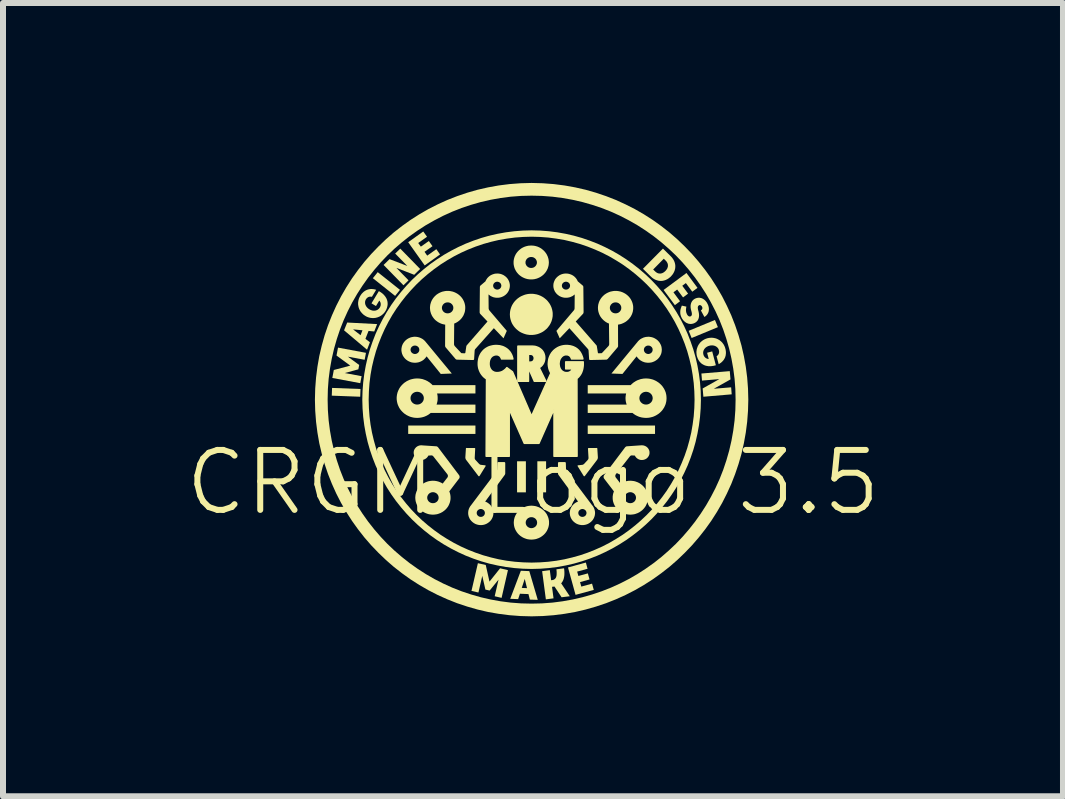
<source format=kicad_pcb>
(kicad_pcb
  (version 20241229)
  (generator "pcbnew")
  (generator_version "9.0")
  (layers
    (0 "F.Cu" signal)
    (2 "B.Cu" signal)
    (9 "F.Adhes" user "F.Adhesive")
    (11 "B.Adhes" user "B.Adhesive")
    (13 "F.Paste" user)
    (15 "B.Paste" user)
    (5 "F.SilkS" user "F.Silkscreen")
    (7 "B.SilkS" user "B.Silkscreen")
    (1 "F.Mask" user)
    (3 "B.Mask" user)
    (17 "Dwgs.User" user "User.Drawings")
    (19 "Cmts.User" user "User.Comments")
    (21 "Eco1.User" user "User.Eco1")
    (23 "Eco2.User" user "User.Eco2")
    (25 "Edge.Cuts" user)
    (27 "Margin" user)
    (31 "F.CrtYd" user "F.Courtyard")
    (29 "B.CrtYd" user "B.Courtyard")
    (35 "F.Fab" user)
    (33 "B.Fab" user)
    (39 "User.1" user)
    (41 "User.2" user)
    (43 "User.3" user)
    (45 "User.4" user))
  (footprint "CRGM Logo 3.5"
    (layer "F.Cu")
    (at 5.806 3.573)
    (property "Reference" "CRGM Logo 3.5" (at 0.03 1.42 0) (unlocked yes) (layer "F.SilkS") (effects (font (size 1 1) (thickness 0.1))))
    (fp_poly (pts (xy 0.006 -3.573) (xy 0.006 -3.573) (xy 0.006 -3.573)) (stroke (width 0) (type solid)) (fill yes) (layer "F.SilkS"))
    (fp_poly (pts (xy 1.914 -0.314) (xy 1.914 -0.314) (xy 1.914 -0.314)) (stroke (width 0) (type solid)) (fill yes) (layer "F.SilkS"))
    (fp_poly (pts (xy -2.846 -0.138) (xy -2.851 -0.009) (xy -3.325 -0.027) (xy -3.32 -0.156)) (stroke (width 0) (type solid)) (fill yes) (layer "F.SilkS"))
    (fp_poly (pts (xy -2.188 -1.791) (xy -2.269 -1.69) (xy -2.64 -1.985) (xy -2.559 -2.086)) (stroke (width 0) (type solid)) (fill yes) (layer "F.SilkS"))
    (fp_poly (pts (xy -0.93 0.611) (xy -2.051 0.611) (xy -2.051 0.471) (xy -0.93 0.471)) (stroke (width 0) (type solid)) (fill yes) (layer "F.SilkS"))
    (fp_poly (pts (xy -0.089 1.585) (xy -0.236 1.585) (xy -0.236 1.067) (xy -0.089 1.067)) (stroke (width 0) (type solid)) (fill yes) (layer "F.SilkS"))
    (fp_poly (pts (xy 0.248 1.585) (xy 0.102 1.585) (xy 0.102 1.067) (xy 0.248 1.067)) (stroke (width 0) (type solid)) (fill yes) (layer "F.SilkS"))
    (fp_poly (pts (xy 2.064 0.611) (xy 0.942 0.611) (xy 0.942 0.471) (xy 2.064 0.471)) (stroke (width 0) (type solid)) (fill yes) (layer "F.SilkS"))
    (fp_poly (pts (xy 3.112 -1.169) (xy 2.674 -0.988) (xy 2.625 -1.108) (xy 3.063 -1.289)) (stroke (width 0) (type solid)) (fill yes) (layer "F.SilkS"))
    (fp_poly (pts (xy -1.852 -2.139) (xy -1.951 -2.042) (xy -2.248 -2.157) (xy -2.045 -1.95) (xy -2.13 -1.867) (xy -2.461 -2.206) (xy -2.362 -2.303) (xy -2.065 -2.189) (xy -2.268 -2.396) (xy -2.183 -2.478)) (stroke (width 0) (type solid)) (fill yes) (layer "F.SilkS"))
    (fp_poly (pts (xy 3.322 -0.298) (xy 3.044 -0.142) (xy 3.333 -0.166) (xy 3.342 -0.049) (xy 2.87 -0.009) (xy 2.858 -0.147) (xy 3.136 -0.303) (xy 2.847 -0.278) (xy 2.837 -0.396) (xy 3.31 -0.436)) (stroke (width 0) (type solid)) (fill yes) (layer "F.SilkS"))
    (fp_poly (pts (xy -1.737 -2.676) (xy -1.884 -2.572) (xy -1.84 -2.511) (xy -1.707 -2.605) (xy -1.646 -2.519) (xy -1.779 -2.425) (xy -1.734 -2.361) (xy -1.582 -2.469) (xy -1.52 -2.381) (xy -1.776 -2.198) (xy -2.051 -2.585) (xy -1.8 -2.764)) (stroke (width 0) (type solid)) (fill yes) (layer "F.SilkS"))
    (fp_poly (pts (xy 0.939 2.859) (xy 0.766 2.906) (xy 0.786 2.979) (xy 0.944 2.936) (xy 0.972 3.037) (xy 0.814 3.081) (xy 0.835 3.156) (xy 1.014 3.107) (xy 1.043 3.211) (xy 0.739 3.294) (xy 0.613 2.837) (xy 0.911 2.755)) (stroke (width 0) (type solid)) (fill yes) (layer "F.SilkS"))
    (fp_poly (pts (xy 2.772 -1.824) (xy 2.685 -1.76) (xy 2.578 -1.904) (xy 2.518 -1.859) (xy 2.615 -1.728) (xy 2.531 -1.665) (xy 2.433 -1.796) (xy 2.371 -1.75) (xy 2.481 -1.601) (xy 2.395 -1.536) (xy 2.207 -1.789) (xy 2.588 -2.072)) (stroke (width 0) (type solid)) (fill yes) (layer "F.SilkS"))
    (fp_poly (pts (xy -2.755 -0.741) (xy -2.777 -0.625) (xy -3.056 -0.677) (xy -2.868 -0.538) (xy -2.882 -0.466) (xy -3.108 -0.404) (xy -2.828 -0.352) (xy -2.85 -0.235) (xy -3.316 -0.322) (xy -3.291 -0.455) (xy -3.017 -0.528) (xy -3.246 -0.696) (xy -3.221 -0.828)) (stroke (width 0) (type solid)) (fill yes) (layer "F.SilkS"))
    (fp_poly (pts (xy -0.758 2.796) (xy -0.696 3.073) (xy -0.519 2.851) (xy -0.388 2.882) (xy -0.494 3.344) (xy -0.609 3.317) (xy -0.545 3.04) (xy -0.693 3.222) (xy -0.764 3.206) (xy -0.816 2.977) (xy -0.88 3.255) (xy -0.996 3.228) (xy -0.889 2.766)) (stroke (width 0) (type solid)) (fill yes) (layer "F.SilkS"))
    (fp_poly (pts (xy -2.569 -1.22) (xy -2.617 -1.097) (xy -2.712 -1.106) (xy -2.764 -0.974) (xy -2.689 -0.917) (xy -2.737 -0.793) (xy -3.12 -1.116) (xy -3.114 -1.132) (xy -2.97 -1.132) (xy -2.845 -1.035) (xy -2.813 -1.117) (xy -2.97 -1.132) (xy -3.114 -1.132) (xy -3.068 -1.246)) (stroke (width 0) (type solid)) (fill yes) (layer "F.SilkS"))
    (fp_poly (pts (xy -0.032 2.898) (xy 0.109 3.377) (xy -0.023 3.373) (xy -0.046 3.281) (xy -0.188 3.275) (xy -0.218 3.365) (xy -0.35 3.36) (xy -0.281 3.178) (xy -0.158 3.178) (xy -0.07 3.182) (xy -0.108 3.028) (xy -0.158 3.178) (xy -0.281 3.178) (xy -0.173 2.892)) (stroke (width 0) (type solid)) (fill yes) (layer "F.SilkS"))
    (fp_poly (pts (xy 0.55 2.872) (xy 0.552 2.893) (xy 0.553 2.912) (xy 0.553 2.931) (xy 0.553 2.95) (xy 0.552 2.967) (xy 0.55 2.984) (xy 0.547 3) (xy 0.544 3.015) (xy 0.54 3.03) (xy 0.535 3.044) (xy 0.529 3.057) (xy 0.523 3.069) (xy 0.519 3.075) (xy 0.516 3.08) (xy 0.512 3.086) (xy 0.508 3.091) (xy 0.503 3.096) (xy 0.499 3.101) (xy 0.643 3.317) (xy 0.506 3.334) (xy 0.388 3.155) (xy 0.347 3.16) (xy 0.372 3.352) (xy 0.244 3.369) (xy 0.182 2.899) (xy 0.31 2.882) (xy 0.332 3.05) (xy 0.348 3.048) (xy 0.36 3.046) (xy 0.37 3.043) (xy 0.38 3.039) (xy 0.384 3.036) (xy 0.388 3.033) (xy 0.392 3.03) (xy 0.396 3.027) (xy 0.4 3.023) (xy 0.403 3.019) (xy 0.406 3.015) (xy 0.409 3.011) (xy 0.411 3.006) (xy 0.414 3) (xy 0.418 2.989) (xy 0.421 2.976) (xy 0.423 2.962) (xy 0.424 2.946) (xy 0.424 2.929) (xy 0.424 2.91) (xy 0.422 2.89) (xy 0.42 2.868) (xy 0.547 2.851) (xy 0.547 2.851)) (stroke (width 0) (type solid)) (fill yes) (layer "F.SilkS"))
    (fp_poly (pts (xy 0.02 -1.725) (xy 0.038 -1.724) (xy 0.056 -1.721) (xy 0.073 -1.718) (xy 0.091 -1.715) (xy 0.107 -1.71) (xy 0.124 -1.705) (xy 0.14 -1.698) (xy 0.156 -1.692) (xy 0.171 -1.684) (xy 0.186 -1.676) (xy 0.201 -1.667) (xy 0.215 -1.657) (xy 0.228 -1.647) (xy 0.241 -1.636) (xy 0.254 -1.625) (xy 0.266 -1.613) (xy 0.277 -1.6) (xy 0.287 -1.587) (xy 0.297 -1.574) (xy 0.307 -1.56) (xy 0.315 -1.546) (xy 0.323 -1.531) (xy 0.33 -1.516) (xy 0.337 -1.5) (xy 0.342 -1.484) (xy 0.347 -1.468) (xy 0.351 -1.451) (xy 0.354 -1.434) (xy 0.357 -1.417) (xy 0.358 -1.4) (xy 0.358 -1.382) (xy 0.358 -1.364) (xy 0.357 -1.347) (xy 0.354 -1.33) (xy 0.351 -1.313) (xy 0.347 -1.296) (xy 0.342 -1.28) (xy 0.337 -1.264) (xy 0.33 -1.248) (xy 0.323 -1.233) (xy 0.315 -1.218) (xy 0.307 -1.204) (xy 0.297 -1.19) (xy 0.287 -1.177) (xy 0.277 -1.164) (xy 0.266 -1.151) (xy 0.254 -1.139) (xy 0.241 -1.128) (xy 0.228 -1.117) (xy 0.215 -1.107) (xy 0.201 -1.097) (xy 0.186 -1.088) (xy 0.171 -1.08) (xy 0.156 -1.073) (xy 0.14 -1.066) (xy 0.124 -1.06) (xy 0.107 -1.054) (xy 0.091 -1.05) (xy 0.073 -1.046) (xy 0.056 -1.043) (xy 0.038 -1.041) (xy 0.02 -1.039) (xy 0.001 -1.039) (xy -0.016 -1.039) (xy -0.034 -1.04) (xy -0.051 -1.043) (xy -0.069 -1.045) (xy -0.086 -1.049) (xy -0.103 -1.054) (xy -0.119 -1.059) (xy -0.135 -1.065) (xy -0.151 -1.072) (xy -0.167 -1.079) (xy -0.182 -1.087) (xy -0.197 -1.096) (xy -0.211 -1.106) (xy -0.225 -1.117) (xy -0.238 -1.128) (xy -0.251 -1.139) (xy -0.263 -1.152) (xy -0.275 -1.165) (xy -0.286 -1.178) (xy -0.296 -1.192) (xy -0.305 -1.206) (xy -0.314 -1.22) (xy -0.322 -1.235) (xy -0.329 -1.251) (xy -0.335 -1.266) (xy -0.34 -1.282) (xy -0.345 -1.298) (xy -0.349 -1.315) (xy -0.352 -1.331) (xy -0.354 -1.348) (xy -0.355 -1.365) (xy -0.356 -1.382) (xy -0.355 -1.399) (xy -0.354 -1.416) (xy -0.352 -1.433) (xy -0.349 -1.449) (xy -0.345 -1.466) (xy -0.34 -1.482) (xy -0.335 -1.498) (xy -0.329 -1.513) (xy -0.322 -1.529) (xy -0.314 -1.544) (xy -0.305 -1.558) (xy -0.296 -1.573) (xy -0.286 -1.586) (xy -0.275 -1.6) (xy -0.263 -1.613) (xy -0.251 -1.625) (xy -0.238 -1.637) (xy -0.225 -1.648) (xy -0.211 -1.658) (xy -0.197 -1.668) (xy -0.182 -1.677) (xy -0.167 -1.685) (xy -0.151 -1.692) (xy -0.135 -1.699) (xy -0.119 -1.705) (xy -0.103 -1.711) (xy -0.086 -1.715) (xy -0.069 -1.719) (xy -0.051 -1.722) (xy -0.034 -1.724) (xy -0.016 -1.725) (xy 0.001 -1.725) (xy 0.001 -1.725)) (stroke (width 0) (type solid)) (fill yes) (layer "F.SilkS"))
    (fp_poly (pts (xy 2.326 -2.351) (xy 2.335 -2.342) (xy 2.344 -2.332) (xy 2.352 -2.322) (xy 2.359 -2.312) (xy 2.366 -2.302) (xy 2.372 -2.292) (xy 2.378 -2.281) (xy 2.383 -2.271) (xy 2.387 -2.26) (xy 2.391 -2.25) (xy 2.394 -2.239) (xy 2.397 -2.228) (xy 2.399 -2.217) (xy 2.401 -2.206) (xy 2.402 -2.195) (xy 2.402 -2.184) (xy 2.402 -2.173) (xy 2.401 -2.162) (xy 2.4 -2.151) (xy 2.398 -2.14) (xy 2.395 -2.129) (xy 2.392 -2.118) (xy 2.389 -2.107) (xy 2.384 -2.096) (xy 2.379 -2.086) (xy 2.374 -2.075) (xy 2.368 -2.065) (xy 2.361 -2.054) (xy 2.354 -2.044) (xy 2.346 -2.035) (xy 2.338 -2.025) (xy 2.329 -2.015) (xy 2.32 -2.006) (xy 2.31 -1.998) (xy 2.3 -1.99) (xy 2.29 -1.982) (xy 2.28 -1.976) (xy 2.27 -1.969) (xy 2.259 -1.964) (xy 2.249 -1.959) (xy 2.238 -1.954) (xy 2.227 -1.951) (xy 2.217 -1.947) (xy 2.206 -1.945) (xy 2.195 -1.942) (xy 2.184 -1.941) (xy 2.173 -1.94) (xy 2.162 -1.94) (xy 2.15 -1.94) (xy 2.139 -1.941) (xy 2.128 -1.942) (xy 2.117 -1.944) (xy 2.106 -1.947) (xy 2.096 -1.95) (xy 2.085 -1.954) (xy 2.074 -1.958) (xy 2.063 -1.963) (xy 2.053 -1.968) (xy 2.043 -1.974) (xy 2.032 -1.981) (xy 2.022 -1.988) (xy 2.012 -1.996) (xy 2.003 -2.005) (xy 1.993 -2.014) (xy 1.875 -2.13) (xy 2.033 -2.13) (xy 2.064 -2.1) (xy 2.069 -2.095) (xy 2.074 -2.091) (xy 2.079 -2.087) (xy 2.084 -2.083) (xy 2.089 -2.08) (xy 2.094 -2.077) (xy 2.099 -2.074) (xy 2.105 -2.071) (xy 2.11 -2.069) (xy 2.115 -2.067) (xy 2.121 -2.066) (xy 2.126 -2.064) (xy 2.132 -2.064) (xy 2.137 -2.063) (xy 2.143 -2.063) (xy 2.148 -2.063) (xy 2.154 -2.063) (xy 2.16 -2.063) (xy 2.165 -2.064) (xy 2.171 -2.066) (xy 2.176 -2.067) (xy 2.182 -2.069) (xy 2.188 -2.071) (xy 2.193 -2.074) (xy 2.199 -2.077) (xy 2.204 -2.08) (xy 2.21 -2.083) (xy 2.215 -2.087) (xy 2.221 -2.092) (xy 2.226 -2.096) (xy 2.232 -2.101) (xy 2.237 -2.106) (xy 2.242 -2.112) (xy 2.247 -2.117) (xy 2.251 -2.122) (xy 2.255 -2.128) (xy 2.259 -2.134) (xy 2.263 -2.139) (xy 2.266 -2.145) (xy 2.269 -2.15) (xy 2.271 -2.156) (xy 2.273 -2.162) (xy 2.275 -2.167) (xy 2.276 -2.173) (xy 2.278 -2.178) (xy 2.279 -2.184) (xy 2.279 -2.19) (xy 2.279 -2.195) (xy 2.279 -2.201) (xy 2.279 -2.206) (xy 2.278 -2.212) (xy 2.277 -2.217) (xy 2.276 -2.223) (xy 2.274 -2.228) (xy 2.272 -2.234) (xy 2.27 -2.239) (xy 2.267 -2.244) (xy 2.264 -2.249) (xy 2.261 -2.254) (xy 2.258 -2.26) (xy 2.254 -2.265) (xy 2.25 -2.269) (xy 2.246 -2.274) (xy 2.241 -2.279) (xy 2.21 -2.31) (xy 2.033 -2.13) (xy 1.875 -2.13) (xy 1.863 -2.142) (xy 2.196 -2.479)) (stroke (width 0) (type solid)) (fill yes) (layer "F.SilkS"))
    (fp_poly (pts (xy 0.025 -0.852) (xy 0.036 -0.851) (xy 0.047 -0.85) (xy 0.057 -0.849) (xy 0.068 -0.847) (xy 0.078 -0.844) (xy 0.088 -0.841) (xy 0.097 -0.838) (xy 0.107 -0.834) (xy 0.116 -0.83) (xy 0.125 -0.826) (xy 0.133 -0.821) (xy 0.141 -0.816) (xy 0.149 -0.81) (xy 0.157 -0.804) (xy 0.164 -0.798) (xy 0.171 -0.792) (xy 0.178 -0.785) (xy 0.184 -0.777) (xy 0.19 -0.77) (xy 0.195 -0.762) (xy 0.2 -0.754) (xy 0.205 -0.745) (xy 0.209 -0.737) (xy 0.212 -0.728) (xy 0.216 -0.718) (xy 0.218 -0.709) (xy 0.221 -0.699) (xy 0.223 -0.689) (xy 0.224 -0.679) (xy 0.225 -0.668) (xy 0.225 -0.657) (xy 0.225 -0.651) (xy 0.225 -0.644) (xy 0.224 -0.638) (xy 0.223 -0.631) (xy 0.222 -0.625) (xy 0.221 -0.618) (xy 0.22 -0.612) (xy 0.218 -0.606) (xy 0.217 -0.6) (xy 0.215 -0.594) (xy 0.213 -0.588) (xy 0.211 -0.583) (xy 0.208 -0.577) (xy 0.206 -0.572) (xy 0.203 -0.566) (xy 0.2 -0.561) (xy 0.197 -0.556) (xy 0.194 -0.551) (xy 0.19 -0.546) (xy 0.187 -0.541) (xy 0.183 -0.536) (xy 0.179 -0.532) (xy 0.175 -0.527) (xy 0.171 -0.523) (xy 0.167 -0.519) (xy 0.162 -0.515) (xy 0.158 -0.511) (xy 0.153 -0.507) (xy 0.148 -0.504) (xy 0.143 -0.5) (xy 0.138 -0.497) (xy 0.133 -0.493) (xy 0.244 -0.267) (xy 0.052 -0.267) (xy -0.034 -0.463) (xy -0.046 -0.463) (xy -0.046 -0.267) (xy -0.222 -0.267) (xy -0.222 -0.586) (xy -0.046 -0.586) (xy -0.01 -0.586) (xy -0.007 -0.586) (xy -0.004 -0.587) (xy -0.000423 -0.587) (xy 0.003 -0.588) (xy 0.006 -0.588) (xy 0.009 -0.589) (xy 0.012 -0.59) (xy 0.014 -0.591) (xy 0.017 -0.592) (xy 0.02 -0.594) (xy 0.022 -0.595) (xy 0.025 -0.597) (xy 0.027 -0.599) (xy 0.029 -0.6) (xy 0.032 -0.602) (xy 0.034 -0.605) (xy 0.036 -0.607) (xy 0.038 -0.609) (xy 0.039 -0.611) (xy 0.041 -0.614) (xy 0.042 -0.617) (xy 0.044 -0.619) (xy 0.045 -0.622) (xy 0.046 -0.625) (xy 0.047 -0.628) (xy 0.048 -0.631) (xy 0.049 -0.634) (xy 0.05 -0.638) (xy 0.05 -0.641) (xy 0.051 -0.644) (xy 0.051 -0.648) (xy 0.051 -0.652) (xy 0.051 -0.655) (xy 0.051 -0.659) (xy 0.05 -0.662) (xy 0.05 -0.665) (xy 0.049 -0.669) (xy 0.048 -0.672) (xy 0.047 -0.675) (xy 0.046 -0.678) (xy 0.045 -0.681) (xy 0.044 -0.684) (xy 0.042 -0.686) (xy 0.041 -0.689) (xy 0.039 -0.692) (xy 0.038 -0.694) (xy 0.036 -0.696) (xy 0.034 -0.699) (xy 0.032 -0.701) (xy 0.029 -0.703) (xy 0.027 -0.705) (xy 0.025 -0.706) (xy 0.022 -0.708) (xy 0.02 -0.709) (xy 0.017 -0.711) (xy 0.014 -0.712) (xy 0.012 -0.713) (xy 0.009 -0.714) (xy 0.006 -0.715) (xy 0.003 -0.716) (xy -0.000423 -0.716) (xy -0.004 -0.716) (xy -0.007 -0.717) (xy -0.01 -0.717) (xy -0.046 -0.717) (xy -0.046 -0.586) (xy -0.222 -0.586) (xy -0.222 -0.852) (xy 0.014 -0.852)) (stroke (width 0.025) (type solid) (color 255 184 28 1)) (fill yes) (layer "F.SilkS"))
    (fp_poly (pts (xy -1.079 0.845) (xy -0.944 0.846) (xy -0.943 0.846) (xy -0.943 0.846) (xy -0.942 0.846) (xy -0.942 0.847) (xy -0.941 0.847) (xy -0.941 0.847) (xy -0.94 0.847) (xy -0.94 0.847) (xy -0.939 0.847) (xy -0.939 0.848) (xy -0.938 0.848) (xy -0.938 0.848) (xy -0.938 0.848) (xy -0.937 0.849) (xy -0.937 0.849) (xy -0.936 0.85) (xy -0.936 0.85) (xy -0.936 0.85) (xy -0.936 0.851) (xy -0.935 0.851) (xy -0.935 0.852) (xy -0.935 0.852) (xy -0.935 0.853) (xy -0.934 0.853) (xy -0.934 0.853) (xy -0.934 0.854) (xy -0.934 0.854) (xy -0.934 0.855) (xy -0.934 0.855) (xy -0.934 0.856) (xy -0.934 0.857) (xy -0.934 0.857) (xy -0.942 1.008) (xy -0.942 1.011) (xy -0.942 1.014) (xy -0.942 1.016) (xy -0.942 1.018) (xy -0.941 1.021) (xy -0.941 1.023) (xy -0.94 1.026) (xy -0.939 1.028) (xy -0.938 1.03) (xy -0.937 1.033) (xy -0.936 1.035) (xy -0.935 1.037) (xy -0.934 1.039) (xy -0.932 1.041) (xy -0.931 1.043) (xy -0.929 1.045) (xy -0.87 1.109) (xy -0.868 1.111) (xy -0.866 1.113) (xy -0.864 1.114) (xy -0.862 1.116) (xy -0.86 1.117) (xy -0.857 1.119) (xy -0.855 1.12) (xy -0.853 1.122) (xy -0.85 1.123) (xy -0.848 1.124) (xy -0.845 1.125) (xy -0.843 1.125) (xy -0.84 1.126) (xy -0.837 1.127) (xy -0.835 1.127) (xy -0.832 1.127) (xy -0.769 1.134) (xy -0.768 1.134) (xy -0.768 1.134) (xy -0.768 1.134) (xy -0.767 1.134) (xy -0.766 1.134) (xy -0.766 1.134) (xy -0.765 1.135) (xy -0.765 1.135) (xy -0.764 1.135) (xy -0.764 1.136) (xy -0.763 1.136) (xy -0.763 1.137) (xy -0.762 1.137) (xy -0.762 1.137) (xy -0.761 1.138) (xy -0.761 1.139) (xy -0.761 1.139) (xy -0.76 1.14) (xy -0.76 1.14) (xy -0.76 1.141) (xy -0.76 1.142) (xy -0.76 1.142) (xy -0.76 1.143) (xy -0.76 1.143) (xy -0.76 1.144) (xy -0.76 1.145) (xy -0.76 1.145) (xy -0.76 1.146) (xy -0.76 1.147) (xy -0.76 1.147) (xy -0.761 1.148) (xy -0.761 1.148) (xy -0.761 1.149) (xy -0.861 1.311) (xy -0.861 1.312) (xy -0.862 1.312) (xy -0.862 1.313) (xy -0.863 1.313) (xy -0.863 1.314) (xy -0.864 1.314) (xy -0.865 1.315) (xy -0.865 1.315) (xy -0.866 1.316) (xy -0.866 1.316) (xy -0.867 1.316) (xy -0.868 1.316) (xy -0.869 1.317) (xy -0.869 1.317) (xy -0.87 1.317) (xy -0.871 1.317) (xy -0.871 1.317) (xy -0.872 1.317) (xy -0.873 1.317) (xy -0.874 1.317) (xy -0.874 1.317) (xy -0.875 1.316) (xy -0.876 1.316) (xy -0.876 1.316) (xy -0.877 1.315) (xy -0.878 1.315) (xy -0.878 1.315) (xy -0.879 1.314) (xy -0.879 1.314) (xy -0.88 1.313) (xy -0.88 1.313) (xy -0.881 1.312) (xy -1.084 1.045) (xy -1.086 1.043) (xy -1.087 1.04) (xy -1.089 1.037) (xy -1.091 1.035) (xy -1.092 1.032) (xy -1.093 1.029) (xy -1.094 1.026) (xy -1.095 1.023) (xy -1.096 1.02) (xy -1.097 1.017) (xy -1.097 1.014) (xy -1.098 1.011) (xy -1.098 1.008) (xy -1.098 1.005) (xy -1.098 1.002) (xy -1.098 0.998) (xy -1.089 0.855) (xy -1.089 0.854) (xy -1.089 0.854) (xy -1.089 0.853) (xy -1.089 0.853) (xy -1.089 0.852) (xy -1.089 0.852) (xy -1.089 0.851) (xy -1.088 0.851) (xy -1.088 0.85) (xy -1.088 0.85) (xy -1.088 0.85) (xy -1.087 0.849) (xy -1.087 0.849) (xy -1.087 0.848) (xy -1.086 0.848) (xy -1.086 0.848) (xy -1.086 0.847) (xy -1.085 0.847) (xy -1.085 0.847) (xy -1.085 0.846) (xy -1.084 0.846) (xy -1.084 0.846) (xy -1.083 0.846) (xy -1.083 0.846) (xy -1.082 0.845) (xy -1.082 0.845) (xy -1.081 0.845) (xy -1.081 0.845) (xy -1.08 0.845) (xy -1.08 0.845) (xy -1.079 0.845) (xy -1.079 0.845)) (stroke (width 0) (type solid)) (fill yes) (layer "F.SilkS"))
    (fp_poly (pts (xy 1.092 0.845) (xy 1.093 0.845) (xy 1.093 0.845) (xy 1.094 0.845) (xy 1.094 0.845) (xy 1.095 0.845) (xy 1.095 0.845) (xy 1.095 0.846) (xy 1.096 0.846) (xy 1.096 0.846) (xy 1.097 0.846) (xy 1.097 0.846) (xy 1.098 0.847) (xy 1.098 0.847) (xy 1.098 0.847) (xy 1.099 0.848) (xy 1.099 0.848) (xy 1.1 0.848) (xy 1.1 0.849) (xy 1.1 0.849) (xy 1.1 0.85) (xy 1.101 0.85) (xy 1.101 0.85) (xy 1.101 0.851) (xy 1.101 0.851) (xy 1.102 0.852) (xy 1.102 0.852) (xy 1.102 0.853) (xy 1.102 0.853) (xy 1.102 0.854) (xy 1.102 0.854) (xy 1.102 0.855) (xy 1.111 0.998) (xy 1.111 1.002) (xy 1.111 1.005) (xy 1.111 1.008) (xy 1.11 1.011) (xy 1.11 1.014) (xy 1.109 1.017) (xy 1.109 1.02) (xy 1.108 1.023) (xy 1.107 1.026) (xy 1.106 1.029) (xy 1.105 1.032) (xy 1.103 1.035) (xy 1.102 1.037) (xy 1.1 1.04) (xy 1.098 1.043) (xy 1.097 1.045) (xy 0.894 1.312) (xy 0.893 1.313) (xy 0.893 1.313) (xy 0.892 1.314) (xy 0.892 1.314) (xy 0.891 1.315) (xy 0.89 1.315) (xy 0.89 1.315) (xy 0.889 1.316) (xy 0.888 1.316) (xy 0.888 1.316) (xy 0.887 1.317) (xy 0.886 1.317) (xy 0.886 1.317) (xy 0.885 1.317) (xy 0.884 1.317) (xy 0.883 1.317) (xy 0.883 1.317) (xy 0.883 1.317) (xy 0.882 1.317) (xy 0.881 1.317) (xy 0.881 1.316) (xy 0.88 1.316) (xy 0.879 1.316) (xy 0.879 1.316) (xy 0.878 1.315) (xy 0.877 1.315) (xy 0.877 1.314) (xy 0.876 1.314) (xy 0.876 1.313) (xy 0.875 1.313) (xy 0.875 1.312) (xy 0.874 1.312) (xy 0.874 1.312) (xy 0.874 1.311) (xy 0.774 1.149) (xy 0.774 1.148) (xy 0.773 1.148) (xy 0.773 1.147) (xy 0.773 1.147) (xy 0.773 1.146) (xy 0.773 1.145) (xy 0.772 1.145) (xy 0.772 1.144) (xy 0.772 1.143) (xy 0.772 1.143) (xy 0.773 1.142) (xy 0.773 1.142) (xy 0.773 1.141) (xy 0.773 1.14) (xy 0.773 1.14) (xy 0.773 1.139) (xy 0.774 1.139) (xy 0.774 1.138) (xy 0.774 1.137) (xy 0.775 1.137) (xy 0.775 1.137) (xy 0.776 1.136) (xy 0.776 1.136) (xy 0.777 1.135) (xy 0.777 1.135) (xy 0.778 1.135) (xy 0.778 1.134) (xy 0.779 1.134) (xy 0.78 1.134) (xy 0.78 1.134) (xy 0.781 1.134) (xy 0.782 1.134) (xy 0.845 1.127) (xy 0.847 1.127) (xy 0.85 1.127) (xy 0.853 1.126) (xy 0.855 1.125) (xy 0.858 1.125) (xy 0.86 1.124) (xy 0.863 1.123) (xy 0.865 1.122) (xy 0.868 1.12) (xy 0.87 1.119) (xy 0.872 1.117) (xy 0.875 1.116) (xy 0.877 1.114) (xy 0.879 1.113) (xy 0.881 1.111) (xy 0.883 1.109) (xy 0.942 1.045) (xy 0.943 1.043) (xy 0.945 1.041) (xy 0.946 1.039) (xy 0.948 1.037) (xy 0.949 1.035) (xy 0.95 1.033) (xy 0.951 1.03) (xy 0.952 1.028) (xy 0.953 1.026) (xy 0.953 1.023) (xy 0.954 1.021) (xy 0.954 1.018) (xy 0.955 1.016) (xy 0.955 1.014) (xy 0.955 1.011) (xy 0.955 1.008) (xy 0.946 0.857) (xy 0.946 0.857) (xy 0.946 0.856) (xy 0.947 0.855) (xy 0.947 0.855) (xy 0.947 0.854) (xy 0.947 0.854) (xy 0.947 0.853) (xy 0.947 0.853) (xy 0.947 0.853) (xy 0.947 0.852) (xy 0.948 0.852) (xy 0.948 0.851) (xy 0.948 0.851) (xy 0.949 0.85) (xy 0.949 0.85) (xy 0.949 0.85) (xy 0.95 0.849) (xy 0.95 0.849) (xy 0.95 0.848) (xy 0.951 0.848) (xy 0.951 0.848) (xy 0.952 0.848) (xy 0.952 0.847) (xy 0.953 0.847) (xy 0.953 0.847) (xy 0.954 0.847) (xy 0.954 0.847) (xy 0.954 0.847) (xy 0.955 0.846) (xy 0.956 0.846) (xy 0.956 0.846) (xy 0.957 0.846) (xy 1.091 0.845) (xy 1.091 0.845)) (stroke (width 0) (type solid)) (fill yes) (layer "F.SilkS"))
    (fp_poly (pts (xy -1.931 -1.009) (xy -1.924 -1.008) (xy -1.917 -1.008) (xy -1.91 -1.007) (xy -1.896 -1.005) (xy -1.882 -1.002) (xy -1.869 -0.998) (xy -1.856 -0.994) (xy -1.843 -0.988) (xy -1.831 -0.982) (xy -1.819 -0.976) (xy -1.808 -0.969) (xy -1.797 -0.961) (xy -1.787 -0.952) (xy -1.777 -0.943) (xy -1.768 -0.933) (xy -1.759 -0.923) (xy -1.751 -0.912) (xy -1.751 -0.913) (xy -1.751 -0.913) (xy -1.751 -0.913) (xy -1.324 -0.396) (xy -1.508 -0.389) (xy -1.744 -0.682) (xy -1.752 -0.671) (xy -1.761 -0.659) (xy -1.77 -0.649) (xy -1.78 -0.639) (xy -1.79 -0.629) (xy -1.801 -0.62) (xy -1.813 -0.612) (xy -1.825 -0.605) (xy -1.838 -0.598) (xy -1.851 -0.593) (xy -1.865 -0.587) (xy -1.879 -0.583) (xy -1.893 -0.58) (xy -1.908 -0.578) (xy -1.923 -0.576) (xy -1.939 -0.576) (xy -1.95 -0.576) (xy -1.962 -0.577) (xy -1.973 -0.578) (xy -1.984 -0.58) (xy -1.995 -0.582) (xy -2.006 -0.585) (xy -2.016 -0.589) (xy -2.026 -0.593) (xy -2.036 -0.597) (xy -2.046 -0.602) (xy -2.055 -0.607) (xy -2.065 -0.613) (xy -2.073 -0.619) (xy -2.082 -0.625) (xy -2.09 -0.632) (xy -2.098 -0.639) (xy -2.105 -0.647) (xy -2.112 -0.654) (xy -2.119 -0.663) (xy -2.125 -0.671) (xy -2.131 -0.68) (xy -2.137 -0.689) (xy -2.142 -0.698) (xy -2.146 -0.708) (xy -2.15 -0.718) (xy -2.154 -0.728) (xy -2.157 -0.738) (xy -2.159 -0.749) (xy -2.161 -0.759) (xy -2.163 -0.77) (xy -2.164 -0.781) (xy -2.164 -0.792) (xy -2.012 -0.792) (xy -2.011 -0.789) (xy -2.011 -0.785) (xy -2.011 -0.782) (xy -2.01 -0.778) (xy -2.009 -0.775) (xy -2.008 -0.771) (xy -2.007 -0.768) (xy -2.006 -0.765) (xy -2.004 -0.762) (xy -2.003 -0.759) (xy -2.001 -0.756) (xy -1.999 -0.753) (xy -1.997 -0.75) (xy -1.995 -0.748) (xy -1.993 -0.745) (xy -1.99 -0.743) (xy -1.988 -0.74) (xy -1.985 -0.738) (xy -1.982 -0.736) (xy -1.979 -0.734) (xy -1.976 -0.732) (xy -1.973 -0.731) (xy -1.97 -0.729) (xy -1.967 -0.728) (xy -1.964 -0.726) (xy -1.96 -0.725) (xy -1.957 -0.724) (xy -1.953 -0.724) (xy -1.95 -0.723) (xy -1.946 -0.722) (xy -1.942 -0.722) (xy -1.939 -0.722) (xy -1.935 -0.722) (xy -1.931 -0.722) (xy -1.927 -0.723) (xy -1.924 -0.724) (xy -1.92 -0.724) (xy -1.917 -0.725) (xy -1.913 -0.726) (xy -1.91 -0.728) (xy -1.907 -0.729) (xy -1.904 -0.731) (xy -1.901 -0.732) (xy -1.898 -0.734) (xy -1.895 -0.736) (xy -1.892 -0.738) (xy -1.89 -0.74) (xy -1.887 -0.743) (xy -1.885 -0.745) (xy -1.882 -0.748) (xy -1.88 -0.75) (xy -1.878 -0.753) (xy -1.876 -0.756) (xy -1.874 -0.759) (xy -1.873 -0.762) (xy -1.871 -0.765) (xy -1.87 -0.768) (xy -1.869 -0.771) (xy -1.868 -0.775) (xy -1.867 -0.778) (xy -1.866 -0.782) (xy -1.866 -0.785) (xy -1.866 -0.789) (xy -1.866 -0.792) (xy -1.866 -0.796) (xy -1.866 -0.799) (xy -1.866 -0.803) (xy -1.867 -0.806) (xy -1.868 -0.81) (xy -1.869 -0.813) (xy -1.87 -0.816) (xy -1.871 -0.82) (xy -1.873 -0.823) (xy -1.874 -0.826) (xy -1.876 -0.829) (xy -1.878 -0.831) (xy -1.88 -0.834) (xy -1.882 -0.837) (xy -1.885 -0.839) (xy -1.887 -0.842) (xy -1.89 -0.844) (xy -1.892 -0.846) (xy -1.895 -0.848) (xy -1.898 -0.85) (xy -1.901 -0.852) (xy -1.904 -0.854) (xy -1.907 -0.855) (xy -1.91 -0.857) (xy -1.913 -0.858) (xy -1.917 -0.859) (xy -1.92 -0.86) (xy -1.924 -0.861) (xy -1.927 -0.862) (xy -1.931 -0.862) (xy -1.935 -0.862) (xy -1.939 -0.862) (xy -1.942 -0.862) (xy -1.946 -0.862) (xy -1.95 -0.862) (xy -1.953 -0.861) (xy -1.957 -0.86) (xy -1.96 -0.859) (xy -1.964 -0.858) (xy -1.967 -0.857) (xy -1.97 -0.855) (xy -1.973 -0.854) (xy -1.976 -0.852) (xy -1.979 -0.85) (xy -1.982 -0.848) (xy -1.985 -0.846) (xy -1.988 -0.844) (xy -1.99 -0.842) (xy -1.993 -0.839) (xy -1.995 -0.837) (xy -1.997 -0.834) (xy -1.999 -0.831) (xy -2.001 -0.829) (xy -2.003 -0.826) (xy -2.004 -0.823) (xy -2.006 -0.82) (xy -2.007 -0.816) (xy -2.008 -0.813) (xy -2.009 -0.81) (xy -2.01 -0.806) (xy -2.011 -0.803) (xy -2.011 -0.799) (xy -2.011 -0.796) (xy -2.012 -0.792) (xy -2.164 -0.792) (xy -2.164 -0.803) (xy -2.163 -0.814) (xy -2.161 -0.825) (xy -2.159 -0.836) (xy -2.157 -0.846) (xy -2.154 -0.857) (xy -2.15 -0.867) (xy -2.146 -0.877) (xy -2.142 -0.886) (xy -2.137 -0.895) (xy -2.131 -0.905) (xy -2.125 -0.913) (xy -2.119 -0.922) (xy -2.112 -0.93) (xy -2.105 -0.938) (xy -2.098 -0.945) (xy -2.09 -0.953) (xy -2.082 -0.959) (xy -2.073 -0.966) (xy -2.065 -0.972) (xy -2.055 -0.977) (xy -2.046 -0.983) (xy -2.036 -0.987) (xy -2.026 -0.992) (xy -2.016 -0.996) (xy -2.006 -0.999) (xy -1.995 -1.002) (xy -1.984 -1.004) (xy -1.973 -1.006) (xy -1.962 -1.008) (xy -1.95 -1.009) (xy -1.939 -1.009) (xy -1.939 -1.009)) (stroke (width 0) (type solid)) (fill yes) (layer "F.SilkS"))
    (fp_poly (pts (xy 3.009 -0.993) (xy 3.019 -0.992) (xy 3.029 -0.991) (xy 3.039 -0.99) (xy 3.049 -0.988) (xy 3.059 -0.986) (xy 3.069 -0.984) (xy 3.078 -0.981) (xy 3.088 -0.978) (xy 3.097 -0.974) (xy 3.106 -0.97) (xy 3.114 -0.966) (xy 3.123 -0.961) (xy 3.132 -0.956) (xy 3.14 -0.951) (xy 3.148 -0.945) (xy 3.155 -0.939) (xy 3.163 -0.933) (xy 3.17 -0.926) (xy 3.177 -0.919) (xy 3.184 -0.912) (xy 3.19 -0.904) (xy 3.196 -0.896) (xy 3.202 -0.888) (xy 3.208 -0.879) (xy 3.213 -0.871) (xy 3.217 -0.862) (xy 3.222 -0.852) (xy 3.226 -0.843) (xy 3.23 -0.833) (xy 3.233 -0.823) (xy 3.236 -0.812) (xy 3.239 -0.803) (xy 3.241 -0.793) (xy 3.242 -0.783) (xy 3.244 -0.774) (xy 3.245 -0.764) (xy 3.245 -0.755) (xy 3.246 -0.746) (xy 3.246 -0.736) (xy 3.245 -0.727) (xy 3.244 -0.718) (xy 3.243 -0.709) (xy 3.242 -0.7) (xy 3.24 -0.691) (xy 3.237 -0.682) (xy 3.235 -0.674) (xy 3.232 -0.665) (xy 3.228 -0.657) (xy 3.224 -0.649) (xy 3.22 -0.641) (xy 3.215 -0.633) (xy 3.21 -0.625) (xy 3.204 -0.617) (xy 3.198 -0.61) (xy 3.192 -0.603) (xy 3.185 -0.596) (xy 3.178 -0.589) (xy 3.17 -0.582) (xy 3.162 -0.575) (xy 3.153 -0.569) (xy 3.144 -0.563) (xy 3.135 -0.557) (xy 3.125 -0.552) (xy 3.09 -0.684) (xy 3.096 -0.688) (xy 3.102 -0.693) (xy 3.107 -0.698) (xy 3.112 -0.703) (xy 3.116 -0.708) (xy 3.12 -0.714) (xy 3.124 -0.72) (xy 3.126 -0.726) (xy 3.129 -0.733) (xy 3.13 -0.74) (xy 3.132 -0.747) (xy 3.132 -0.754) (xy 3.132 -0.761) (xy 3.132 -0.769) (xy 3.13 -0.777) (xy 3.128 -0.786) (xy 3.127 -0.791) (xy 3.125 -0.796) (xy 3.123 -0.801) (xy 3.12 -0.806) (xy 3.118 -0.811) (xy 3.115 -0.816) (xy 3.111 -0.82) (xy 3.108 -0.824) (xy 3.104 -0.829) (xy 3.1 -0.833) (xy 3.096 -0.836) (xy 3.092 -0.84) (xy 3.087 -0.843) (xy 3.082 -0.846) (xy 3.072 -0.852) (xy 3.061 -0.857) (xy 3.05 -0.86) (xy 3.038 -0.863) (xy 3.031 -0.864) (xy 3.025 -0.865) (xy 3.018 -0.865) (xy 3.012 -0.865) (xy 3.005 -0.865) (xy 2.998 -0.864) (xy 2.991 -0.864) (xy 2.984 -0.863) (xy 2.977 -0.861) (xy 2.97 -0.859) (xy 2.963 -0.857) (xy 2.956 -0.855) (xy 2.95 -0.853) (xy 2.944 -0.85) (xy 2.937 -0.847) (xy 2.932 -0.844) (xy 2.926 -0.841) (xy 2.92 -0.837) (xy 2.915 -0.833) (xy 2.91 -0.83) (xy 2.906 -0.826) (xy 2.901 -0.821) (xy 2.897 -0.817) (xy 2.893 -0.812) (xy 2.889 -0.808) (xy 2.886 -0.803) (xy 2.882 -0.798) (xy 2.88 -0.793) (xy 2.877 -0.788) (xy 2.875 -0.782) (xy 2.872 -0.777) (xy 2.871 -0.771) (xy 2.869 -0.766) (xy 2.868 -0.76) (xy 2.867 -0.754) (xy 2.867 -0.749) (xy 2.866 -0.743) (xy 2.866 -0.737) (xy 2.867 -0.731) (xy 2.868 -0.725) (xy 2.869 -0.719) (xy 2.87 -0.713) (xy 2.871 -0.709) (xy 2.873 -0.705) (xy 2.874 -0.7) (xy 2.876 -0.697) (xy 2.877 -0.693) (xy 2.879 -0.689) (xy 2.881 -0.686) (xy 2.883 -0.682) (xy 2.886 -0.679) (xy 2.888 -0.676) (xy 2.89 -0.673) (xy 2.893 -0.67) (xy 2.895 -0.667) (xy 2.898 -0.664) (xy 2.901 -0.662) (xy 2.904 -0.659) (xy 2.907 -0.657) (xy 2.91 -0.655) (xy 2.916 -0.651) (xy 2.923 -0.647) (xy 2.929 -0.645) (xy 2.937 -0.642) (xy 2.944 -0.64) (xy 2.952 -0.639) (xy 2.959 -0.639) (xy 2.932 -0.742) (xy 3.017 -0.765) (xy 3.078 -0.534) (xy 3.058 -0.529) (xy 3.044 -0.525) (xy 3.031 -0.523) (xy 3.017 -0.521) (xy 3.004 -0.519) (xy 2.991 -0.518) (xy 2.979 -0.518) (xy 2.967 -0.518) (xy 2.954 -0.518) (xy 2.943 -0.52) (xy 2.931 -0.522) (xy 2.92 -0.524) (xy 2.909 -0.527) (xy 2.898 -0.53) (xy 2.888 -0.534) (xy 2.878 -0.539) (xy 2.868 -0.544) (xy 2.859 -0.549) (xy 2.849 -0.555) (xy 2.841 -0.561) (xy 2.832 -0.568) (xy 2.824 -0.576) (xy 2.817 -0.584) (xy 2.809 -0.592) (xy 2.802 -0.601) (xy 2.796 -0.61) (xy 2.79 -0.62) (xy 2.784 -0.63) (xy 2.779 -0.64) (xy 2.774 -0.651) (xy 2.77 -0.663) (xy 2.766 -0.674) (xy 2.762 -0.686) (xy 2.759 -0.698) (xy 2.757 -0.71) (xy 2.756 -0.722) (xy 2.755 -0.734) (xy 2.754 -0.746) (xy 2.754 -0.758) (xy 2.755 -0.77) (xy 2.757 -0.782) (xy 2.758 -0.793) (xy 2.761 -0.805) (xy 2.764 -0.816) (xy 2.768 -0.827) (xy 2.772 -0.838) (xy 2.776 -0.849) (xy 2.781 -0.859) (xy 2.787 -0.87) (xy 2.793 -0.88) (xy 2.8 -0.889) (xy 2.807 -0.899) (xy 2.814 -0.908) (xy 2.822 -0.917) (xy 2.831 -0.925) (xy 2.84 -0.933) (xy 2.849 -0.94) (xy 2.858 -0.947) (xy 2.869 -0.954) (xy 2.879 -0.96) (xy 2.89 -0.966) (xy 2.901 -0.971) (xy 2.913 -0.976) (xy 2.925 -0.98) (xy 2.937 -0.984) (xy 2.945 -0.986) (xy 2.953 -0.987) (xy 2.96 -0.989) (xy 2.968 -0.99) (xy 2.976 -0.991) (xy 2.984 -0.992) (xy 2.991 -0.992) (xy 2.999 -0.993)) (stroke (width 0) (type solid)) (fill yes) (layer "F.SilkS"))
    (fp_poly (pts (xy -2.668 -1.805) (xy -2.659 -1.805) (xy -2.649 -1.804) (xy -2.638 -1.803) (xy -2.628 -1.802) (xy -2.617 -1.8) (xy -2.607 -1.798) (xy -2.596 -1.795) (xy -2.585 -1.792) (xy -2.656 -1.675) (xy -2.663 -1.676) (xy -2.671 -1.677) (xy -2.674 -1.677) (xy -2.678 -1.677) (xy -2.682 -1.677) (xy -2.685 -1.677) (xy -2.689 -1.677) (xy -2.692 -1.677) (xy -2.695 -1.676) (xy -2.699 -1.676) (xy -2.702 -1.675) (xy -2.705 -1.674) (xy -2.709 -1.673) (xy -2.712 -1.672) (xy -2.715 -1.67) (xy -2.718 -1.669) (xy -2.721 -1.667) (xy -2.724 -1.665) (xy -2.727 -1.663) (xy -2.73 -1.661) (xy -2.733 -1.659) (xy -2.736 -1.657) (xy -2.738 -1.654) (xy -2.741 -1.651) (xy -2.744 -1.649) (xy -2.746 -1.646) (xy -2.749 -1.642) (xy -2.751 -1.639) (xy -2.754 -1.635) (xy -2.756 -1.632) (xy -2.759 -1.627) (xy -2.761 -1.622) (xy -2.763 -1.617) (xy -2.765 -1.612) (xy -2.767 -1.606) (xy -2.768 -1.601) (xy -2.769 -1.596) (xy -2.77 -1.59) (xy -2.77 -1.585) (xy -2.77 -1.579) (xy -2.77 -1.573) (xy -2.769 -1.568) (xy -2.769 -1.562) (xy -2.768 -1.557) (xy -2.766 -1.551) (xy -2.765 -1.545) (xy -2.763 -1.54) (xy -2.76 -1.534) (xy -2.758 -1.529) (xy -2.755 -1.523) (xy -2.752 -1.518) (xy -2.749 -1.513) (xy -2.745 -1.508) (xy -2.741 -1.503) (xy -2.737 -1.498) (xy -2.732 -1.493) (xy -2.727 -1.488) (xy -2.722 -1.483) (xy -2.717 -1.479) (xy -2.711 -1.475) (xy -2.705 -1.471) (xy -2.699 -1.467) (xy -2.693 -1.463) (xy -2.687 -1.46) (xy -2.68 -1.457) (xy -2.674 -1.454) (xy -2.668 -1.452) (xy -2.661 -1.45) (xy -2.655 -1.448) (xy -2.649 -1.446) (xy -2.642 -1.445) (xy -2.636 -1.444) (xy -2.63 -1.444) (xy -2.624 -1.444) (xy -2.618 -1.444) (xy -2.612 -1.444) (xy -2.606 -1.444) (xy -2.6 -1.445) (xy -2.594 -1.446) (xy -2.588 -1.448) (xy -2.583 -1.45) (xy -2.577 -1.451) (xy -2.572 -1.454) (xy -2.567 -1.456) (xy -2.562 -1.459) (xy -2.557 -1.462) (xy -2.552 -1.466) (xy -2.548 -1.469) (xy -2.543 -1.473) (xy -2.539 -1.477) (xy -2.535 -1.482) (xy -2.531 -1.486) (xy -2.528 -1.491) (xy -2.524 -1.496) (xy -2.522 -1.5) (xy -2.52 -1.504) (xy -2.518 -1.508) (xy -2.516 -1.512) (xy -2.515 -1.516) (xy -2.514 -1.52) (xy -2.512 -1.524) (xy -2.511 -1.527) (xy -2.51 -1.531) (xy -2.51 -1.535) (xy -2.509 -1.539) (xy -2.509 -1.543) (xy -2.509 -1.547) (xy -2.509 -1.55) (xy -2.509 -1.554) (xy -2.509 -1.558) (xy -2.509 -1.562) (xy -2.51 -1.565) (xy -2.511 -1.569) (xy -2.511 -1.573) (xy -2.512 -1.576) (xy -2.514 -1.58) (xy -2.516 -1.587) (xy -2.52 -1.593) (xy -2.523 -1.6) (xy -2.528 -1.606) (xy -2.533 -1.612) (xy -2.588 -1.521) (xy -2.663 -1.566) (xy -2.54 -1.77) (xy -2.522 -1.759) (xy -2.51 -1.752) (xy -2.499 -1.744) (xy -2.488 -1.736) (xy -2.478 -1.728) (xy -2.468 -1.719) (xy -2.459 -1.71) (xy -2.451 -1.701) (xy -2.443 -1.692) (xy -2.436 -1.683) (xy -2.429 -1.673) (xy -2.423 -1.663) (xy -2.417 -1.654) (xy -2.412 -1.643) (xy -2.408 -1.633) (xy -2.404 -1.623) (xy -2.401 -1.612) (xy -2.398 -1.602) (xy -2.396 -1.591) (xy -2.395 -1.58) (xy -2.394 -1.57) (xy -2.394 -1.559) (xy -2.394 -1.548) (xy -2.395 -1.537) (xy -2.397 -1.526) (xy -2.399 -1.515) (xy -2.402 -1.503) (xy -2.405 -1.492) (xy -2.409 -1.481) (xy -2.413 -1.47) (xy -2.418 -1.459) (xy -2.424 -1.448) (xy -2.43 -1.437) (xy -2.437 -1.427) (xy -2.444 -1.417) (xy -2.452 -1.407) (xy -2.46 -1.398) (xy -2.468 -1.39) (xy -2.477 -1.382) (xy -2.486 -1.374) (xy -2.495 -1.367) (xy -2.505 -1.36) (xy -2.515 -1.354) (xy -2.525 -1.348) (xy -2.535 -1.343) (xy -2.546 -1.339) (xy -2.557 -1.334) (xy -2.568 -1.331) (xy -2.579 -1.328) (xy -2.591 -1.325) (xy -2.602 -1.323) (xy -2.614 -1.322) (xy -2.626 -1.321) (xy -2.638 -1.321) (xy -2.649 -1.321) (xy -2.661 -1.322) (xy -2.673 -1.323) (xy -2.685 -1.325) (xy -2.697 -1.328) (xy -2.709 -1.331) (xy -2.72 -1.335) (xy -2.732 -1.339) (xy -2.743 -1.344) (xy -2.755 -1.35) (xy -2.766 -1.357) (xy -2.776 -1.363) (xy -2.787 -1.371) (xy -2.797 -1.378) (xy -2.806 -1.387) (xy -2.815 -1.395) (xy -2.823 -1.404) (xy -2.831 -1.413) (xy -2.839 -1.422) (xy -2.846 -1.432) (xy -2.852 -1.442) (xy -2.858 -1.452) (xy -2.863 -1.463) (xy -2.868 -1.473) (xy -2.872 -1.484) (xy -2.876 -1.495) (xy -2.879 -1.507) (xy -2.881 -1.518) (xy -2.883 -1.529) (xy -2.885 -1.541) (xy -2.886 -1.552) (xy -2.886 -1.564) (xy -2.886 -1.576) (xy -2.885 -1.588) (xy -2.883 -1.599) (xy -2.881 -1.611) (xy -2.879 -1.623) (xy -2.875 -1.634) (xy -2.872 -1.646) (xy -2.867 -1.657) (xy -2.862 -1.669) (xy -2.856 -1.68) (xy -2.85 -1.691) (xy -2.842 -1.703) (xy -2.834 -1.715) (xy -2.825 -1.727) (xy -2.815 -1.737) (xy -2.805 -1.747) (xy -2.795 -1.757) (xy -2.784 -1.765) (xy -2.773 -1.773) (xy -2.761 -1.78) (xy -2.749 -1.786) (xy -2.737 -1.791) (xy -2.724 -1.796) (xy -2.711 -1.799) (xy -2.697 -1.802) (xy -2.683 -1.804) (xy -2.668 -1.805)) (stroke (width 0) (type solid)) (fill yes) (layer "F.SilkS"))
    (fp_poly (pts (xy 1.951 -1.009) (xy 1.963 -1.009) (xy 1.974 -1.008) (xy 1.986 -1.006) (xy 1.997 -1.004) (xy 2.008 -1.002) (xy 2.018 -0.999) (xy 2.029 -0.996) (xy 2.039 -0.992) (xy 2.049 -0.987) (xy 2.059 -0.983) (xy 2.068 -0.977) (xy 2.077 -0.972) (xy 2.086 -0.966) (xy 2.095 -0.959) (xy 2.103 -0.953) (xy 2.111 -0.945) (xy 2.118 -0.938) (xy 2.125 -0.93) (xy 2.132 -0.922) (xy 2.138 -0.913) (xy 2.144 -0.905) (xy 2.149 -0.895) (xy 2.154 -0.886) (xy 2.159 -0.877) (xy 2.163 -0.867) (xy 2.167 -0.857) (xy 2.17 -0.846) (xy 2.172 -0.836) (xy 2.174 -0.825) (xy 2.175 -0.814) (xy 2.176 -0.803) (xy 2.177 -0.792) (xy 2.176 -0.781) (xy 2.175 -0.77) (xy 2.174 -0.759) (xy 2.172 -0.749) (xy 2.17 -0.738) (xy 2.167 -0.728) (xy 2.163 -0.718) (xy 2.159 -0.708) (xy 2.154 -0.698) (xy 2.149 -0.689) (xy 2.144 -0.68) (xy 2.138 -0.671) (xy 2.132 -0.663) (xy 2.125 -0.654) (xy 2.118 -0.647) (xy 2.111 -0.639) (xy 2.103 -0.632) (xy 2.095 -0.625) (xy 2.086 -0.619) (xy 2.077 -0.613) (xy 2.068 -0.607) (xy 2.059 -0.602) (xy 2.049 -0.597) (xy 2.039 -0.593) (xy 2.029 -0.589) (xy 2.018 -0.585) (xy 2.008 -0.582) (xy 1.997 -0.58) (xy 1.986 -0.578) (xy 1.974 -0.577) (xy 1.963 -0.576) (xy 1.951 -0.576) (xy 1.944 -0.576) (xy 1.936 -0.576) (xy 1.928 -0.577) (xy 1.921 -0.578) (xy 1.913 -0.579) (xy 1.906 -0.58) (xy 1.899 -0.581) (xy 1.892 -0.583) (xy 1.885 -0.585) (xy 1.878 -0.587) (xy 1.871 -0.59) (xy 1.864 -0.593) (xy 1.857 -0.595) (xy 1.851 -0.598) (xy 1.844 -0.602) (xy 1.838 -0.605) (xy 1.832 -0.609) (xy 1.826 -0.612) (xy 1.82 -0.616) (xy 1.814 -0.62) (xy 1.803 -0.629) (xy 1.792 -0.639) (xy 1.787 -0.644) (xy 1.783 -0.649) (xy 1.778 -0.654) (xy 1.773 -0.659) (xy 1.769 -0.665) (xy 1.765 -0.671) (xy 1.761 -0.676) (xy 1.757 -0.682) (xy 1.521 -0.389) (xy 1.337 -0.396) (xy 1.664 -0.792) (xy 1.878 -0.792) (xy 1.878 -0.789) (xy 1.879 -0.785) (xy 1.879 -0.782) (xy 1.88 -0.778) (xy 1.881 -0.775) (xy 1.882 -0.771) (xy 1.883 -0.768) (xy 1.884 -0.765) (xy 1.886 -0.762) (xy 1.887 -0.759) (xy 1.889 -0.756) (xy 1.891 -0.753) (xy 1.893 -0.75) (xy 1.895 -0.748) (xy 1.897 -0.745) (xy 1.9 -0.743) (xy 1.902 -0.74) (xy 1.905 -0.738) (xy 1.908 -0.736) (xy 1.911 -0.734) (xy 1.913 -0.732) (xy 1.917 -0.731) (xy 1.92 -0.729) (xy 1.923 -0.728) (xy 1.926 -0.726) (xy 1.93 -0.725) (xy 1.933 -0.724) (xy 1.937 -0.724) (xy 1.94 -0.723) (xy 1.944 -0.722) (xy 1.948 -0.722) (xy 1.951 -0.722) (xy 1.955 -0.722) (xy 1.959 -0.722) (xy 1.962 -0.723) (xy 1.966 -0.724) (xy 1.97 -0.724) (xy 1.973 -0.725) (xy 1.976 -0.726) (xy 1.98 -0.728) (xy 1.983 -0.729) (xy 1.986 -0.731) (xy 1.989 -0.732) (xy 1.992 -0.734) (xy 1.995 -0.736) (xy 1.998 -0.738) (xy 2 -0.74) (xy 2.003 -0.743) (xy 2.005 -0.745) (xy 2.008 -0.748) (xy 2.01 -0.75) (xy 2.012 -0.753) (xy 2.014 -0.756) (xy 2.015 -0.759) (xy 2.017 -0.762) (xy 2.019 -0.765) (xy 2.02 -0.768) (xy 2.021 -0.771) (xy 2.022 -0.775) (xy 2.023 -0.778) (xy 2.023 -0.782) (xy 2.024 -0.785) (xy 2.024 -0.789) (xy 2.024 -0.792) (xy 2.024 -0.796) (xy 2.024 -0.799) (xy 2.023 -0.803) (xy 2.023 -0.806) (xy 2.022 -0.81) (xy 2.021 -0.813) (xy 2.02 -0.816) (xy 2.019 -0.82) (xy 2.017 -0.823) (xy 2.015 -0.826) (xy 2.014 -0.829) (xy 2.012 -0.831) (xy 2.01 -0.834) (xy 2.008 -0.837) (xy 2.005 -0.839) (xy 2.003 -0.842) (xy 2 -0.844) (xy 1.998 -0.846) (xy 1.995 -0.848) (xy 1.992 -0.85) (xy 1.989 -0.852) (xy 1.986 -0.854) (xy 1.983 -0.855) (xy 1.98 -0.857) (xy 1.976 -0.858) (xy 1.973 -0.859) (xy 1.97 -0.86) (xy 1.966 -0.861) (xy 1.962 -0.862) (xy 1.959 -0.862) (xy 1.955 -0.862) (xy 1.951 -0.862) (xy 1.948 -0.862) (xy 1.944 -0.862) (xy 1.94 -0.862) (xy 1.937 -0.861) (xy 1.933 -0.86) (xy 1.93 -0.859) (xy 1.926 -0.858) (xy 1.923 -0.857) (xy 1.92 -0.855) (xy 1.917 -0.854) (xy 1.913 -0.852) (xy 1.911 -0.85) (xy 1.908 -0.848) (xy 1.905 -0.846) (xy 1.902 -0.844) (xy 1.9 -0.842) (xy 1.897 -0.839) (xy 1.895 -0.837) (xy 1.893 -0.834) (xy 1.891 -0.831) (xy 1.889 -0.829) (xy 1.887 -0.826) (xy 1.886 -0.823) (xy 1.884 -0.82) (xy 1.883 -0.816) (xy 1.882 -0.813) (xy 1.881 -0.81) (xy 1.88 -0.806) (xy 1.879 -0.803) (xy 1.879 -0.799) (xy 1.878 -0.796) (xy 1.878 -0.792) (xy 1.664 -0.792) (xy 1.764 -0.913) (xy 1.764 -0.913) (xy 1.764 -0.913) (xy 1.764 -0.912) (xy 1.772 -0.923) (xy 1.78 -0.933) (xy 1.79 -0.943) (xy 1.799 -0.952) (xy 1.81 -0.961) (xy 1.82 -0.969) (xy 1.832 -0.976) (xy 1.843 -0.982) (xy 1.856 -0.988) (xy 1.868 -0.994) (xy 1.881 -0.998) (xy 1.895 -1.002) (xy 1.908 -1.005) (xy 1.922 -1.007) (xy 1.937 -1.008) (xy 1.951 -1.009)) (stroke (width 0) (type solid)) (fill yes) (layer "F.SilkS"))
    (fp_poly (pts (xy 1.932 -0.313) (xy 1.949 -0.312) (xy 1.966 -0.31) (xy 1.983 -0.307) (xy 1.999 -0.303) (xy 2.016 -0.299) (xy 2.032 -0.294) (xy 2.047 -0.288) (xy 2.062 -0.281) (xy 2.077 -0.274) (xy 2.091 -0.266) (xy 2.105 -0.257) (xy 2.119 -0.248) (xy 2.131 -0.239) (xy 2.144 -0.228) (xy 2.156 -0.217) (xy 2.167 -0.206) (xy 2.178 -0.194) (xy 2.188 -0.182) (xy 2.197 -0.169) (xy 2.206 -0.155) (xy 2.215 -0.142) (xy 2.222 -0.127) (xy 2.229 -0.113) (xy 2.235 -0.098) (xy 2.241 -0.083) (xy 2.245 -0.067) (xy 2.249 -0.051) (xy 2.252 -0.035) (xy 2.254 -0.019) (xy 2.255 -0.002) (xy 2.256 0.015) (xy 2.255 0.032) (xy 2.254 0.049) (xy 2.252 0.065) (xy 2.249 0.081) (xy 2.245 0.097) (xy 2.241 0.113) (xy 2.235 0.128) (xy 2.229 0.143) (xy 2.222 0.157) (xy 2.215 0.172) (xy 2.206 0.185) (xy 2.197 0.199) (xy 2.188 0.212) (xy 2.178 0.224) (xy 2.167 0.236) (xy 2.156 0.247) (xy 2.144 0.258) (xy 2.131 0.269) (xy 2.119 0.278) (xy 2.105 0.287) (xy 2.091 0.296) (xy 2.077 0.304) (xy 2.062 0.311) (xy 2.047 0.318) (xy 2.032 0.324) (xy 2.016 0.329) (xy 1.999 0.333) (xy 1.983 0.337) (xy 1.966 0.34) (xy 1.949 0.342) (xy 1.932 0.343) (xy 1.914 0.344) (xy 1.898 0.343) (xy 1.882 0.342) (xy 1.866 0.34) (xy 1.851 0.338) (xy 1.835 0.335) (xy 1.82 0.331) (xy 1.805 0.327) (xy 1.791 0.322) (xy 1.777 0.316) (xy 1.763 0.31) (xy 1.75 0.303) (xy 1.736 0.296) (xy 1.724 0.288) (xy 1.711 0.279) (xy 1.699 0.27) (xy 1.688 0.261) (xy 0.942 0.261) (xy 0.942 0.122) (xy 1.591 0.122) (xy 1.587 0.109) (xy 1.583 0.096) (xy 1.58 0.083) (xy 1.577 0.07) (xy 1.576 0.063) (xy 1.575 0.056) (xy 1.574 0.05) (xy 1.573 0.043) (xy 1.573 0.036) (xy 1.573 0.029) (xy 1.572 0.022) (xy 1.572 0.015) (xy 1.803 0.015) (xy 1.804 0.02) (xy 1.804 0.026) (xy 1.805 0.031) (xy 1.806 0.036) (xy 1.807 0.042) (xy 1.808 0.047) (xy 1.81 0.052) (xy 1.812 0.056) (xy 1.814 0.061) (xy 1.817 0.066) (xy 1.819 0.07) (xy 1.822 0.074) (xy 1.825 0.079) (xy 1.829 0.083) (xy 1.832 0.086) (xy 1.836 0.09) (xy 1.84 0.094) (xy 1.844 0.097) (xy 1.848 0.1) (xy 1.852 0.103) (xy 1.857 0.106) (xy 1.861 0.109) (xy 1.866 0.111) (xy 1.871 0.113) (xy 1.876 0.115) (xy 1.881 0.117) (xy 1.886 0.118) (xy 1.892 0.119) (xy 1.897 0.12) (xy 1.903 0.121) (xy 1.908 0.121) (xy 1.914 0.121) (xy 1.92 0.121) (xy 1.925 0.121) (xy 1.931 0.12) (xy 1.936 0.119) (xy 1.942 0.118) (xy 1.947 0.117) (xy 1.952 0.115) (xy 1.957 0.113) (xy 1.962 0.111) (xy 1.967 0.109) (xy 1.971 0.106) (xy 1.976 0.103) (xy 1.98 0.1) (xy 1.984 0.097) (xy 1.988 0.094) (xy 1.992 0.09) (xy 1.996 0.086) (xy 1.999 0.083) (xy 2.003 0.079) (xy 2.006 0.074) (xy 2.009 0.07) (xy 2.011 0.066) (xy 2.014 0.061) (xy 2.016 0.056) (xy 2.018 0.052) (xy 2.02 0.047) (xy 2.021 0.042) (xy 2.022 0.036) (xy 2.023 0.031) (xy 2.024 0.026) (xy 2.025 0.02) (xy 2.025 0.015) (xy 2.025 0.01) (xy 2.024 0.004) (xy 2.023 -0.001) (xy 2.022 -0.006) (xy 2.021 -0.012) (xy 2.02 -0.017) (xy 2.018 -0.022) (xy 2.016 -0.026) (xy 2.014 -0.031) (xy 2.011 -0.036) (xy 2.009 -0.04) (xy 2.006 -0.044) (xy 2.003 -0.049) (xy 1.999 -0.053) (xy 1.996 -0.057) (xy 1.992 -0.06) (xy 1.988 -0.064) (xy 1.984 -0.067) (xy 1.98 -0.07) (xy 1.976 -0.073) (xy 1.971 -0.076) (xy 1.967 -0.079) (xy 1.962 -0.081) (xy 1.957 -0.083) (xy 1.952 -0.085) (xy 1.947 -0.087) (xy 1.942 -0.088) (xy 1.936 -0.089) (xy 1.931 -0.09) (xy 1.925 -0.091) (xy 1.92 -0.091) (xy 1.914 -0.091) (xy 1.908 -0.091) (xy 1.903 -0.091) (xy 1.897 -0.09) (xy 1.892 -0.089) (xy 1.886 -0.088) (xy 1.881 -0.087) (xy 1.876 -0.085) (xy 1.871 -0.083) (xy 1.866 -0.081) (xy 1.861 -0.079) (xy 1.857 -0.076) (xy 1.852 -0.073) (xy 1.848 -0.07) (xy 1.844 -0.067) (xy 1.84 -0.064) (xy 1.836 -0.06) (xy 1.832 -0.057) (xy 1.829 -0.053) (xy 1.825 -0.049) (xy 1.822 -0.044) (xy 1.819 -0.04) (xy 1.817 -0.036) (xy 1.814 -0.031) (xy 1.812 -0.026) (xy 1.81 -0.022) (xy 1.808 -0.017) (xy 1.807 -0.012) (xy 1.806 -0.006) (xy 1.805 -0.001) (xy 1.804 0.004) (xy 1.804 0.01) (xy 1.803 0.015) (xy 1.572 0.015) (xy 1.572 0.015) (xy 1.572 0.005) (xy 1.573 -0.005) (xy 1.574 -0.015) (xy 1.575 -0.025) (xy 1.576 -0.035) (xy 1.578 -0.044) (xy 1.58 -0.054) (xy 1.582 -0.063) (xy 0.942 -0.063) (xy 0.942 -0.203) (xy 1.658 -0.203) (xy 1.67 -0.215) (xy 1.683 -0.227) (xy 1.696 -0.238) (xy 1.71 -0.249) (xy 1.725 -0.258) (xy 1.74 -0.268) (xy 1.755 -0.276) (xy 1.771 -0.284) (xy 1.788 -0.29) (xy 1.805 -0.296) (xy 1.822 -0.302) (xy 1.84 -0.306) (xy 1.858 -0.309) (xy 1.876 -0.312) (xy 1.895 -0.313) (xy 1.914 -0.314)) (stroke (width 0) (type solid)) (fill yes) (layer "F.SilkS"))
    (fp_poly (pts (xy -1.882 -0.313) (xy -1.864 -0.312) (xy -1.845 -0.309) (xy -1.827 -0.306) (xy -1.809 -0.302) (xy -1.792 -0.296) (xy -1.775 -0.29) (xy -1.759 -0.284) (xy -1.743 -0.276) (xy -1.727 -0.268) (xy -1.712 -0.258) (xy -1.697 -0.249) (xy -1.684 -0.238) (xy -1.67 -0.227) (xy -1.657 -0.215) (xy -1.645 -0.203) (xy -0.93 -0.203) (xy -0.93 -0.063) (xy -1.569 -0.063) (xy -1.567 -0.054) (xy -1.565 -0.044) (xy -1.563 -0.035) (xy -1.562 -0.025) (xy -1.561 -0.015) (xy -1.56 -0.005) (xy -1.56 0.005) (xy -1.56 0.015) (xy -1.56 0.022) (xy -1.56 0.029) (xy -1.56 0.036) (xy -1.561 0.043) (xy -1.561 0.05) (xy -1.562 0.056) (xy -1.563 0.063) (xy -1.564 0.07) (xy -1.566 0.077) (xy -1.567 0.083) (xy -1.569 0.09) (xy -1.57 0.096) (xy -1.572 0.103) (xy -1.574 0.109) (xy -1.576 0.115) (xy -1.578 0.122) (xy -0.93 0.122) (xy -0.93 0.261) (xy -1.675 0.261) (xy -1.687 0.27) (xy -1.699 0.279) (xy -1.711 0.288) (xy -1.724 0.296) (xy -1.737 0.303) (xy -1.75 0.31) (xy -1.764 0.316) (xy -1.778 0.322) (xy -1.793 0.327) (xy -1.807 0.331) (xy -1.823 0.335) (xy -1.838 0.338) (xy -1.853 0.34) (xy -1.869 0.342) (xy -1.885 0.343) (xy -1.901 0.344) (xy -1.919 0.343) (xy -1.936 0.342) (xy -1.953 0.34) (xy -1.97 0.337) (xy -1.987 0.333) (xy -2.003 0.329) (xy -2.019 0.324) (xy -2.034 0.318) (xy -2.049 0.311) (xy -2.064 0.304) (xy -2.079 0.296) (xy -2.092 0.287) (xy -2.106 0.278) (xy -2.119 0.269) (xy -2.131 0.258) (xy -2.143 0.247) (xy -2.154 0.236) (xy -2.165 0.224) (xy -2.175 0.212) (xy -2.185 0.199) (xy -2.194 0.185) (xy -2.202 0.172) (xy -2.209 0.157) (xy -2.216 0.143) (xy -2.222 0.128) (xy -2.228 0.113) (xy -2.232 0.097) (xy -2.236 0.081) (xy -2.239 0.065) (xy -2.241 0.049) (xy -2.243 0.032) (xy -2.243 0.015) (xy -2.012 0.015) (xy -2.012 0.02) (xy -2.011 0.026) (xy -2.011 0.031) (xy -2.01 0.036) (xy -2.009 0.042) (xy -2.007 0.047) (xy -2.005 0.052) (xy -2.003 0.056) (xy -2.001 0.061) (xy -1.999 0.066) (xy -1.996 0.07) (xy -1.993 0.074) (xy -1.99 0.079) (xy -1.987 0.083) (xy -1.983 0.086) (xy -1.98 0.09) (xy -1.976 0.094) (xy -1.972 0.097) (xy -1.968 0.1) (xy -1.963 0.103) (xy -1.959 0.106) (xy -1.954 0.109) (xy -1.949 0.111) (xy -1.944 0.113) (xy -1.939 0.115) (xy -1.934 0.117) (xy -1.929 0.118) (xy -1.924 0.119) (xy -1.918 0.12) (xy -1.913 0.121) (xy -1.907 0.121) (xy -1.901 0.121) (xy -1.896 0.121) (xy -1.89 0.121) (xy -1.884 0.12) (xy -1.879 0.119) (xy -1.874 0.118) (xy -1.868 0.117) (xy -1.863 0.115) (xy -1.858 0.113) (xy -1.853 0.111) (xy -1.849 0.109) (xy -1.844 0.106) (xy -1.839 0.103) (xy -1.835 0.1) (xy -1.831 0.097) (xy -1.827 0.094) (xy -1.823 0.09) (xy -1.819 0.086) (xy -1.816 0.083) (xy -1.813 0.079) (xy -1.81 0.074) (xy -1.807 0.07) (xy -1.804 0.066) (xy -1.802 0.061) (xy -1.799 0.056) (xy -1.797 0.052) (xy -1.796 0.047) (xy -1.794 0.042) (xy -1.793 0.036) (xy -1.792 0.031) (xy -1.791 0.026) (xy -1.791 0.02) (xy -1.791 0.015) (xy -1.791 0.01) (xy -1.791 0.004) (xy -1.792 -0.001) (xy -1.793 -0.006) (xy -1.794 -0.012) (xy -1.796 -0.017) (xy -1.797 -0.022) (xy -1.799 -0.026) (xy -1.802 -0.031) (xy -1.804 -0.036) (xy -1.807 -0.04) (xy -1.81 -0.044) (xy -1.813 -0.049) (xy -1.816 -0.053) (xy -1.819 -0.057) (xy -1.823 -0.06) (xy -1.827 -0.064) (xy -1.831 -0.067) (xy -1.835 -0.07) (xy -1.839 -0.073) (xy -1.844 -0.076) (xy -1.849 -0.079) (xy -1.853 -0.081) (xy -1.858 -0.083) (xy -1.863 -0.085) (xy -1.868 -0.087) (xy -1.874 -0.088) (xy -1.879 -0.089) (xy -1.884 -0.09) (xy -1.89 -0.091) (xy -1.896 -0.091) (xy -1.901 -0.091) (xy -1.907 -0.091) (xy -1.913 -0.091) (xy -1.918 -0.09) (xy -1.924 -0.089) (xy -1.929 -0.088) (xy -1.934 -0.087) (xy -1.939 -0.085) (xy -1.944 -0.083) (xy -1.949 -0.081) (xy -1.954 -0.079) (xy -1.959 -0.076) (xy -1.963 -0.073) (xy -1.968 -0.07) (xy -1.972 -0.067) (xy -1.976 -0.064) (xy -1.98 -0.06) (xy -1.983 -0.057) (xy -1.987 -0.053) (xy -1.99 -0.049) (xy -1.993 -0.044) (xy -1.996 -0.04) (xy -1.999 -0.036) (xy -2.001 -0.031) (xy -2.003 -0.026) (xy -2.005 -0.022) (xy -2.007 -0.017) (xy -2.009 -0.012) (xy -2.01 -0.006) (xy -2.011 -0.001) (xy -2.011 0.004) (xy -2.012 0.01) (xy -2.012 0.015) (xy -2.243 0.015) (xy -2.243 0.015) (xy -2.243 -0.002) (xy -2.241 -0.019) (xy -2.239 -0.035) (xy -2.236 -0.051) (xy -2.232 -0.067) (xy -2.228 -0.083) (xy -2.222 -0.098) (xy -2.216 -0.113) (xy -2.209 -0.127) (xy -2.202 -0.142) (xy -2.194 -0.155) (xy -2.185 -0.169) (xy -2.175 -0.182) (xy -2.165 -0.194) (xy -2.154 -0.206) (xy -2.143 -0.217) (xy -2.131 -0.228) (xy -2.119 -0.239) (xy -2.106 -0.248) (xy -2.092 -0.257) (xy -2.079 -0.266) (xy -2.064 -0.274) (xy -2.049 -0.281) (xy -2.034 -0.288) (xy -2.019 -0.294) (xy -2.003 -0.299) (xy -1.987 -0.303) (xy -1.97 -0.307) (xy -1.953 -0.31) (xy -1.936 -0.312) (xy -1.919 -0.313) (xy -1.901 -0.314)) (stroke (width 0) (type solid)) (fill yes) (layer "F.SilkS"))
    (fp_poly (pts (xy 0.015 -2.529) (xy 0.03 -2.528) (xy 0.044 -2.527) (xy 0.059 -2.524) (xy 0.073 -2.521) (xy 0.087 -2.517) (xy 0.101 -2.513) (xy 0.114 -2.508) (xy 0.127 -2.502) (xy 0.14 -2.496) (xy 0.152 -2.489) (xy 0.164 -2.482) (xy 0.175 -2.474) (xy 0.186 -2.465) (xy 0.197 -2.456) (xy 0.207 -2.447) (xy 0.217 -2.437) (xy 0.226 -2.427) (xy 0.235 -2.416) (xy 0.243 -2.405) (xy 0.251 -2.394) (xy 0.258 -2.382) (xy 0.264 -2.37) (xy 0.27 -2.357) (xy 0.276 -2.344) (xy 0.28 -2.331) (xy 0.284 -2.318) (xy 0.288 -2.304) (xy 0.29 -2.29) (xy 0.292 -2.276) (xy 0.293 -2.262) (xy 0.294 -2.247) (xy 0.293 -2.233) (xy 0.292 -2.218) (xy 0.29 -2.204) (xy 0.288 -2.19) (xy 0.284 -2.177) (xy 0.28 -2.163) (xy 0.276 -2.15) (xy 0.27 -2.137) (xy 0.264 -2.125) (xy 0.258 -2.113) (xy 0.251 -2.101) (xy 0.243 -2.089) (xy 0.235 -2.078) (xy 0.226 -2.068) (xy 0.217 -2.057) (xy 0.207 -2.047) (xy 0.197 -2.038) (xy 0.186 -2.029) (xy 0.175 -2.021) (xy 0.164 -2.013) (xy 0.152 -2.006) (xy 0.14 -1.999) (xy 0.127 -1.993) (xy 0.114 -1.987) (xy 0.101 -1.982) (xy 0.087 -1.977) (xy 0.073 -1.974) (xy 0.059 -1.97) (xy 0.044 -1.968) (xy 0.03 -1.966) (xy 0.015 -1.965) (xy -0.000448 -1.965) (xy -0.016 -1.965) (xy -0.03 -1.966) (xy -0.045 -1.968) (xy -0.06 -1.97) (xy -0.074 -1.974) (xy -0.088 -1.977) (xy -0.101 -1.982) (xy -0.115 -1.987) (xy -0.128 -1.993) (xy -0.141 -1.999) (xy -0.153 -2.006) (xy -0.165 -2.013) (xy -0.176 -2.021) (xy -0.187 -2.029) (xy -0.198 -2.038) (xy -0.208 -2.047) (xy -0.218 -2.057) (xy -0.227 -2.068) (xy -0.236 -2.078) (xy -0.244 -2.089) (xy -0.252 -2.101) (xy -0.259 -2.113) (xy -0.265 -2.125) (xy -0.271 -2.137) (xy -0.277 -2.15) (xy -0.281 -2.163) (xy -0.285 -2.177) (xy -0.288 -2.19) (xy -0.291 -2.204) (xy -0.293 -2.218) (xy -0.294 -2.233) (xy -0.294 -2.247) (xy -0.096 -2.247) (xy -0.095 -2.243) (xy -0.095 -2.238) (xy -0.095 -2.233) (xy -0.094 -2.229) (xy -0.093 -2.224) (xy -0.091 -2.22) (xy -0.09 -2.216) (xy -0.088 -2.212) (xy -0.086 -2.208) (xy -0.084 -2.204) (xy -0.082 -2.2) (xy -0.079 -2.196) (xy -0.077 -2.193) (xy -0.074 -2.189) (xy -0.071 -2.186) (xy -0.068 -2.183) (xy -0.064 -2.18) (xy -0.061 -2.177) (xy -0.057 -2.174) (xy -0.054 -2.171) (xy -0.05 -2.169) (xy -0.046 -2.167) (xy -0.042 -2.165) (xy -0.037 -2.163) (xy -0.033 -2.161) (xy -0.029 -2.16) (xy -0.024 -2.159) (xy -0.02 -2.158) (xy -0.015 -2.157) (xy -0.01 -2.156) (xy -0.005 -2.156) (xy -0.000448 -2.156) (xy 0.004 -2.156) (xy 0.009 -2.156) (xy 0.014 -2.157) (xy 0.019 -2.158) (xy 0.023 -2.159) (xy 0.028 -2.16) (xy 0.032 -2.161) (xy 0.037 -2.163) (xy 0.041 -2.165) (xy 0.045 -2.167) (xy 0.049 -2.169) (xy 0.053 -2.171) (xy 0.056 -2.174) (xy 0.06 -2.177) (xy 0.064 -2.18) (xy 0.067 -2.183) (xy 0.07 -2.186) (xy 0.073 -2.189) (xy 0.076 -2.193) (xy 0.078 -2.196) (xy 0.081 -2.2) (xy 0.083 -2.204) (xy 0.085 -2.208) (xy 0.087 -2.212) (xy 0.089 -2.216) (xy 0.09 -2.22) (xy 0.092 -2.224) (xy 0.093 -2.229) (xy 0.094 -2.233) (xy 0.094 -2.238) (xy 0.095 -2.243) (xy 0.095 -2.247) (xy 0.095 -2.252) (xy 0.094 -2.257) (xy 0.094 -2.261) (xy 0.093 -2.266) (xy 0.092 -2.27) (xy 0.09 -2.274) (xy 0.089 -2.279) (xy 0.087 -2.283) (xy 0.085 -2.287) (xy 0.083 -2.291) (xy 0.081 -2.295) (xy 0.078 -2.298) (xy 0.076 -2.302) (xy 0.073 -2.305) (xy 0.07 -2.309) (xy 0.067 -2.312) (xy 0.064 -2.315) (xy 0.06 -2.318) (xy 0.056 -2.321) (xy 0.053 -2.323) (xy 0.049 -2.325) (xy 0.045 -2.328) (xy 0.041 -2.33) (xy 0.037 -2.332) (xy 0.032 -2.333) (xy 0.028 -2.335) (xy 0.023 -2.336) (xy 0.019 -2.337) (xy 0.014 -2.338) (xy 0.009 -2.338) (xy 0.004 -2.339) (xy -0.000448 -2.339) (xy -0.005 -2.339) (xy -0.01 -2.338) (xy -0.015 -2.338) (xy -0.02 -2.337) (xy -0.024 -2.336) (xy -0.029 -2.335) (xy -0.033 -2.333) (xy -0.037 -2.332) (xy -0.042 -2.33) (xy -0.046 -2.328) (xy -0.05 -2.325) (xy -0.054 -2.323) (xy -0.057 -2.321) (xy -0.061 -2.318) (xy -0.064 -2.315) (xy -0.068 -2.312) (xy -0.071 -2.309) (xy -0.074 -2.305) (xy -0.077 -2.302) (xy -0.079 -2.298) (xy -0.082 -2.295) (xy -0.084 -2.291) (xy -0.086 -2.287) (xy -0.088 -2.283) (xy -0.09 -2.279) (xy -0.091 -2.274) (xy -0.093 -2.27) (xy -0.094 -2.266) (xy -0.095 -2.261) (xy -0.095 -2.257) (xy -0.095 -2.252) (xy -0.096 -2.247) (xy -0.294 -2.247) (xy -0.294 -2.262) (xy -0.293 -2.276) (xy -0.291 -2.29) (xy -0.288 -2.304) (xy -0.285 -2.318) (xy -0.281 -2.331) (xy -0.277 -2.344) (xy -0.271 -2.357) (xy -0.265 -2.37) (xy -0.259 -2.382) (xy -0.252 -2.394) (xy -0.244 -2.405) (xy -0.236 -2.416) (xy -0.227 -2.427) (xy -0.218 -2.437) (xy -0.208 -2.447) (xy -0.198 -2.456) (xy -0.187 -2.465) (xy -0.176 -2.474) (xy -0.165 -2.482) (xy -0.153 -2.489) (xy -0.141 -2.496) (xy -0.128 -2.502) (xy -0.115 -2.508) (xy -0.101 -2.513) (xy -0.088 -2.517) (xy -0.074 -2.521) (xy -0.06 -2.524) (xy -0.045 -2.527) (xy -0.03 -2.528) (xy -0.016 -2.529) (xy -0.000448 -2.53)) (stroke (width 0) (type solid)) (fill yes) (layer "F.SilkS"))
    (fp_poly (pts (xy 0.018 1.808) (xy 0.033 1.809) (xy 0.048 1.811) (xy 0.062 1.813) (xy 0.077 1.816) (xy 0.091 1.82) (xy 0.104 1.825) (xy 0.118 1.83) (xy 0.131 1.835) (xy 0.143 1.842) (xy 0.156 1.848) (xy 0.168 1.856) (xy 0.179 1.864) (xy 0.19 1.872) (xy 0.201 1.881) (xy 0.211 1.89) (xy 0.221 1.9) (xy 0.23 1.91) (xy 0.239 1.921) (xy 0.247 1.932) (xy 0.255 1.943) (xy 0.262 1.955) (xy 0.268 1.968) (xy 0.274 1.98) (xy 0.279 1.993) (xy 0.284 2.006) (xy 0.288 2.019) (xy 0.291 2.033) (xy 0.294 2.047) (xy 0.296 2.061) (xy 0.297 2.075) (xy 0.297 2.09) (xy 0.297 2.105) (xy 0.296 2.119) (xy 0.294 2.133) (xy 0.291 2.147) (xy 0.288 2.161) (xy 0.284 2.174) (xy 0.279 2.187) (xy 0.274 2.2) (xy 0.268 2.212) (xy 0.262 2.225) (xy 0.255 2.236) (xy 0.247 2.248) (xy 0.239 2.259) (xy 0.23 2.27) (xy 0.221 2.28) (xy 0.211 2.29) (xy 0.201 2.299) (xy 0.19 2.308) (xy 0.179 2.316) (xy 0.168 2.324) (xy 0.156 2.332) (xy 0.143 2.338) (xy 0.131 2.345) (xy 0.118 2.35) (xy 0.104 2.355) (xy 0.091 2.36) (xy 0.077 2.364) (xy 0.062 2.367) (xy 0.048 2.369) (xy 0.033 2.371) (xy 0.018 2.372) (xy 0.003 2.373) (xy -0.012 2.372) (xy -0.027 2.371) (xy -0.042 2.369) (xy -0.056 2.367) (xy -0.07 2.364) (xy -0.084 2.36) (xy -0.098 2.355) (xy -0.111 2.35) (xy -0.124 2.345) (xy -0.137 2.338) (xy -0.149 2.332) (xy -0.161 2.324) (xy -0.173 2.316) (xy -0.184 2.308) (xy -0.194 2.299) (xy -0.205 2.29) (xy -0.214 2.28) (xy -0.224 2.27) (xy -0.232 2.259) (xy -0.241 2.248) (xy -0.248 2.236) (xy -0.255 2.225) (xy -0.262 2.212) (xy -0.268 2.2) (xy -0.273 2.187) (xy -0.278 2.174) (xy -0.281 2.161) (xy -0.285 2.147) (xy -0.287 2.133) (xy -0.289 2.119) (xy -0.29 2.105) (xy -0.291 2.09) (xy -0.092 2.09) (xy -0.092 2.095) (xy -0.091 2.099) (xy -0.091 2.104) (xy -0.09 2.108) (xy -0.089 2.113) (xy -0.088 2.117) (xy -0.086 2.121) (xy -0.084 2.126) (xy -0.083 2.13) (xy -0.08 2.134) (xy -0.078 2.137) (xy -0.076 2.141) (xy -0.073 2.145) (xy -0.07 2.148) (xy -0.067 2.151) (xy -0.064 2.155) (xy -0.061 2.158) (xy -0.057 2.161) (xy -0.054 2.163) (xy -0.05 2.166) (xy -0.046 2.168) (xy -0.042 2.17) (xy -0.038 2.172) (xy -0.034 2.174) (xy -0.03 2.176) (xy -0.025 2.177) (xy -0.021 2.179) (xy -0.016 2.18) (xy -0.011 2.18) (xy -0.007 2.181) (xy -0.002 2.181) (xy 0.003 2.181) (xy 0.008 2.181) (xy 0.013 2.181) (xy 0.018 2.18) (xy 0.022 2.18) (xy 0.027 2.179) (xy 0.031 2.177) (xy 0.036 2.176) (xy 0.04 2.174) (xy 0.044 2.172) (xy 0.049 2.17) (xy 0.053 2.168) (xy 0.056 2.166) (xy 0.06 2.163) (xy 0.064 2.161) (xy 0.067 2.158) (xy 0.07 2.155) (xy 0.074 2.151) (xy 0.077 2.148) (xy 0.079 2.145) (xy 0.082 2.141) (xy 0.085 2.137) (xy 0.087 2.134) (xy 0.089 2.13) (xy 0.091 2.126) (xy 0.093 2.121) (xy 0.094 2.117) (xy 0.095 2.113) (xy 0.096 2.108) (xy 0.097 2.104) (xy 0.098 2.099) (xy 0.098 2.095) (xy 0.098 2.09) (xy 0.098 2.085) (xy 0.098 2.081) (xy 0.097 2.076) (xy 0.096 2.072) (xy 0.095 2.067) (xy 0.094 2.063) (xy 0.093 2.059) (xy 0.091 2.054) (xy 0.089 2.05) (xy 0.087 2.046) (xy 0.085 2.043) (xy 0.082 2.039) (xy 0.079 2.035) (xy 0.077 2.032) (xy 0.074 2.028) (xy 0.07 2.025) (xy 0.067 2.022) (xy 0.064 2.019) (xy 0.06 2.017) (xy 0.056 2.014) (xy 0.053 2.012) (xy 0.049 2.01) (xy 0.044 2.008) (xy 0.04 2.006) (xy 0.036 2.004) (xy 0.031 2.003) (xy 0.027 2.001) (xy 0.022 2) (xy 0.018 2) (xy 0.013 1.999) (xy 0.008 1.999) (xy 0.003 1.999) (xy -0.002 1.999) (xy -0.007 1.999) (xy -0.011 2) (xy -0.016 2) (xy -0.021 2.001) (xy -0.025 2.003) (xy -0.03 2.004) (xy -0.034 2.006) (xy -0.038 2.008) (xy -0.042 2.01) (xy -0.046 2.012) (xy -0.05 2.014) (xy -0.054 2.017) (xy -0.057 2.019) (xy -0.061 2.022) (xy -0.064 2.025) (xy -0.067 2.028) (xy -0.07 2.032) (xy -0.073 2.035) (xy -0.076 2.039) (xy -0.078 2.043) (xy -0.08 2.046) (xy -0.083 2.05) (xy -0.084 2.054) (xy -0.086 2.059) (xy -0.088 2.063) (xy -0.089 2.067) (xy -0.09 2.072) (xy -0.091 2.076) (xy -0.091 2.081) (xy -0.092 2.085) (xy -0.092 2.09) (xy -0.291 2.09) (xy -0.29 2.075) (xy -0.289 2.061) (xy -0.287 2.047) (xy -0.285 2.033) (xy -0.281 2.019) (xy -0.278 2.006) (xy -0.273 1.993) (xy -0.268 1.98) (xy -0.262 1.968) (xy -0.255 1.955) (xy -0.248 1.943) (xy -0.241 1.932) (xy -0.232 1.921) (xy -0.224 1.91) (xy -0.214 1.9) (xy -0.205 1.89) (xy -0.194 1.881) (xy -0.184 1.872) (xy -0.173 1.864) (xy -0.161 1.856) (xy -0.149 1.848) (xy -0.137 1.842) (xy -0.124 1.835) (xy -0.111 1.83) (xy -0.098 1.825) (xy -0.084 1.82) (xy -0.07 1.816) (xy -0.056 1.813) (xy -0.042 1.811) (xy -0.027 1.809) (xy -0.012 1.808) (xy 0.003 1.807)) (stroke (width 0) (type solid)) (fill yes) (layer "F.SilkS"))
    (fp_poly (pts (xy 0.152 -2.779) (xy 0.295 -2.768) (xy 0.436 -2.75) (xy 0.575 -2.725) (xy 0.711 -2.694) (xy 0.845 -2.656) (xy 0.976 -2.611) (xy 1.104 -2.561) (xy 1.229 -2.504) (xy 1.351 -2.442) (xy 1.469 -2.374) (xy 1.584 -2.3) (xy 1.694 -2.222) (xy 1.801 -2.138) (xy 1.904 -2.049) (xy 2.002 -1.956) (xy 2.095 -1.858) (xy 2.184 -1.755) (xy 2.268 -1.649) (xy 2.346 -1.538) (xy 2.42 -1.423) (xy 2.488 -1.305) (xy 2.55 -1.184) (xy 2.607 -1.059) (xy 2.657 -0.93) (xy 2.702 -0.799) (xy 2.74 -0.665) (xy 2.771 -0.529) (xy 2.796 -0.39) (xy 2.814 -0.249) (xy 2.825 -0.106) (xy 2.829 0.04) (xy 2.825 0.185) (xy 2.814 0.328) (xy 2.796 0.469) (xy 2.771 0.608) (xy 2.74 0.745) (xy 2.702 0.878) (xy 2.657 1.01) (xy 2.607 1.138) (xy 2.55 1.263) (xy 2.488 1.384) (xy 2.42 1.503) (xy 2.346 1.617) (xy 2.268 1.728) (xy 2.184 1.834) (xy 2.095 1.937) (xy 2.002 2.035) (xy 1.904 2.128) (xy 1.801 2.217) (xy 1.694 2.301) (xy 1.584 2.38) (xy 1.469 2.453) (xy 1.351 2.521) (xy 1.229 2.583) (xy 1.104 2.64) (xy 0.976 2.69) (xy 0.845 2.735) (xy 0.711 2.773) (xy 0.575 2.804) (xy 0.436 2.829) (xy 0.295 2.847) (xy 0.152 2.858) (xy 0.006 2.862) (xy -0.139 2.858) (xy -0.282 2.847) (xy -0.423 2.829) (xy -0.562 2.804) (xy -0.699 2.773) (xy -0.832 2.735) (xy -0.964 2.69) (xy -1.092 2.64) (xy -1.217 2.583) (xy -1.338 2.521) (xy -1.457 2.453) (xy -1.571 2.38) (xy -1.682 2.301) (xy -1.788 2.217) (xy -1.891 2.128) (xy -1.989 2.035) (xy -2.082 1.937) (xy -2.171 1.834) (xy -2.255 1.728) (xy -2.334 1.617) (xy -2.407 1.503) (xy -2.475 1.384) (xy -2.537 1.263) (xy -2.594 1.138) (xy -2.644 1.01) (xy -2.689 0.878) (xy -2.727 0.745) (xy -2.758 0.608) (xy -2.783 0.469) (xy -2.801 0.328) (xy -2.812 0.185) (xy -2.816 0.04) (xy -2.71 0.04) (xy -2.706 0.179) (xy -2.696 0.317) (xy -2.679 0.453) (xy -2.655 0.587) (xy -2.624 0.718) (xy -2.588 0.847) (xy -2.545 0.973) (xy -2.496 1.096) (xy -2.442 1.217) (xy -2.382 1.334) (xy -2.317 1.448) (xy -2.246 1.558) (xy -2.17 1.664) (xy -2.089 1.767) (xy -2.004 1.866) (xy -1.914 1.96) (xy -1.82 2.05) (xy -1.721 2.135) (xy -1.618 2.216) (xy -1.512 2.292) (xy -1.402 2.362) (xy -1.288 2.428) (xy -1.171 2.488) (xy -1.051 2.542) (xy -0.927 2.591) (xy -0.801 2.634) (xy -0.672 2.67) (xy -0.541 2.701) (xy -0.407 2.725) (xy -0.271 2.742) (xy -0.133 2.752) (xy 0.006 2.756) (xy 0.146 2.752) (xy 0.284 2.742) (xy 0.42 2.725) (xy 0.554 2.701) (xy 0.685 2.67) (xy 0.814 2.634) (xy 0.94 2.591) (xy 1.063 2.542) (xy 1.184 2.488) (xy 1.301 2.428) (xy 1.414 2.362) (xy 1.525 2.292) (xy 1.631 2.216) (xy 1.734 2.135) (xy 1.832 2.05) (xy 1.927 1.96) (xy 2.017 1.866) (xy 2.102 1.767) (xy 2.183 1.664) (xy 2.259 1.558) (xy 2.329 1.448) (xy 2.395 1.334) (xy 2.455 1.217) (xy 2.509 1.096) (xy 2.558 0.973) (xy 2.601 0.847) (xy 2.637 0.718) (xy 2.668 0.587) (xy 2.691 0.453) (xy 2.709 0.317) (xy 2.719 0.179) (xy 2.723 0.04) (xy 2.719 -0.1) (xy 2.709 -0.238) (xy 2.691 -0.374) (xy 2.668 -0.508) (xy 2.637 -0.639) (xy 2.601 -0.768) (xy 2.558 -0.894) (xy 2.509 -1.017) (xy 2.455 -1.138) (xy 2.395 -1.255) (xy 2.329 -1.369) (xy 2.259 -1.479) (xy 2.183 -1.585) (xy 2.102 -1.688) (xy 2.017 -1.786) (xy 1.927 -1.881) (xy 1.832 -1.971) (xy 1.734 -2.056) (xy 1.631 -2.137) (xy 1.525 -2.213) (xy 1.414 -2.283) (xy 1.301 -2.349) (xy 1.184 -2.409) (xy 1.063 -2.463) (xy 0.94 -2.512) (xy 0.814 -2.555) (xy 0.685 -2.591) (xy 0.554 -2.622) (xy 0.42 -2.645) (xy 0.284 -2.663) (xy 0.146 -2.673) (xy 0.006 -2.677) (xy -0.133 -2.673) (xy -0.271 -2.663) (xy -0.407 -2.645) (xy -0.541 -2.622) (xy -0.672 -2.591) (xy -0.801 -2.555) (xy -0.927 -2.512) (xy -1.051 -2.463) (xy -1.171 -2.409) (xy -1.288 -2.349) (xy -1.402 -2.283) (xy -1.512 -2.213) (xy -1.618 -2.137) (xy -1.721 -2.056) (xy -1.82 -1.971) (xy -1.914 -1.881) (xy -2.004 -1.786) (xy -2.089 -1.688) (xy -2.17 -1.585) (xy -2.246 -1.479) (xy -2.317 -1.369) (xy -2.382 -1.255) (xy -2.442 -1.138) (xy -2.496 -1.017) (xy -2.545 -0.894) (xy -2.588 -0.768) (xy -2.624 -0.639) (xy -2.655 -0.508) (xy -2.679 -0.374) (xy -2.696 -0.238) (xy -2.706 -0.1) (xy -2.71 0.04) (xy -2.816 0.04) (xy -2.812 -0.106) (xy -2.801 -0.249) (xy -2.783 -0.39) (xy -2.758 -0.529) (xy -2.727 -0.665) (xy -2.689 -0.799) (xy -2.644 -0.93) (xy -2.594 -1.059) (xy -2.537 -1.184) (xy -2.475 -1.305) (xy -2.407 -1.423) (xy -2.334 -1.538) (xy -2.255 -1.649) (xy -2.171 -1.755) (xy -2.082 -1.858) (xy -1.989 -1.956) (xy -1.891 -2.049) (xy -1.788 -2.138) (xy -1.682 -2.222) (xy -1.571 -2.3) (xy -1.457 -2.374) (xy -1.338 -2.442) (xy -1.217 -2.504) (xy -1.092 -2.561) (xy -0.964 -2.611) (xy -0.832 -2.656) (xy -0.699 -2.694) (xy -0.562 -2.725) (xy -0.423 -2.75) (xy -0.282 -2.768) (xy -0.139 -2.779) (xy 0.006 -2.783)) (stroke (width 0) (type solid)) (fill yes) (layer "F.SilkS"))
    (fp_poly (pts (xy 0.192 -3.568) (xy 0.376 -3.554) (xy 0.556 -3.531) (xy 0.734 -3.499) (xy 0.909 -3.459) (xy 1.08 -3.41) (xy 1.248 -3.353) (xy 1.412 -3.289) (xy 1.572 -3.216) (xy 1.728 -3.137) (xy 1.879 -3.05) (xy 2.026 -2.956) (xy 2.167 -2.855) (xy 2.304 -2.748) (xy 2.435 -2.634) (xy 2.56 -2.514) (xy 2.68 -2.389) (xy 2.793 -2.258) (xy 2.901 -2.121) (xy 3.002 -1.98) (xy 3.096 -1.833) (xy 3.183 -1.682) (xy 3.262 -1.526) (xy 3.335 -1.366) (xy 3.399 -1.202) (xy 3.456 -1.034) (xy 3.505 -0.863) (xy 3.545 -0.688) (xy 3.577 -0.51) (xy 3.6 -0.33) (xy 3.614 -0.146) (xy 3.619 0.04) (xy 3.614 0.225) (xy 3.6 0.409) (xy 3.577 0.589) (xy 3.545 0.767) (xy 3.505 0.942) (xy 3.456 1.113) (xy 3.399 1.281) (xy 3.335 1.445) (xy 3.262 1.605) (xy 3.183 1.761) (xy 3.096 1.912) (xy 3.002 2.059) (xy 2.901 2.2) (xy 2.793 2.337) (xy 2.68 2.468) (xy 2.56 2.593) (xy 2.435 2.713) (xy 2.304 2.827) (xy 2.167 2.934) (xy 2.026 3.035) (xy 1.879 3.129) (xy 1.728 3.216) (xy 1.572 3.296) (xy 1.412 3.368) (xy 1.248 3.433) (xy 1.08 3.489) (xy 0.909 3.538) (xy 0.734 3.579) (xy 0.556 3.61) (xy 0.376 3.633) (xy 0.192 3.647) (xy 0.006 3.652) (xy -0.179 3.647) (xy -0.363 3.633) (xy -0.543 3.61) (xy -0.721 3.579) (xy -0.896 3.538) (xy -1.067 3.489) (xy -1.235 3.433) (xy -1.399 3.368) (xy -1.559 3.296) (xy -1.715 3.216) (xy -1.866 3.129) (xy -2.013 3.035) (xy -2.154 2.934) (xy -2.291 2.827) (xy -2.422 2.713) (xy -2.547 2.593) (xy -2.667 2.468) (xy -2.781 2.337) (xy -2.888 2.2) (xy -2.989 2.059) (xy -3.083 1.912) (xy -3.17 1.761) (xy -3.25 1.605) (xy -3.322 1.445) (xy -3.387 1.281) (xy -3.444 1.113) (xy -3.492 0.942) (xy -3.533 0.767) (xy -3.564 0.589) (xy -3.587 0.409) (xy -3.601 0.225) (xy -3.606 0.04) (xy -3.394 0.04) (xy -3.39 0.214) (xy -3.377 0.387) (xy -3.355 0.557) (xy -3.325 0.725) (xy -3.287 0.889) (xy -3.241 1.05) (xy -3.188 1.208) (xy -3.127 1.363) (xy -3.059 1.513) (xy -2.984 1.66) (xy -2.902 1.802) (xy -2.813 1.94) (xy -2.718 2.074) (xy -2.617 2.202) (xy -2.51 2.326) (xy -2.398 2.444) (xy -2.28 2.556) (xy -2.156 2.663) (xy -2.028 2.764) (xy -1.894 2.859) (xy -1.756 2.948) (xy -1.614 3.03) (xy -1.467 3.105) (xy -1.317 3.173) (xy -1.162 3.234) (xy -1.004 3.287) (xy -0.843 3.333) (xy -0.679 3.371) (xy -0.511 3.401) (xy -0.341 3.423) (xy -0.168 3.436) (xy 0.006 3.44) (xy 0.181 3.436) (xy 0.354 3.423) (xy 0.524 3.401) (xy 0.691 3.371) (xy 0.856 3.333) (xy 1.017 3.287) (xy 1.175 3.234) (xy 1.33 3.173) (xy 1.48 3.105) (xy 1.627 3.03) (xy 1.769 2.948) (xy 1.907 2.859) (xy 2.041 2.764) (xy 2.169 2.663) (xy 2.292 2.556) (xy 2.411 2.444) (xy 2.523 2.326) (xy 2.63 2.202) (xy 2.731 2.074) (xy 2.826 1.94) (xy 2.915 1.802) (xy 2.996 1.66) (xy 3.072 1.513) (xy 3.14 1.363) (xy 3.201 1.208) (xy 3.254 1.05) (xy 3.3 0.889) (xy 3.338 0.725) (xy 3.368 0.557) (xy 3.39 0.387) (xy 3.403 0.214) (xy 3.407 0.04) (xy 3.403 -0.135) (xy 3.39 -0.308) (xy 3.368 -0.478) (xy 3.338 -0.645) (xy 3.3 -0.81) (xy 3.254 -0.971) (xy 3.201 -1.129) (xy 3.14 -1.284) (xy 3.072 -1.434) (xy 2.996 -1.581) (xy 2.915 -1.723) (xy 2.826 -1.861) (xy 2.731 -1.995) (xy 2.63 -2.123) (xy 2.523 -2.247) (xy 2.411 -2.365) (xy 2.292 -2.477) (xy 2.169 -2.584) (xy 2.041 -2.685) (xy 1.907 -2.78) (xy 1.769 -2.869) (xy 1.627 -2.95) (xy 1.48 -3.026) (xy 1.33 -3.094) (xy 1.175 -3.155) (xy 1.017 -3.208) (xy 0.856 -3.254) (xy 0.691 -3.292) (xy 0.524 -3.322) (xy 0.354 -3.344) (xy 0.181 -3.357) (xy 0.006 -3.361) (xy 0.006 -3.361) (xy -0.168 -3.357) (xy -0.341 -3.344) (xy -0.511 -3.322) (xy -0.679 -3.292) (xy -0.843 -3.254) (xy -1.004 -3.208) (xy -1.162 -3.155) (xy -1.317 -3.094) (xy -1.467 -3.026) (xy -1.614 -2.95) (xy -1.756 -2.869) (xy -1.894 -2.78) (xy -2.028 -2.685) (xy -2.156 -2.584) (xy -2.28 -2.477) (xy -2.398 -2.365) (xy -2.51 -2.247) (xy -2.617 -2.123) (xy -2.718 -1.995) (xy -2.813 -1.861) (xy -2.902 -1.723) (xy -2.984 -1.581) (xy -3.059 -1.434) (xy -3.127 -1.284) (xy -3.188 -1.129) (xy -3.241 -0.971) (xy -3.287 -0.81) (xy -3.325 -0.645) (xy -3.355 -0.478) (xy -3.377 -0.308) (xy -3.39 -0.135) (xy -3.394 0.04) (xy -3.606 0.04) (xy -3.601 -0.146) (xy -3.587 -0.33) (xy -3.564 -0.51) (xy -3.533 -0.688) (xy -3.492 -0.863) (xy -3.444 -1.034) (xy -3.387 -1.202) (xy -3.322 -1.366) (xy -3.25 -1.526) (xy -3.17 -1.682) (xy -3.083 -1.833) (xy -2.989 -1.98) (xy -2.888 -2.121) (xy -2.781 -2.258) (xy -2.667 -2.389) (xy -2.547 -2.514) (xy -2.422 -2.634) (xy -2.291 -2.748) (xy -2.154 -2.855) (xy -2.013 -2.956) (xy -1.866 -3.05) (xy -1.715 -3.137) (xy -1.559 -3.216) (xy -1.399 -3.289) (xy -1.235 -3.353) (xy -1.067 -3.41) (xy -0.896 -3.459) (xy -0.721 -3.499) (xy -0.543 -3.531) (xy -0.363 -3.554) (xy -0.179 -3.568) (xy 0.006 -3.573)) (stroke (width 0) (type solid)) (fill yes) (layer "F.SilkS"))
    (fp_poly (pts (xy 2.798 -1.659) (xy 2.798 -1.659) (xy 2.808 -1.659) (xy 2.818 -1.657) (xy 2.828 -1.655) (xy 2.837 -1.653) (xy 2.847 -1.649) (xy 2.856 -1.645) (xy 2.865 -1.64) (xy 2.874 -1.634) (xy 2.883 -1.628) (xy 2.891 -1.621) (xy 2.9 -1.614) (xy 2.907 -1.605) (xy 2.915 -1.596) (xy 2.922 -1.587) (xy 2.929 -1.576) (xy 2.935 -1.565) (xy 2.939 -1.557) (xy 2.943 -1.549) (xy 2.947 -1.541) (xy 2.95 -1.533) (xy 2.953 -1.525) (xy 2.955 -1.517) (xy 2.957 -1.509) (xy 2.959 -1.501) (xy 2.96 -1.493) (xy 2.961 -1.485) (xy 2.962 -1.477) (xy 2.962 -1.47) (xy 2.962 -1.462) (xy 2.961 -1.454) (xy 2.96 -1.446) (xy 2.959 -1.439) (xy 2.958 -1.432) (xy 2.956 -1.424) (xy 2.953 -1.417) (xy 2.951 -1.41) (xy 2.947 -1.403) (xy 2.944 -1.396) (xy 2.94 -1.39) (xy 2.936 -1.383) (xy 2.931 -1.377) (xy 2.926 -1.371) (xy 2.921 -1.365) (xy 2.915 -1.36) (xy 2.909 -1.354) (xy 2.902 -1.349) (xy 2.895 -1.344) (xy 2.887 -1.339) (xy 2.828 -1.448) (xy 2.833 -1.451) (xy 2.837 -1.454) (xy 2.838 -1.455) (xy 2.84 -1.457) (xy 2.842 -1.459) (xy 2.843 -1.461) (xy 2.845 -1.462) (xy 2.846 -1.464) (xy 2.847 -1.466) (xy 2.848 -1.468) (xy 2.849 -1.47) (xy 2.85 -1.472) (xy 2.851 -1.474) (xy 2.852 -1.476) (xy 2.852 -1.478) (xy 2.853 -1.48) (xy 2.853 -1.482) (xy 2.853 -1.484) (xy 2.853 -1.486) (xy 2.853 -1.488) (xy 2.853 -1.491) (xy 2.853 -1.493) (xy 2.853 -1.495) (xy 2.852 -1.497) (xy 2.852 -1.499) (xy 2.851 -1.502) (xy 2.85 -1.504) (xy 2.849 -1.506) (xy 2.848 -1.508) (xy 2.847 -1.51) (xy 2.846 -1.513) (xy 2.845 -1.515) (xy 2.843 -1.517) (xy 2.842 -1.519) (xy 2.841 -1.52) (xy 2.839 -1.522) (xy 2.838 -1.524) (xy 2.836 -1.525) (xy 2.835 -1.527) (xy 2.833 -1.528) (xy 2.832 -1.529) (xy 2.83 -1.53) (xy 2.828 -1.532) (xy 2.827 -1.532) (xy 2.825 -1.533) (xy 2.824 -1.534) (xy 2.822 -1.535) (xy 2.82 -1.535) (xy 2.818 -1.536) (xy 2.817 -1.536) (xy 2.815 -1.537) (xy 2.813 -1.537) (xy 2.812 -1.537) (xy 2.81 -1.537) (xy 2.808 -1.537) (xy 2.807 -1.536) (xy 2.805 -1.536) (xy 2.803 -1.536) (xy 2.802 -1.535) (xy 2.8 -1.535) (xy 2.799 -1.534) (xy 2.797 -1.533) (xy 2.794 -1.531) (xy 2.791 -1.529) (xy 2.788 -1.526) (xy 2.785 -1.523) (xy 2.783 -1.52) (xy 2.781 -1.516) (xy 2.78 -1.511) (xy 2.778 -1.507) (xy 2.777 -1.501) (xy 2.777 -1.495) (xy 2.777 -1.488) (xy 2.778 -1.481) (xy 2.779 -1.473) (xy 2.78 -1.464) (xy 2.783 -1.455) (xy 2.785 -1.444) (xy 2.79 -1.427) (xy 2.792 -1.418) (xy 2.793 -1.41) (xy 2.795 -1.401) (xy 2.796 -1.393) (xy 2.797 -1.385) (xy 2.797 -1.378) (xy 2.798 -1.37) (xy 2.798 -1.362) (xy 2.797 -1.355) (xy 2.797 -1.348) (xy 2.796 -1.341) (xy 2.795 -1.334) (xy 2.794 -1.327) (xy 2.792 -1.321) (xy 2.79 -1.314) (xy 2.788 -1.308) (xy 2.786 -1.302) (xy 2.783 -1.296) (xy 2.78 -1.291) (xy 2.777 -1.285) (xy 2.773 -1.28) (xy 2.77 -1.275) (xy 2.765 -1.27) (xy 2.761 -1.265) (xy 2.756 -1.261) (xy 2.751 -1.256) (xy 2.746 -1.252) (xy 2.74 -1.248) (xy 2.734 -1.244) (xy 2.728 -1.241) (xy 2.721 -1.237) (xy 2.714 -1.234) (xy 2.707 -1.231) (xy 2.699 -1.229) (xy 2.692 -1.227) (xy 2.684 -1.225) (xy 2.677 -1.224) (xy 2.669 -1.223) (xy 2.662 -1.223) (xy 2.654 -1.222) (xy 2.647 -1.223) (xy 2.639 -1.224) (xy 2.632 -1.225) (xy 2.624 -1.226) (xy 2.617 -1.228) (xy 2.61 -1.231) (xy 2.603 -1.234) (xy 2.595 -1.237) (xy 2.588 -1.24) (xy 2.581 -1.244) (xy 2.574 -1.249) (xy 2.568 -1.253) (xy 2.561 -1.259) (xy 2.555 -1.264) (xy 2.548 -1.27) (xy 2.542 -1.276) (xy 2.536 -1.283) (xy 2.53 -1.29) (xy 2.525 -1.298) (xy 2.519 -1.306) (xy 2.514 -1.314) (xy 2.509 -1.323) (xy 2.504 -1.334) (xy 2.499 -1.345) (xy 2.495 -1.356) (xy 2.491 -1.368) (xy 2.488 -1.38) (xy 2.486 -1.392) (xy 2.485 -1.405) (xy 2.485 -1.418) (xy 2.485 -1.431) (xy 2.486 -1.444) (xy 2.488 -1.457) (xy 2.491 -1.471) (xy 2.495 -1.485) (xy 2.5 -1.499) (xy 2.505 -1.513) (xy 2.511 -1.528) (xy 2.587 -1.511) (xy 2.585 -1.501) (xy 2.583 -1.492) (xy 2.582 -1.483) (xy 2.581 -1.474) (xy 2.58 -1.466) (xy 2.58 -1.457) (xy 2.58 -1.449) (xy 2.58 -1.441) (xy 2.581 -1.433) (xy 2.583 -1.425) (xy 2.584 -1.417) (xy 2.586 -1.41) (xy 2.589 -1.402) (xy 2.592 -1.395) (xy 2.595 -1.387) (xy 2.599 -1.38) (xy 2.6 -1.377) (xy 2.602 -1.375) (xy 2.604 -1.372) (xy 2.605 -1.37) (xy 2.607 -1.368) (xy 2.609 -1.366) (xy 2.61 -1.364) (xy 2.612 -1.362) (xy 2.614 -1.36) (xy 2.616 -1.358) (xy 2.618 -1.357) (xy 2.62 -1.355) (xy 2.622 -1.354) (xy 2.624 -1.353) (xy 2.626 -1.351) (xy 2.628 -1.35) (xy 2.63 -1.349) (xy 2.632 -1.349) (xy 2.634 -1.348) (xy 2.636 -1.347) (xy 2.638 -1.347) (xy 2.64 -1.347) (xy 2.642 -1.347) (xy 2.644 -1.346) (xy 2.646 -1.347) (xy 2.648 -1.347) (xy 2.65 -1.347) (xy 2.652 -1.347) (xy 2.653 -1.348) (xy 2.655 -1.349) (xy 2.657 -1.35) (xy 2.659 -1.35) (xy 2.663 -1.353) (xy 2.666 -1.355) (xy 2.669 -1.358) (xy 2.671 -1.361) (xy 2.674 -1.365) (xy 2.675 -1.369) (xy 2.677 -1.373) (xy 2.678 -1.379) (xy 2.678 -1.384) (xy 2.678 -1.391) (xy 2.678 -1.398) (xy 2.677 -1.406) (xy 2.675 -1.415) (xy 2.673 -1.425) (xy 2.67 -1.436) (xy 2.667 -1.447) (xy 2.665 -1.455) (xy 2.663 -1.463) (xy 2.661 -1.471) (xy 2.66 -1.478) (xy 2.659 -1.486) (xy 2.658 -1.493) (xy 2.657 -1.501) (xy 2.657 -1.508) (xy 2.657 -1.515) (xy 2.657 -1.522) (xy 2.657 -1.529) (xy 2.658 -1.536) (xy 2.659 -1.543) (xy 2.66 -1.549) (xy 2.662 -1.556) (xy 2.663 -1.562) (xy 2.665 -1.568) (xy 2.667 -1.575) (xy 2.67 -1.58) (xy 2.673 -1.586) (xy 2.676 -1.592) (xy 2.679 -1.597) (xy 2.682 -1.603) (xy 2.686 -1.608) (xy 2.69 -1.612) (xy 2.695 -1.617) (xy 2.699 -1.622) (xy 2.704 -1.626) (xy 2.709 -1.63) (xy 2.715 -1.634) (xy 2.72 -1.638) (xy 2.726 -1.641) (xy 2.731 -1.644) (xy 2.735 -1.646) (xy 2.74 -1.648) (xy 2.744 -1.649) (xy 2.748 -1.651) (xy 2.753 -1.653) (xy 2.757 -1.654) (xy 2.762 -1.655) (xy 2.766 -1.656) (xy 2.771 -1.657) (xy 2.776 -1.658) (xy 2.78 -1.658) (xy 2.785 -1.659) (xy 2.789 -1.659) (xy 2.794 -1.659)) (stroke (width 0) (type solid)) (fill yes) (layer "F.SilkS"))
    (fp_poly (pts (xy -0.449 1.08) (xy -0.448 1.08) (xy -0.448 1.08) (xy -0.447 1.08) (xy -0.446 1.08) (xy -0.445 1.08) (xy -0.444 1.081) (xy -0.444 1.081) (xy -0.443 1.081) (xy -0.442 1.082) (xy -0.441 1.082) (xy -0.441 1.083) (xy -0.44 1.083) (xy -0.439 1.084) (xy -0.439 1.084) (xy -0.438 1.085) (xy -0.438 1.085) (xy -0.437 1.086) (xy -0.437 1.086) (xy -0.436 1.087) (xy -0.436 1.088) (xy -0.435 1.088) (xy -0.435 1.089) (xy -0.435 1.09) (xy -0.434 1.091) (xy -0.434 1.091) (xy -0.434 1.092) (xy -0.434 1.093) (xy -0.434 1.094) (xy -0.433 1.095) (xy -0.433 1.096) (xy -0.433 1.096) (xy -0.433 1.267) (xy -0.433 1.269) (xy -0.433 1.27) (xy -0.434 1.272) (xy -0.434 1.274) (xy -0.434 1.276) (xy -0.434 1.278) (xy -0.435 1.28) (xy -0.436 1.281) (xy -0.436 1.283) (xy -0.437 1.285) (xy -0.438 1.287) (xy -0.438 1.288) (xy -0.439 1.29) (xy -0.44 1.291) (xy -0.441 1.293) (xy -0.442 1.295) (xy -0.768 1.739) (xy -0.754 1.744) (xy -0.739 1.751) (xy -0.726 1.759) (xy -0.713 1.768) (xy -0.701 1.778) (xy -0.689 1.788) (xy -0.679 1.799) (xy -0.669 1.811) (xy -0.661 1.824) (xy -0.653 1.838) (xy -0.646 1.852) (xy -0.641 1.866) (xy -0.636 1.881) (xy -0.633 1.896) (xy -0.632 1.904) (xy -0.631 1.912) (xy -0.631 1.92) (xy -0.63 1.929) (xy -0.631 1.939) (xy -0.631 1.949) (xy -0.633 1.959) (xy -0.635 1.969) (xy -0.637 1.979) (xy -0.64 1.989) (xy -0.643 1.998) (xy -0.647 2.007) (xy -0.651 2.016) (xy -0.656 2.025) (xy -0.661 2.033) (xy -0.666 2.042) (xy -0.672 2.049) (xy -0.678 2.057) (xy -0.685 2.064) (xy -0.692 2.071) (xy -0.699 2.078) (xy -0.707 2.084) (xy -0.715 2.09) (xy -0.723 2.096) (xy -0.732 2.101) (xy -0.74 2.106) (xy -0.75 2.111) (xy -0.759 2.115) (xy -0.768 2.118) (xy -0.778 2.122) (xy -0.788 2.124) (xy -0.798 2.127) (xy -0.809 2.128) (xy -0.819 2.13) (xy -0.83 2.13) (xy -0.841 2.131) (xy -0.852 2.13) (xy -0.862 2.13) (xy -0.873 2.128) (xy -0.883 2.127) (xy -0.893 2.124) (xy -0.903 2.122) (xy -0.913 2.118) (xy -0.923 2.115) (xy -0.932 2.111) (xy -0.941 2.106) (xy -0.95 2.101) (xy -0.958 2.096) (xy -0.967 2.09) (xy -0.974 2.084) (xy -0.982 2.078) (xy -0.989 2.071) (xy -0.996 2.064) (xy -1.003 2.057) (xy -1.009 2.049) (xy -1.015 2.042) (xy -1.021 2.033) (xy -1.026 2.025) (xy -1.03 2.016) (xy -1.034 2.007) (xy -1.038 1.998) (xy -1.042 1.989) (xy -1.044 1.979) (xy -1.047 1.969) (xy -1.049 1.959) (xy -1.05 1.949) (xy -1.051 1.939) (xy -1.051 1.929) (xy -0.909 1.929) (xy -0.909 1.932) (xy -0.908 1.935) (xy -0.908 1.938) (xy -0.907 1.942) (xy -0.907 1.945) (xy -0.906 1.948) (xy -0.905 1.951) (xy -0.903 1.954) (xy -0.902 1.957) (xy -0.901 1.96) (xy -0.899 1.962) (xy -0.897 1.965) (xy -0.895 1.968) (xy -0.893 1.97) (xy -0.891 1.973) (xy -0.889 1.975) (xy -0.886 1.977) (xy -0.884 1.979) (xy -0.881 1.981) (xy -0.879 1.983) (xy -0.876 1.984) (xy -0.873 1.986) (xy -0.87 1.988) (xy -0.867 1.989) (xy -0.864 1.99) (xy -0.861 1.991) (xy -0.858 1.992) (xy -0.854 1.993) (xy -0.851 1.993) (xy -0.848 1.994) (xy -0.844 1.994) (xy -0.841 1.994) (xy -0.837 1.994) (xy -0.834 1.994) (xy -0.83 1.993) (xy -0.827 1.993) (xy -0.824 1.992) (xy -0.82 1.991) (xy -0.817 1.99) (xy -0.814 1.989) (xy -0.811 1.988) (xy -0.808 1.986) (xy -0.805 1.984) (xy -0.803 1.983) (xy -0.8 1.981) (xy -0.797 1.979) (xy -0.795 1.977) (xy -0.793 1.975) (xy -0.79 1.973) (xy -0.788 1.97) (xy -0.786 1.968) (xy -0.784 1.965) (xy -0.782 1.962) (xy -0.781 1.96) (xy -0.779 1.957) (xy -0.778 1.954) (xy -0.777 1.951) (xy -0.776 1.948) (xy -0.775 1.945) (xy -0.774 1.942) (xy -0.773 1.938) (xy -0.773 1.935) (xy -0.773 1.932) (xy -0.773 1.929) (xy -0.773 1.925) (xy -0.773 1.922) (xy -0.773 1.919) (xy -0.774 1.915) (xy -0.775 1.912) (xy -0.776 1.909) (xy -0.777 1.906) (xy -0.778 1.903) (xy -0.779 1.9) (xy -0.781 1.897) (xy -0.782 1.895) (xy -0.784 1.892) (xy -0.786 1.889) (xy -0.788 1.887) (xy -0.79 1.885) (xy -0.793 1.882) (xy -0.795 1.88) (xy -0.797 1.878) (xy -0.8 1.876) (xy -0.803 1.874) (xy -0.805 1.873) (xy -0.808 1.871) (xy -0.811 1.87) (xy -0.814 1.868) (xy -0.817 1.867) (xy -0.82 1.866) (xy -0.824 1.865) (xy -0.827 1.864) (xy -0.83 1.864) (xy -0.834 1.863) (xy -0.837 1.863) (xy -0.841 1.863) (xy -0.844 1.863) (xy -0.848 1.863) (xy -0.851 1.864) (xy -0.854 1.864) (xy -0.858 1.865) (xy -0.861 1.866) (xy -0.864 1.867) (xy -0.867 1.868) (xy -0.87 1.87) (xy -0.873 1.871) (xy -0.876 1.873) (xy -0.879 1.874) (xy -0.881 1.876) (xy -0.884 1.878) (xy -0.886 1.88) (xy -0.889 1.882) (xy -0.891 1.885) (xy -0.893 1.887) (xy -0.895 1.889) (xy -0.897 1.892) (xy -0.899 1.895) (xy -0.901 1.897) (xy -0.902 1.9) (xy -0.903 1.903) (xy -0.905 1.906) (xy -0.906 1.909) (xy -0.907 1.912) (xy -0.907 1.915) (xy -0.908 1.919) (xy -0.908 1.922) (xy -0.909 1.925) (xy -0.909 1.929) (xy -1.051 1.929) (xy -1.051 1.929) (xy -1.051 1.919) (xy -1.05 1.91) (xy -1.049 1.901) (xy -1.048 1.892) (xy -1.046 1.883) (xy -1.043 1.874) (xy -1.041 1.866) (xy -1.038 1.857) (xy -1.034 1.849) (xy -1.03 1.841) (xy -1.026 1.833) (xy -1.022 1.826) (xy -1.017 1.818) (xy -1.012 1.811) (xy -1.006 1.804) (xy -1.001 1.797) (xy -0.582 1.239) (xy -0.58 1.236) (xy -0.579 1.234) (xy -0.577 1.232) (xy -0.576 1.23) (xy -0.575 1.227) (xy -0.574 1.225) (xy -0.573 1.223) (xy -0.572 1.22) (xy -0.571 1.218) (xy -0.57 1.215) (xy -0.569 1.213) (xy -0.569 1.21) (xy -0.568 1.207) (xy -0.568 1.205) (xy -0.568 1.202) (xy -0.568 1.2) (xy -0.564 1.096) (xy -0.564 1.095) (xy -0.564 1.095) (xy -0.564 1.094) (xy -0.564 1.093) (xy -0.564 1.092) (xy -0.563 1.091) (xy -0.563 1.09) (xy -0.563 1.09) (xy -0.562 1.089) (xy -0.562 1.088) (xy -0.562 1.088) (xy -0.561 1.087) (xy -0.561 1.086) (xy -0.56 1.086) (xy -0.56 1.085) (xy -0.559 1.084) (xy -0.558 1.084) (xy -0.558 1.083) (xy -0.557 1.083) (xy -0.557 1.082) (xy -0.556 1.082) (xy -0.555 1.082) (xy -0.554 1.081) (xy -0.554 1.081) (xy -0.553 1.081) (xy -0.552 1.08) (xy -0.551 1.08) (xy -0.551 1.08) (xy -0.55 1.08) (xy -0.549 1.08) (xy -0.548 1.08) (xy -0.547 1.08) (xy -0.45 1.08)) (stroke (width 0) (type solid)) (fill yes) (layer "F.SilkS"))
    (fp_poly (pts (xy 0.561 1.08) (xy 0.562 1.08) (xy 0.562 1.08) (xy 0.563 1.08) (xy 0.564 1.08) (xy 0.565 1.08) (xy 0.566 1.081) (xy 0.566 1.081) (xy 0.567 1.081) (xy 0.568 1.082) (xy 0.569 1.082) (xy 0.569 1.082) (xy 0.57 1.083) (xy 0.571 1.083) (xy 0.571 1.084) (xy 0.572 1.084) (xy 0.572 1.085) (xy 0.573 1.086) (xy 0.573 1.086) (xy 0.574 1.087) (xy 0.574 1.088) (xy 0.575 1.088) (xy 0.575 1.089) (xy 0.575 1.09) (xy 0.576 1.09) (xy 0.576 1.091) (xy 0.576 1.092) (xy 0.577 1.093) (xy 0.577 1.094) (xy 0.577 1.095) (xy 0.577 1.095) (xy 0.577 1.096) (xy 0.58 1.2) (xy 0.581 1.202) (xy 0.581 1.205) (xy 0.581 1.207) (xy 0.582 1.21) (xy 0.582 1.213) (xy 0.583 1.215) (xy 0.584 1.218) (xy 0.584 1.22) (xy 0.585 1.223) (xy 0.586 1.225) (xy 0.587 1.227) (xy 0.589 1.23) (xy 0.59 1.232) (xy 0.591 1.234) (xy 0.593 1.236) (xy 0.594 1.239) (xy 1.013 1.797) (xy 1.019 1.804) (xy 1.025 1.811) (xy 1.03 1.818) (xy 1.035 1.826) (xy 1.039 1.833) (xy 1.043 1.841) (xy 1.047 1.849) (xy 1.05 1.857) (xy 1.053 1.866) (xy 1.056 1.874) (xy 1.058 1.883) (xy 1.06 1.892) (xy 1.062 1.901) (xy 1.063 1.91) (xy 1.064 1.919) (xy 1.064 1.929) (xy 1.064 1.939) (xy 1.063 1.949) (xy 1.061 1.959) (xy 1.06 1.969) (xy 1.057 1.979) (xy 1.054 1.989) (xy 1.051 1.998) (xy 1.047 2.007) (xy 1.043 2.016) (xy 1.038 2.025) (xy 1.033 2.033) (xy 1.028 2.042) (xy 1.022 2.049) (xy 1.016 2.057) (xy 1.009 2.064) (xy 1.002 2.071) (xy 0.995 2.078) (xy 0.987 2.084) (xy 0.979 2.09) (xy 0.971 2.096) (xy 0.962 2.101) (xy 0.954 2.106) (xy 0.945 2.111) (xy 0.935 2.115) (xy 0.926 2.118) (xy 0.916 2.122) (xy 0.906 2.124) (xy 0.896 2.127) (xy 0.885 2.128) (xy 0.875 2.13) (xy 0.864 2.13) (xy 0.853 2.131) (xy 0.843 2.13) (xy 0.832 2.13) (xy 0.821 2.128) (xy 0.811 2.127) (xy 0.801 2.124) (xy 0.791 2.122) (xy 0.781 2.118) (xy 0.772 2.115) (xy 0.762 2.111) (xy 0.753 2.106) (xy 0.744 2.101) (xy 0.736 2.096) (xy 0.728 2.09) (xy 0.72 2.084) (xy 0.712 2.078) (xy 0.705 2.071) (xy 0.698 2.064) (xy 0.691 2.057) (xy 0.685 2.049) (xy 0.679 2.042) (xy 0.674 2.033) (xy 0.669 2.025) (xy 0.664 2.016) (xy 0.66 2.007) (xy 0.656 1.998) (xy 0.653 1.989) (xy 0.65 1.979) (xy 0.647 1.969) (xy 0.646 1.959) (xy 0.644 1.949) (xy 0.643 1.939) (xy 0.643 1.929) (xy 0.785 1.929) (xy 0.785 1.932) (xy 0.786 1.935) (xy 0.786 1.938) (xy 0.787 1.942) (xy 0.787 1.945) (xy 0.788 1.948) (xy 0.789 1.951) (xy 0.791 1.954) (xy 0.792 1.957) (xy 0.794 1.96) (xy 0.795 1.962) (xy 0.797 1.965) (xy 0.799 1.968) (xy 0.801 1.97) (xy 0.803 1.973) (xy 0.805 1.975) (xy 0.808 1.977) (xy 0.81 1.979) (xy 0.813 1.981) (xy 0.815 1.983) (xy 0.818 1.984) (xy 0.821 1.986) (xy 0.824 1.988) (xy 0.827 1.989) (xy 0.83 1.99) (xy 0.833 1.991) (xy 0.836 1.992) (xy 0.84 1.993) (xy 0.843 1.993) (xy 0.846 1.994) (xy 0.85 1.994) (xy 0.853 1.994) (xy 0.857 1.994) (xy 0.86 1.994) (xy 0.864 1.993) (xy 0.867 1.993) (xy 0.87 1.992) (xy 0.874 1.991) (xy 0.877 1.99) (xy 0.88 1.989) (xy 0.883 1.988) (xy 0.886 1.986) (xy 0.889 1.984) (xy 0.891 1.983) (xy 0.894 1.981) (xy 0.897 1.979) (xy 0.899 1.977) (xy 0.902 1.975) (xy 0.904 1.973) (xy 0.906 1.97) (xy 0.908 1.968) (xy 0.91 1.965) (xy 0.912 1.962) (xy 0.913 1.96) (xy 0.915 1.957) (xy 0.916 1.954) (xy 0.917 1.951) (xy 0.918 1.948) (xy 0.919 1.945) (xy 0.92 1.942) (xy 0.921 1.938) (xy 0.921 1.935) (xy 0.921 1.932) (xy 0.922 1.929) (xy 0.921 1.925) (xy 0.921 1.922) (xy 0.921 1.919) (xy 0.92 1.915) (xy 0.919 1.912) (xy 0.918 1.909) (xy 0.917 1.906) (xy 0.916 1.903) (xy 0.915 1.9) (xy 0.913 1.897) (xy 0.912 1.895) (xy 0.91 1.892) (xy 0.908 1.889) (xy 0.906 1.887) (xy 0.904 1.885) (xy 0.902 1.882) (xy 0.899 1.88) (xy 0.897 1.878) (xy 0.894 1.876) (xy 0.891 1.874) (xy 0.889 1.873) (xy 0.886 1.871) (xy 0.883 1.87) (xy 0.88 1.868) (xy 0.877 1.867) (xy 0.874 1.866) (xy 0.87 1.865) (xy 0.867 1.864) (xy 0.864 1.864) (xy 0.86 1.863) (xy 0.857 1.863) (xy 0.853 1.863) (xy 0.85 1.863) (xy 0.846 1.863) (xy 0.843 1.864) (xy 0.84 1.864) (xy 0.836 1.865) (xy 0.833 1.866) (xy 0.83 1.867) (xy 0.827 1.868) (xy 0.824 1.87) (xy 0.821 1.871) (xy 0.818 1.873) (xy 0.815 1.874) (xy 0.813 1.876) (xy 0.81 1.878) (xy 0.808 1.88) (xy 0.805 1.882) (xy 0.803 1.885) (xy 0.801 1.887) (xy 0.799 1.889) (xy 0.797 1.892) (xy 0.795 1.895) (xy 0.794 1.897) (xy 0.792 1.9) (xy 0.791 1.903) (xy 0.789 1.906) (xy 0.788 1.909) (xy 0.787 1.912) (xy 0.787 1.915) (xy 0.786 1.919) (xy 0.786 1.922) (xy 0.785 1.925) (xy 0.785 1.929) (xy 0.643 1.929) (xy 0.643 1.929) (xy 0.643 1.92) (xy 0.644 1.912) (xy 0.645 1.904) (xy 0.646 1.896) (xy 0.647 1.889) (xy 0.649 1.881) (xy 0.651 1.873) (xy 0.653 1.866) (xy 0.656 1.859) (xy 0.659 1.852) (xy 0.662 1.844) (xy 0.666 1.838) (xy 0.669 1.831) (xy 0.673 1.824) (xy 0.677 1.818) (xy 0.682 1.811) (xy 0.687 1.805) (xy 0.692 1.799) (xy 0.697 1.794) (xy 0.702 1.788) (xy 0.708 1.783) (xy 0.713 1.778) (xy 0.719 1.773) (xy 0.726 1.768) (xy 0.732 1.763) (xy 0.739 1.759) (xy 0.745 1.755) (xy 0.752 1.751) (xy 0.759 1.748) (xy 0.766 1.744) (xy 0.774 1.741) (xy 0.781 1.739) (xy 0.455 1.295) (xy 0.454 1.293) (xy 0.453 1.291) (xy 0.452 1.29) (xy 0.451 1.288) (xy 0.45 1.287) (xy 0.45 1.285) (xy 0.449 1.283) (xy 0.448 1.281) (xy 0.448 1.28) (xy 0.447 1.278) (xy 0.447 1.276) (xy 0.447 1.274) (xy 0.446 1.272) (xy 0.446 1.27) (xy 0.446 1.269) (xy 0.446 1.267) (xy 0.446 1.096) (xy 0.446 1.096) (xy 0.446 1.095) (xy 0.446 1.094) (xy 0.446 1.093) (xy 0.447 1.092) (xy 0.447 1.091) (xy 0.447 1.091) (xy 0.447 1.09) (xy 0.448 1.089) (xy 0.448 1.088) (xy 0.449 1.088) (xy 0.449 1.087) (xy 0.449 1.086) (xy 0.45 1.086) (xy 0.45 1.085) (xy 0.451 1.085) (xy 0.452 1.084) (xy 0.452 1.084) (xy 0.453 1.083) (xy 0.454 1.083) (xy 0.454 1.082) (xy 0.455 1.082) (xy 0.456 1.081) (xy 0.456 1.081) (xy 0.457 1.081) (xy 0.458 1.08) (xy 0.459 1.08) (xy 0.46 1.08) (xy 0.46 1.08) (xy 0.461 1.08) (xy 0.462 1.08) (xy 0.463 1.08) (xy 0.56 1.08)) (stroke (width 0) (type solid)) (fill yes) (layer "F.SilkS"))
    (fp_poly (pts (xy 0.61 -0.862) (xy 0.633 -0.859) (xy 0.655 -0.856) (xy 0.677 -0.85) (xy 0.688 -0.847) (xy 0.698 -0.843) (xy 0.709 -0.839) (xy 0.719 -0.834) (xy 0.729 -0.829) (xy 0.739 -0.824) (xy 0.748 -0.818) (xy 0.757 -0.812) (xy 0.766 -0.805) (xy 0.775 -0.797) (xy 0.784 -0.789) (xy 0.792 -0.781) (xy 0.799 -0.772) (xy 0.807 -0.763) (xy 0.814 -0.753) (xy 0.821 -0.742) (xy 0.827 -0.731) (xy 0.833 -0.72) (xy 0.839 -0.708) (xy 0.844 -0.695) (xy 0.849 -0.682) (xy 0.854 -0.668) (xy 0.858 -0.654) (xy 0.861 -0.639) (xy 0.672 -0.639) (xy 0.67 -0.647) (xy 0.667 -0.655) (xy 0.664 -0.662) (xy 0.66 -0.668) (xy 0.656 -0.675) (xy 0.654 -0.678) (xy 0.652 -0.68) (xy 0.649 -0.683) (xy 0.647 -0.686) (xy 0.644 -0.688) (xy 0.641 -0.69) (xy 0.639 -0.693) (xy 0.636 -0.695) (xy 0.632 -0.697) (xy 0.629 -0.699) (xy 0.626 -0.7) (xy 0.623 -0.702) (xy 0.619 -0.703) (xy 0.615 -0.704) (xy 0.612 -0.706) (xy 0.608 -0.707) (xy 0.604 -0.707) (xy 0.6 -0.708) (xy 0.595 -0.709) (xy 0.591 -0.709) (xy 0.587 -0.709) (xy 0.582 -0.709) (xy 0.576 -0.709) (xy 0.571 -0.709) (xy 0.565 -0.708) (xy 0.56 -0.707) (xy 0.554 -0.705) (xy 0.549 -0.703) (xy 0.544 -0.701) (xy 0.538 -0.699) (xy 0.533 -0.696) (xy 0.528 -0.693) (xy 0.523 -0.689) (xy 0.518 -0.686) (xy 0.514 -0.682) (xy 0.509 -0.678) (xy 0.505 -0.673) (xy 0.501 -0.668) (xy 0.497 -0.663) (xy 0.493 -0.658) (xy 0.489 -0.652) (xy 0.486 -0.647) (xy 0.482 -0.641) (xy 0.479 -0.634) (xy 0.477 -0.628) (xy 0.474 -0.621) (xy 0.472 -0.614) (xy 0.47 -0.607) (xy 0.468 -0.6) (xy 0.467 -0.592) (xy 0.466 -0.584) (xy 0.465 -0.576) (xy 0.464 -0.568) (xy 0.464 -0.56) (xy 0.464 -0.551) (xy 0.465 -0.544) (xy 0.465 -0.536) (xy 0.467 -0.528) (xy 0.468 -0.521) (xy 0.469 -0.514) (xy 0.471 -0.506) (xy 0.473 -0.5) (xy 0.476 -0.493) (xy 0.478 -0.486) (xy 0.481 -0.48) (xy 0.484 -0.474) (xy 0.488 -0.468) (xy 0.491 -0.463) (xy 0.495 -0.458) (xy 0.499 -0.453) (xy 0.503 -0.448) (xy 0.508 -0.443) (xy 0.513 -0.439) (xy 0.517 -0.435) (xy 0.523 -0.431) (xy 0.528 -0.428) (xy 0.533 -0.425) (xy 0.539 -0.422) (xy 0.545 -0.419) (xy 0.551 -0.417) (xy 0.557 -0.415) (xy 0.563 -0.414) (xy 0.57 -0.412) (xy 0.577 -0.411) (xy 0.583 -0.411) (xy 0.59 -0.411) (xy 0.595 -0.411) (xy 0.6 -0.411) (xy 0.604 -0.411) (xy 0.608 -0.412) (xy 0.612 -0.412) (xy 0.616 -0.413) (xy 0.62 -0.414) (xy 0.624 -0.415) (xy 0.628 -0.416) (xy 0.632 -0.418) (xy 0.635 -0.419) (xy 0.639 -0.421) (xy 0.642 -0.422) (xy 0.645 -0.424) (xy 0.649 -0.426) (xy 0.652 -0.428) (xy 0.655 -0.43) (xy 0.658 -0.432) (xy 0.66 -0.435) (xy 0.663 -0.437) (xy 0.666 -0.44) (xy 0.668 -0.442) (xy 0.671 -0.445) (xy 0.673 -0.448) (xy 0.675 -0.451) (xy 0.677 -0.454) (xy 0.681 -0.46) (xy 0.685 -0.467) (xy 0.688 -0.474) (xy 0.575 -0.474) (xy 0.575 -0.59) (xy 0.867 -0.59) (xy 0.867 -0.56) (xy 0.867 -0.539) (xy 0.865 -0.519) (xy 0.863 -0.5) (xy 0.86 -0.481) (xy 0.856 -0.463) (xy 0.851 -0.445) (xy 0.845 -0.429) (xy 0.839 -0.413) (xy 0.831 -0.397) (xy 0.823 -0.383) (xy 0.814 -0.369) (xy 0.804 -0.356) (xy 0.794 -0.343) (xy 0.783 -0.332) (xy 0.771 -0.321) (xy 0.759 -0.311) (xy 0.762 -0.31) (xy 0.764 0.983) (xy 0.38 0.983) (xy 0.38 0.2) (xy 0.129 0.767) (xy -0.116 0.767) (xy -0.367 0.2) (xy -0.367 0.983) (xy -0.751 0.983) (xy -0.745 -0.306) (xy -0.76 -0.317) (xy -0.775 -0.328) (xy -0.789 -0.34) (xy -0.802 -0.353) (xy -0.814 -0.367) (xy -0.825 -0.381) (xy -0.836 -0.397) (xy -0.845 -0.412) (xy -0.853 -0.429) (xy -0.861 -0.446) (xy -0.867 -0.464) (xy -0.873 -0.482) (xy -0.877 -0.501) (xy -0.88 -0.52) (xy -0.882 -0.54) (xy -0.882 -0.56) (xy -0.882 -0.576) (xy -0.881 -0.592) (xy -0.879 -0.607) (xy -0.877 -0.623) (xy -0.874 -0.638) (xy -0.87 -0.652) (xy -0.866 -0.667) (xy -0.861 -0.681) (xy -0.855 -0.694) (xy -0.849 -0.707) (xy -0.842 -0.72) (xy -0.835 -0.732) (xy -0.827 -0.744) (xy -0.818 -0.755) (xy -0.809 -0.766) (xy -0.8 -0.776) (xy -0.79 -0.786) (xy -0.779 -0.796) (xy -0.768 -0.804) (xy -0.756 -0.813) (xy -0.744 -0.82) (xy -0.732 -0.827) (xy -0.719 -0.834) (xy -0.705 -0.84) (xy -0.691 -0.845) (xy -0.677 -0.849) (xy -0.662 -0.853) (xy -0.647 -0.856) (xy -0.632 -0.859) (xy -0.616 -0.861) (xy -0.6 -0.862) (xy -0.583 -0.862) (xy -0.57 -0.862) (xy -0.558 -0.861) (xy -0.545 -0.86) (xy -0.533 -0.859) (xy -0.521 -0.857) (xy -0.509 -0.854) (xy -0.498 -0.851) (xy -0.486 -0.848) (xy -0.475 -0.844) (xy -0.464 -0.84) (xy -0.454 -0.835) (xy -0.443 -0.83) (xy -0.433 -0.824) (xy -0.423 -0.818) (xy -0.413 -0.812) (xy -0.404 -0.805) (xy -0.395 -0.798) (xy -0.386 -0.79) (xy -0.378 -0.782) (xy -0.37 -0.773) (xy -0.362 -0.764) (xy -0.355 -0.755) (xy -0.348 -0.745) (xy -0.342 -0.735) (xy -0.336 -0.724) (xy -0.33 -0.713) (xy -0.325 -0.702) (xy -0.32 -0.69) (xy -0.316 -0.678) (xy -0.312 -0.665) (xy -0.309 -0.652) (xy -0.306 -0.639) (xy -0.495 -0.639) (xy -0.497 -0.647) (xy -0.5 -0.654) (xy -0.503 -0.661) (xy -0.507 -0.667) (xy -0.511 -0.673) (xy -0.515 -0.679) (xy -0.517 -0.682) (xy -0.52 -0.684) (xy -0.522 -0.687) (xy -0.525 -0.689) (xy -0.528 -0.691) (xy -0.531 -0.693) (xy -0.534 -0.695) (xy -0.537 -0.697) (xy -0.54 -0.699) (xy -0.543 -0.701) (xy -0.546 -0.702) (xy -0.549 -0.703) (xy -0.553 -0.705) (xy -0.556 -0.706) (xy -0.56 -0.706) (xy -0.564 -0.707) (xy -0.567 -0.708) (xy -0.571 -0.708) (xy -0.575 -0.708) (xy -0.579 -0.708) (xy -0.586 -0.708) (xy -0.593 -0.708) (xy -0.6 -0.707) (xy -0.607 -0.706) (xy -0.613 -0.704) (xy -0.62 -0.702) (xy -0.626 -0.7) (xy -0.632 -0.697) (xy -0.637 -0.694) (xy -0.643 -0.691) (xy -0.648 -0.688) (xy -0.653 -0.684) (xy -0.658 -0.68) (xy -0.662 -0.675) (xy -0.667 -0.671) (xy -0.671 -0.666) (xy -0.675 -0.661) (xy -0.678 -0.656) (xy -0.682 -0.65) (xy -0.685 -0.644) (xy -0.688 -0.638) (xy -0.69 -0.632) (xy -0.693 -0.625) (xy -0.695 -0.619) (xy -0.699 -0.605) (xy -0.701 -0.59) (xy -0.703 -0.575) (xy -0.703 -0.56) (xy -0.703 -0.552) (xy -0.703 -0.544) (xy -0.702 -0.536) (xy -0.701 -0.529) (xy -0.7 -0.521) (xy -0.698 -0.514) (xy -0.696 -0.507) (xy -0.694 -0.5) (xy -0.691 -0.494) (xy -0.689 -0.487) (xy -0.686 -0.481) (xy -0.682 -0.475) (xy -0.679 -0.469) (xy -0.675 -0.464) (xy -0.671 -0.458) (xy -0.667 -0.453) (xy -0.663 -0.448) (xy -0.658 -0.444) (xy -0.653 -0.439) (xy -0.648 -0.435) (xy -0.642 -0.432) (xy -0.637 -0.428) (xy -0.631 -0.425) (xy -0.625 -0.422) (xy -0.619 -0.419) (xy -0.612 -0.417) (xy -0.606 -0.415) (xy -0.599 -0.414) (xy -0.592 -0.412) (xy -0.585 -0.411) (xy -0.578 -0.411) (xy -0.57 -0.411) (xy -0.558 -0.411) (xy -0.546 -0.412) (xy -0.534 -0.414) (xy -0.523 -0.416) (xy -0.512 -0.419) (xy -0.501 -0.422) (xy -0.49 -0.426) (xy -0.48 -0.431) (xy -0.47 -0.437) (xy -0.46 -0.443) (xy -0.451 -0.45) (xy -0.442 -0.457) (xy -0.432 -0.465) (xy -0.423 -0.474) (xy -0.414 -0.484) (xy -0.406 -0.494) (xy -0.312 -0.424) (xy -0.312 -0.424) (xy 0.006 0.313) (xy 0.328 -0.404) (xy 0.323 -0.413) (xy 0.318 -0.422) (xy 0.314 -0.431) (xy 0.31 -0.44) (xy 0.306 -0.449) (xy 0.302 -0.458) (xy 0.299 -0.468) (xy 0.296 -0.477) (xy 0.294 -0.487) (xy 0.292 -0.497) (xy 0.29 -0.507) (xy 0.288 -0.518) (xy 0.287 -0.528) (xy 0.286 -0.538) (xy 0.285 -0.549) (xy 0.285 -0.56) (xy 0.286 -0.575) (xy 0.287 -0.591) (xy 0.289 -0.606) (xy 0.291 -0.621) (xy 0.294 -0.636) (xy 0.298 -0.651) (xy 0.303 -0.665) (xy 0.308 -0.678) (xy 0.314 -0.692) (xy 0.32 -0.705) (xy 0.328 -0.718) (xy 0.335 -0.73) (xy 0.343 -0.742) (xy 0.352 -0.753) (xy 0.362 -0.764) (xy 0.371 -0.775) (xy 0.382 -0.785) (xy 0.393 -0.794) (xy 0.404 -0.803) (xy 0.416 -0.811) (xy 0.428 -0.819) (xy 0.44 -0.826) (xy 0.453 -0.833) (xy 0.467 -0.839) (xy 0.481 -0.844) (xy 0.495 -0.849) (xy 0.509 -0.853) (xy 0.524 -0.856) (xy 0.539 -0.859) (xy 0.555 -0.861) (xy 0.57 -0.862) (xy 0.586 -0.862)) (stroke (width 0.025) (type solid) (color 255 184 28 1)) (fill yes) (layer "F.SilkS"))
    (fp_poly (pts (xy -1.832 0.8) (xy -1.832 0.8) (xy -1.832 0.8) (xy -1.832 0.8) (xy -1.832 0.8) (xy -1.832 0.8) (xy -1.83 0.8) (xy -1.828 0.801) (xy -1.826 0.801) (xy -1.823 0.801) (xy -1.821 0.801) (xy -1.819 0.801) (xy -1.817 0.801) (xy -1.815 0.802) (xy -1.586 0.817) (xy -1.584 0.817) (xy -1.581 0.817) (xy -1.579 0.818) (xy -1.576 0.819) (xy -1.574 0.819) (xy -1.572 0.82) (xy -1.57 0.821) (xy -1.567 0.822) (xy -1.565 0.824) (xy -1.563 0.825) (xy -1.561 0.826) (xy -1.559 0.828) (xy -1.557 0.83) (xy -1.556 0.831) (xy -1.554 0.833) (xy -1.552 0.835) (xy -1.203 1.298) (xy -1.202 1.3) (xy -1.201 1.302) (xy -1.2 1.303) (xy -1.199 1.305) (xy -1.197 1.309) (xy -1.196 1.312) (xy -1.195 1.316) (xy -1.194 1.32) (xy -1.194 1.324) (xy -1.194 1.328) (xy -1.194 1.332) (xy -1.194 1.336) (xy -1.195 1.339) (xy -1.196 1.343) (xy -1.197 1.347) (xy -1.199 1.35) (xy -1.2 1.352) (xy -1.201 1.354) (xy -1.202 1.356) (xy -1.204 1.357) (xy -1.366 1.569) (xy -1.363 1.575) (xy -1.361 1.581) (xy -1.359 1.588) (xy -1.357 1.594) (xy -1.355 1.6) (xy -1.353 1.607) (xy -1.352 1.613) (xy -1.35 1.62) (xy -1.349 1.626) (xy -1.348 1.633) (xy -1.347 1.64) (xy -1.346 1.647) (xy -1.346 1.653) (xy -1.345 1.66) (xy -1.345 1.667) (xy -1.345 1.674) (xy -1.345 1.689) (xy -1.346 1.703) (xy -1.348 1.717) (xy -1.351 1.731) (xy -1.354 1.745) (xy -1.358 1.758) (xy -1.363 1.771) (xy -1.368 1.784) (xy -1.374 1.796) (xy -1.38 1.809) (xy -1.387 1.821) (xy -1.395 1.832) (xy -1.403 1.843) (xy -1.412 1.854) (xy -1.421 1.864) (xy -1.431 1.874) (xy -1.441 1.883) (xy -1.452 1.892) (xy -1.463 1.9) (xy -1.474 1.908) (xy -1.486 1.916) (xy -1.499 1.922) (xy -1.511 1.929) (xy -1.524 1.934) (xy -1.538 1.939) (xy -1.551 1.944) (xy -1.565 1.948) (xy -1.579 1.951) (xy -1.594 1.953) (xy -1.609 1.955) (xy -1.624 1.956) (xy -1.639 1.957) (xy -1.654 1.956) (xy -1.669 1.955) (xy -1.683 1.953) (xy -1.698 1.951) (xy -1.712 1.948) (xy -1.726 1.944) (xy -1.74 1.939) (xy -1.753 1.934) (xy -1.766 1.929) (xy -1.779 1.922) (xy -1.791 1.916) (xy -1.803 1.908) (xy -1.815 1.9) (xy -1.826 1.892) (xy -1.836 1.883) (xy -1.846 1.874) (xy -1.856 1.864) (xy -1.865 1.854) (xy -1.874 1.843) (xy -1.882 1.832) (xy -1.89 1.821) (xy -1.897 1.809) (xy -1.904 1.796) (xy -1.91 1.784) (xy -1.915 1.771) (xy -1.919 1.758) (xy -1.923 1.745) (xy -1.927 1.731) (xy -1.929 1.717) (xy -1.931 1.703) (xy -1.932 1.689) (xy -1.933 1.674) (xy -1.933 1.674) (xy -1.734 1.674) (xy -1.734 1.679) (xy -1.733 1.683) (xy -1.733 1.688) (xy -1.732 1.692) (xy -1.731 1.697) (xy -1.73 1.701) (xy -1.728 1.705) (xy -1.726 1.71) (xy -1.724 1.714) (xy -1.722 1.718) (xy -1.72 1.721) (xy -1.718 1.725) (xy -1.715 1.729) (xy -1.712 1.732) (xy -1.709 1.736) (xy -1.706 1.739) (xy -1.703 1.742) (xy -1.699 1.745) (xy -1.696 1.747) (xy -1.692 1.75) (xy -1.688 1.752) (xy -1.684 1.754) (xy -1.68 1.757) (xy -1.676 1.758) (xy -1.671 1.76) (xy -1.667 1.761) (xy -1.662 1.763) (xy -1.658 1.764) (xy -1.653 1.764) (xy -1.648 1.765) (xy -1.644 1.765) (xy -1.639 1.766) (xy -1.634 1.765) (xy -1.629 1.765) (xy -1.624 1.764) (xy -1.62 1.764) (xy -1.615 1.763) (xy -1.61 1.761) (xy -1.606 1.76) (xy -1.602 1.758) (xy -1.597 1.757) (xy -1.593 1.754) (xy -1.589 1.752) (xy -1.586 1.75) (xy -1.582 1.747) (xy -1.578 1.745) (xy -1.575 1.742) (xy -1.571 1.739) (xy -1.568 1.736) (xy -1.565 1.732) (xy -1.562 1.729) (xy -1.56 1.725) (xy -1.557 1.721) (xy -1.555 1.718) (xy -1.553 1.714) (xy -1.551 1.71) (xy -1.549 1.705) (xy -1.548 1.701) (xy -1.547 1.697) (xy -1.545 1.692) (xy -1.545 1.688) (xy -1.544 1.683) (xy -1.544 1.679) (xy -1.544 1.674) (xy -1.544 1.669) (xy -1.544 1.665) (xy -1.545 1.66) (xy -1.545 1.656) (xy -1.547 1.651) (xy -1.548 1.647) (xy -1.549 1.643) (xy -1.551 1.638) (xy -1.553 1.634) (xy -1.555 1.63) (xy -1.557 1.627) (xy -1.56 1.623) (xy -1.562 1.619) (xy -1.565 1.616) (xy -1.568 1.613) (xy -1.571 1.609) (xy -1.575 1.606) (xy -1.578 1.603) (xy -1.582 1.601) (xy -1.586 1.598) (xy -1.589 1.596) (xy -1.593 1.594) (xy -1.597 1.592) (xy -1.602 1.59) (xy -1.606 1.588) (xy -1.61 1.587) (xy -1.615 1.585) (xy -1.62 1.584) (xy -1.624 1.584) (xy -1.629 1.583) (xy -1.634 1.583) (xy -1.639 1.583) (xy -1.644 1.583) (xy -1.648 1.583) (xy -1.653 1.584) (xy -1.658 1.584) (xy -1.662 1.585) (xy -1.667 1.587) (xy -1.671 1.588) (xy -1.676 1.59) (xy -1.68 1.592) (xy -1.684 1.594) (xy -1.688 1.596) (xy -1.692 1.598) (xy -1.696 1.601) (xy -1.699 1.603) (xy -1.703 1.606) (xy -1.706 1.609) (xy -1.709 1.613) (xy -1.712 1.616) (xy -1.715 1.619) (xy -1.718 1.623) (xy -1.72 1.627) (xy -1.722 1.63) (xy -1.724 1.634) (xy -1.726 1.638) (xy -1.728 1.643) (xy -1.73 1.647) (xy -1.731 1.651) (xy -1.732 1.656) (xy -1.733 1.66) (xy -1.733 1.665) (xy -1.734 1.669) (xy -1.734 1.674) (xy -1.933 1.674) (xy -1.932 1.66) (xy -1.931 1.645) (xy -1.929 1.631) (xy -1.927 1.617) (xy -1.923 1.603) (xy -1.919 1.59) (xy -1.915 1.577) (xy -1.91 1.564) (xy -1.904 1.552) (xy -1.897 1.539) (xy -1.89 1.528) (xy -1.882 1.516) (xy -1.874 1.505) (xy -1.865 1.494) (xy -1.856 1.484) (xy -1.846 1.474) (xy -1.836 1.465) (xy -1.826 1.456) (xy -1.815 1.448) (xy -1.803 1.44) (xy -1.791 1.432) (xy -1.779 1.426) (xy -1.766 1.419) (xy -1.753 1.414) (xy -1.74 1.409) (xy -1.726 1.404) (xy -1.712 1.4) (xy -1.698 1.397) (xy -1.683 1.395) (xy -1.669 1.393) (xy -1.654 1.392) (xy -1.639 1.391) (xy -1.627 1.392) (xy -1.616 1.392) (xy -1.605 1.393) (xy -1.594 1.395) (xy -1.584 1.396) (xy -1.573 1.399) (xy -1.563 1.401) (xy -1.552 1.404) (xy -1.542 1.407) (xy -1.532 1.411) (xy -1.522 1.415) (xy -1.513 1.419) (xy -1.503 1.423) (xy -1.494 1.428) (xy -1.485 1.433) (xy -1.476 1.439) (xy -1.399 1.34) (xy -1.398 1.338) (xy -1.396 1.336) (xy -1.395 1.335) (xy -1.394 1.333) (xy -1.394 1.331) (xy -1.393 1.329) (xy -1.391 1.326) (xy -1.39 1.322) (xy -1.39 1.318) (xy -1.389 1.315) (xy -1.389 1.311) (xy -1.389 1.307) (xy -1.39 1.303) (xy -1.39 1.3) (xy -1.391 1.296) (xy -1.393 1.292) (xy -1.394 1.291) (xy -1.395 1.289) (xy -1.396 1.287) (xy -1.397 1.285) (xy -1.398 1.284) (xy -1.399 1.282) (xy -1.633 0.984) (xy -1.634 0.982) (xy -1.636 0.981) (xy -1.638 0.979) (xy -1.64 0.977) (xy -1.642 0.976) (xy -1.644 0.975) (xy -1.646 0.973) (xy -1.648 0.972) (xy -1.65 0.971) (xy -1.653 0.971) (xy -1.655 0.97) (xy -1.657 0.97) (xy -1.66 0.969) (xy -1.662 0.969) (xy -1.665 0.969) (xy -1.667 0.969) (xy -1.715 0.972) (xy -1.719 0.98) (xy -1.724 0.988) (xy -1.729 0.995) (xy -1.735 1.002) (xy -1.741 1.009) (xy -1.748 1.015) (xy -1.755 1.02) (xy -1.762 1.025) (xy -1.77 1.03) (xy -1.778 1.034) (xy -1.787 1.037) (xy -1.795 1.04) (xy -1.804 1.043) (xy -1.813 1.044) (xy -1.823 1.045) (xy -1.832 1.046) (xy -1.839 1.045) (xy -1.845 1.045) (xy -1.852 1.044) (xy -1.858 1.043) (xy -1.864 1.042) (xy -1.87 1.04) (xy -1.876 1.038) (xy -1.882 1.036) (xy -1.887 1.034) (xy -1.893 1.031) (xy -1.898 1.028) (xy -1.903 1.025) (xy -1.908 1.021) (xy -1.913 1.018) (xy -1.918 1.014) (xy -1.922 1.01) (xy -1.926 1.005) (xy -1.93 1.001) (xy -1.934 0.996) (xy -1.938 0.992) (xy -1.941 0.987) (xy -1.944 0.981) (xy -1.947 0.976) (xy -1.95 0.971) (xy -1.952 0.965) (xy -1.954 0.959) (xy -1.956 0.954) (xy -1.957 0.948) (xy -1.958 0.942) (xy -1.959 0.936) (xy -1.959 0.929) (xy -1.96 0.923) (xy -1.959 0.917) (xy -1.959 0.911) (xy -1.958 0.904) (xy -1.957 0.898) (xy -1.956 0.892) (xy -1.954 0.887) (xy -1.952 0.881) (xy -1.95 0.875) (xy -1.947 0.87) (xy -1.944 0.865) (xy -1.941 0.859) (xy -1.938 0.855) (xy -1.934 0.85) (xy -1.93 0.845) (xy -1.926 0.841) (xy -1.922 0.836) (xy -1.918 0.832) (xy -1.913 0.828) (xy -1.908 0.825) (xy -1.903 0.821) (xy -1.898 0.818) (xy -1.893 0.815) (xy -1.887 0.813) (xy -1.882 0.81) (xy -1.876 0.808) (xy -1.87 0.806) (xy -1.864 0.804) (xy -1.858 0.803) (xy -1.852 0.802) (xy -1.845 0.801) (xy -1.839 0.801) (xy -1.832 0.8)) (stroke (width 0) (type solid)) (fill yes) (layer "F.SilkS"))
    (fp_poly (pts (xy 1.851 0.801) (xy 1.857 0.801) (xy 1.864 0.802) (xy 1.87 0.803) (xy 1.876 0.804) (xy 1.882 0.806) (xy 1.888 0.808) (xy 1.894 0.81) (xy 1.899 0.812) (xy 1.905 0.815) (xy 1.91 0.818) (xy 1.916 0.821) (xy 1.921 0.825) (xy 1.926 0.828) (xy 1.93 0.832) (xy 1.935 0.836) (xy 1.939 0.841) (xy 1.944 0.845) (xy 1.947 0.85) (xy 1.951 0.855) (xy 1.954 0.86) (xy 1.957 0.865) (xy 1.96 0.871) (xy 1.963 0.876) (xy 1.965 0.882) (xy 1.967 0.887) (xy 1.969 0.893) (xy 1.97 0.899) (xy 1.971 0.905) (xy 1.972 0.911) (xy 1.972 0.917) (xy 1.972 0.923) (xy 1.972 0.929) (xy 1.972 0.935) (xy 1.971 0.941) (xy 1.97 0.947) (xy 1.969 0.953) (xy 1.967 0.959) (xy 1.965 0.964) (xy 1.963 0.97) (xy 1.96 0.975) (xy 1.957 0.981) (xy 1.954 0.986) (xy 1.951 0.991) (xy 1.947 0.996) (xy 1.944 1.001) (xy 1.939 1.005) (xy 1.935 1.01) (xy 1.93 1.014) (xy 1.926 1.018) (xy 1.921 1.022) (xy 1.916 1.025) (xy 1.91 1.028) (xy 1.905 1.031) (xy 1.899 1.034) (xy 1.894 1.036) (xy 1.888 1.038) (xy 1.882 1.04) (xy 1.876 1.042) (xy 1.87 1.043) (xy 1.864 1.044) (xy 1.857 1.045) (xy 1.851 1.045) (xy 1.845 1.046) (xy 1.84 1.046) (xy 1.835 1.045) (xy 1.831 1.045) (xy 1.826 1.044) (xy 1.822 1.044) (xy 1.817 1.043) (xy 1.812 1.042) (xy 1.808 1.04) (xy 1.804 1.039) (xy 1.799 1.037) (xy 1.795 1.036) (xy 1.791 1.034) (xy 1.787 1.032) (xy 1.783 1.03) (xy 1.779 1.028) (xy 1.775 1.025) (xy 1.771 1.023) (xy 1.768 1.02) (xy 1.764 1.018) (xy 1.761 1.015) (xy 1.757 1.012) (xy 1.754 1.009) (xy 1.751 1.006) (xy 1.748 1.002) (xy 1.745 0.999) (xy 1.742 0.995) (xy 1.739 0.992) (xy 1.737 0.988) (xy 1.734 0.984) (xy 1.732 0.98) (xy 1.73 0.976) (xy 1.728 0.972) (xy 1.68 0.969) (xy 1.677 0.969) (xy 1.675 0.969) (xy 1.672 0.969) (xy 1.67 0.97) (xy 1.668 0.97) (xy 1.665 0.971) (xy 1.663 0.971) (xy 1.661 0.972) (xy 1.659 0.973) (xy 1.657 0.975) (xy 1.655 0.976) (xy 1.653 0.977) (xy 1.651 0.979) (xy 1.649 0.981) (xy 1.647 0.982) (xy 1.646 0.984) (xy 1.412 1.282) (xy 1.41 1.284) (xy 1.409 1.285) (xy 1.408 1.287) (xy 1.407 1.289) (xy 1.406 1.291) (xy 1.406 1.292) (xy 1.404 1.296) (xy 1.403 1.3) (xy 1.402 1.303) (xy 1.402 1.307) (xy 1.402 1.311) (xy 1.402 1.315) (xy 1.402 1.318) (xy 1.403 1.322) (xy 1.404 1.326) (xy 1.406 1.329) (xy 1.406 1.331) (xy 1.407 1.333) (xy 1.408 1.335) (xy 1.409 1.336) (xy 1.41 1.338) (xy 1.412 1.34) (xy 1.489 1.439) (xy 1.498 1.433) (xy 1.507 1.428) (xy 1.516 1.423) (xy 1.525 1.419) (xy 1.535 1.415) (xy 1.545 1.411) (xy 1.555 1.407) (xy 1.565 1.404) (xy 1.575 1.401) (xy 1.586 1.399) (xy 1.596 1.396) (xy 1.607 1.395) (xy 1.618 1.393) (xy 1.629 1.392) (xy 1.64 1.392) (xy 1.651 1.391) (xy 1.667 1.392) (xy 1.681 1.393) (xy 1.696 1.395) (xy 1.711 1.397) (xy 1.725 1.4) (xy 1.739 1.404) (xy 1.752 1.409) (xy 1.766 1.414) (xy 1.779 1.419) (xy 1.792 1.426) (xy 1.804 1.432) (xy 1.816 1.44) (xy 1.827 1.448) (xy 1.838 1.456) (xy 1.849 1.465) (xy 1.859 1.474) (xy 1.869 1.484) (xy 1.878 1.494) (xy 1.887 1.505) (xy 1.895 1.516) (xy 1.903 1.528) (xy 1.91 1.539) (xy 1.916 1.552) (xy 1.922 1.564) (xy 1.928 1.577) (xy 1.932 1.59) (xy 1.936 1.603) (xy 1.939 1.617) (xy 1.942 1.631) (xy 1.944 1.645) (xy 1.945 1.66) (xy 1.945 1.674) (xy 1.945 1.689) (xy 1.944 1.703) (xy 1.942 1.717) (xy 1.939 1.731) (xy 1.936 1.745) (xy 1.932 1.758) (xy 1.928 1.771) (xy 1.922 1.784) (xy 1.916 1.796) (xy 1.91 1.809) (xy 1.903 1.821) (xy 1.895 1.832) (xy 1.887 1.843) (xy 1.878 1.854) (xy 1.869 1.864) (xy 1.859 1.874) (xy 1.849 1.883) (xy 1.838 1.892) (xy 1.827 1.9) (xy 1.816 1.908) (xy 1.804 1.916) (xy 1.792 1.922) (xy 1.779 1.929) (xy 1.766 1.934) (xy 1.752 1.939) (xy 1.739 1.944) (xy 1.725 1.948) (xy 1.711 1.951) (xy 1.696 1.953) (xy 1.681 1.955) (xy 1.667 1.956) (xy 1.651 1.957) (xy 1.636 1.956) (xy 1.621 1.955) (xy 1.607 1.953) (xy 1.592 1.951) (xy 1.578 1.948) (xy 1.564 1.944) (xy 1.55 1.939) (xy 1.537 1.934) (xy 1.524 1.929) (xy 1.511 1.922) (xy 1.499 1.916) (xy 1.487 1.908) (xy 1.476 1.9) (xy 1.465 1.892) (xy 1.454 1.883) (xy 1.444 1.874) (xy 1.434 1.864) (xy 1.425 1.854) (xy 1.416 1.843) (xy 1.408 1.832) (xy 1.4 1.821) (xy 1.393 1.809) (xy 1.387 1.796) (xy 1.381 1.784) (xy 1.375 1.771) (xy 1.371 1.758) (xy 1.367 1.745) (xy 1.363 1.731) (xy 1.361 1.717) (xy 1.359 1.703) (xy 1.358 1.689) (xy 1.358 1.674) (xy 1.556 1.674) (xy 1.556 1.679) (xy 1.557 1.683) (xy 1.557 1.688) (xy 1.558 1.692) (xy 1.559 1.697) (xy 1.561 1.701) (xy 1.562 1.705) (xy 1.564 1.71) (xy 1.566 1.714) (xy 1.568 1.718) (xy 1.57 1.721) (xy 1.573 1.725) (xy 1.575 1.729) (xy 1.578 1.732) (xy 1.581 1.736) (xy 1.584 1.739) (xy 1.587 1.742) (xy 1.591 1.745) (xy 1.595 1.747) (xy 1.598 1.75) (xy 1.602 1.752) (xy 1.606 1.754) (xy 1.61 1.757) (xy 1.614 1.758) (xy 1.619 1.76) (xy 1.623 1.761) (xy 1.628 1.763) (xy 1.632 1.764) (xy 1.637 1.764) (xy 1.642 1.765) (xy 1.647 1.765) (xy 1.651 1.766) (xy 1.656 1.765) (xy 1.661 1.765) (xy 1.666 1.764) (xy 1.671 1.764) (xy 1.675 1.763) (xy 1.68 1.761) (xy 1.684 1.76) (xy 1.688 1.758) (xy 1.693 1.757) (xy 1.697 1.754) (xy 1.701 1.752) (xy 1.705 1.75) (xy 1.708 1.747) (xy 1.712 1.745) (xy 1.715 1.742) (xy 1.719 1.739) (xy 1.722 1.736) (xy 1.725 1.732) (xy 1.728 1.729) (xy 1.73 1.725) (xy 1.733 1.721) (xy 1.735 1.718) (xy 1.737 1.714) (xy 1.739 1.71) (xy 1.741 1.705) (xy 1.742 1.701) (xy 1.744 1.697) (xy 1.745 1.692) (xy 1.745 1.688) (xy 1.746 1.683) (xy 1.746 1.679) (xy 1.747 1.674) (xy 1.746 1.669) (xy 1.746 1.665) (xy 1.745 1.66) (xy 1.745 1.656) (xy 1.744 1.651) (xy 1.742 1.647) (xy 1.741 1.643) (xy 1.739 1.638) (xy 1.737 1.634) (xy 1.735 1.63) (xy 1.733 1.627) (xy 1.73 1.623) (xy 1.728 1.619) (xy 1.725 1.616) (xy 1.722 1.613) (xy 1.719 1.609) (xy 1.715 1.606) (xy 1.712 1.603) (xy 1.708 1.601) (xy 1.705 1.598) (xy 1.701 1.596) (xy 1.697 1.594) (xy 1.693 1.592) (xy 1.688 1.59) (xy 1.684 1.588) (xy 1.68 1.587) (xy 1.675 1.585) (xy 1.671 1.584) (xy 1.666 1.584) (xy 1.661 1.583) (xy 1.656 1.583) (xy 1.651 1.583) (xy 1.647 1.583) (xy 1.642 1.583) (xy 1.637 1.584) (xy 1.632 1.584) (xy 1.628 1.585) (xy 1.623 1.587) (xy 1.619 1.588) (xy 1.614 1.59) (xy 1.61 1.592) (xy 1.606 1.594) (xy 1.602 1.596) (xy 1.598 1.598) (xy 1.595 1.601) (xy 1.591 1.603) (xy 1.587 1.606) (xy 1.584 1.609) (xy 1.581 1.613) (xy 1.578 1.616) (xy 1.575 1.619) (xy 1.573 1.623) (xy 1.57 1.627) (xy 1.568 1.63) (xy 1.566 1.634) (xy 1.564 1.638) (xy 1.562 1.643) (xy 1.561 1.647) (xy 1.559 1.651) (xy 1.558 1.656) (xy 1.557 1.66) (xy 1.557 1.665) (xy 1.556 1.669) (xy 1.556 1.674) (xy 1.358 1.674) (xy 1.358 1.674) (xy 1.358 1.667) (xy 1.358 1.66) (xy 1.358 1.653) (xy 1.359 1.647) (xy 1.36 1.64) (xy 1.361 1.633) (xy 1.362 1.626) (xy 1.363 1.62) (xy 1.364 1.613) (xy 1.366 1.607) (xy 1.368 1.6) (xy 1.37 1.594) (xy 1.372 1.588) (xy 1.374 1.581) (xy 1.376 1.575) (xy 1.379 1.569) (xy 1.216 1.357) (xy 1.215 1.356) (xy 1.214 1.354) (xy 1.213 1.352) (xy 1.212 1.35) (xy 1.21 1.347) (xy 1.209 1.343) (xy 1.208 1.339) (xy 1.207 1.336) (xy 1.206 1.332) (xy 1.206 1.328) (xy 1.206 1.324) (xy 1.207 1.32) (xy 1.208 1.316) (xy 1.209 1.312) (xy 1.21 1.309) (xy 1.212 1.305) (xy 1.214 1.302) (xy 1.215 1.3) (xy 1.216 1.298) (xy 1.565 0.835) (xy 1.567 0.833) (xy 1.568 0.831) (xy 1.57 0.83) (xy 1.572 0.828) (xy 1.574 0.826) (xy 1.576 0.825) (xy 1.578 0.824) (xy 1.58 0.822) (xy 1.582 0.821) (xy 1.585 0.82) (xy 1.587 0.819) (xy 1.589 0.819) (xy 1.592 0.818) (xy 1.594 0.817) (xy 1.597 0.817) (xy 1.599 0.817) (xy 1.845 0.8) (xy 1.845 0.8) (xy 1.845 0.8) (xy 1.845 0.8) (xy 1.845 0.8) (xy 1.845 0.8) (xy 1.845 0.8) (xy 1.845 0.8)) (stroke (width 0) (type solid)) (fill yes) (layer "F.SilkS"))
    (fp_poly (pts (xy -0.556 -2.063) (xy -0.545 -2.062) (xy -0.535 -2.061) (xy -0.524 -2.059) (xy -0.514 -2.057) (xy -0.504 -2.054) (xy -0.494 -2.051) (xy -0.485 -2.047) (xy -0.475 -2.043) (xy -0.466 -2.039) (xy -0.458 -2.034) (xy -0.449 -2.028) (xy -0.441 -2.023) (xy -0.433 -2.017) (xy -0.425 -2.01) (xy -0.418 -2.004) (xy -0.411 -1.997) (xy -0.404 -1.989) (xy -0.398 -1.982) (xy -0.392 -1.974) (xy -0.387 -1.966) (xy -0.382 -1.957) (xy -0.377 -1.948) (xy -0.373 -1.939) (xy -0.369 -1.93) (xy -0.366 -1.921) (xy -0.363 -1.911) (xy -0.361 -1.902) (xy -0.359 -1.892) (xy -0.357 -1.881) (xy -0.357 -1.871) (xy -0.356 -1.861) (xy -0.357 -1.85) (xy -0.357 -1.84) (xy -0.359 -1.83) (xy -0.361 -1.82) (xy -0.363 -1.81) (xy -0.366 -1.801) (xy -0.369 -1.791) (xy -0.373 -1.782) (xy -0.377 -1.773) (xy -0.382 -1.764) (xy -0.387 -1.756) (xy -0.392 -1.748) (xy -0.398 -1.74) (xy -0.404 -1.732) (xy -0.411 -1.725) (xy -0.418 -1.718) (xy -0.425 -1.711) (xy -0.433 -1.705) (xy -0.441 -1.699) (xy -0.449 -1.693) (xy -0.458 -1.688) (xy -0.466 -1.683) (xy -0.475 -1.679) (xy -0.485 -1.675) (xy -0.494 -1.671) (xy -0.504 -1.668) (xy -0.514 -1.665) (xy -0.524 -1.663) (xy -0.535 -1.661) (xy -0.545 -1.66) (xy -0.556 -1.659) (xy -0.567 -1.659) (xy -0.577 -1.659) (xy -0.587 -1.66) (xy -0.598 -1.661) (xy -0.608 -1.663) (xy -0.618 -1.665) (xy -0.627 -1.667) (xy -0.637 -1.67) (xy -0.646 -1.674) (xy -0.655 -1.678) (xy -0.664 -1.682) (xy -0.673 -1.686) (xy -0.681 -1.691) (xy -0.689 -1.697) (xy -0.697 -1.703) (xy -0.705 -1.709) (xy -0.712 -1.715) (xy -0.71 -1.487) (xy -0.71 -1.484) (xy -0.71 -1.481) (xy -0.709 -1.478) (xy -0.709 -1.476) (xy -0.708 -1.473) (xy -0.708 -1.47) (xy -0.707 -1.467) (xy -0.706 -1.465) (xy -0.705 -1.462) (xy -0.704 -1.459) (xy -0.703 -1.457) (xy -0.701 -1.454) (xy -0.7 -1.452) (xy -0.698 -1.45) (xy -0.696 -1.447) (xy -0.695 -1.445) (xy -0.407 -1.107) (xy -0.462 -0.983) (xy -0.623 -1.152) (xy -0.931 -0.806) (xy -0.933 -0.804) (xy -0.934 -0.803) (xy -0.935 -0.801) (xy -0.936 -0.8) (xy -0.937 -0.798) (xy -0.938 -0.796) (xy -0.939 -0.795) (xy -0.94 -0.793) (xy -0.94 -0.791) (xy -0.941 -0.789) (xy -0.941 -0.787) (xy -0.942 -0.785) (xy -0.942 -0.783) (xy -0.943 -0.782) (xy -0.943 -0.78) (xy -0.943 -0.778) (xy -0.952 -0.638) (xy -0.952 -0.637) (xy -0.952 -0.636) (xy -0.952 -0.635) (xy -0.952 -0.634) (xy -0.953 -0.633) (xy -0.953 -0.632) (xy -0.953 -0.632) (xy -0.954 -0.631) (xy -0.954 -0.63) (xy -0.954 -0.629) (xy -0.955 -0.629) (xy -0.955 -0.628) (xy -0.956 -0.627) (xy -0.956 -0.627) (xy -0.957 -0.626) (xy -0.958 -0.625) (xy -0.958 -0.625) (xy -0.959 -0.624) (xy -0.96 -0.624) (xy -0.96 -0.623) (xy -0.961 -0.623) (xy -0.962 -0.622) (xy -0.963 -0.622) (xy -0.963 -0.622) (xy -0.964 -0.621) (xy -0.965 -0.621) (xy -0.966 -0.621) (xy -0.967 -0.621) (xy -0.968 -0.621) (xy -0.969 -0.621) (xy -0.97 -0.621) (xy -0.97 -0.621) (xy -1.233 -0.627) (xy -1.235 -0.627) (xy -1.237 -0.627) (xy -1.24 -0.627) (xy -1.242 -0.628) (xy -1.244 -0.628) (xy -1.246 -0.629) (xy -1.249 -0.63) (xy -1.251 -0.631) (xy -1.253 -0.632) (xy -1.255 -0.633) (xy -1.257 -0.634) (xy -1.258 -0.636) (xy -1.26 -0.637) (xy -1.262 -0.639) (xy -1.264 -0.64) (xy -1.265 -0.642) (xy -1.424 -0.829) (xy -1.426 -0.83) (xy -1.427 -0.832) (xy -1.428 -0.834) (xy -1.429 -0.836) (xy -1.43 -0.838) (xy -1.431 -0.839) (xy -1.432 -0.841) (xy -1.433 -0.843) (xy -1.433 -0.845) (xy -1.434 -0.847) (xy -1.435 -0.849) (xy -1.435 -0.852) (xy -1.435 -0.854) (xy -1.436 -0.856) (xy -1.436 -0.858) (xy -1.436 -0.86) (xy -1.434 -1.211) (xy -1.448 -1.213) (xy -1.461 -1.216) (xy -1.474 -1.219) (xy -1.486 -1.222) (xy -1.499 -1.227) (xy -1.511 -1.232) (xy -1.523 -1.237) (xy -1.534 -1.243) (xy -1.546 -1.249) (xy -1.556 -1.255) (xy -1.567 -1.263) (xy -1.577 -1.27) (xy -1.587 -1.278) (xy -1.597 -1.286) (xy -1.606 -1.295) (xy -1.615 -1.304) (xy -1.623 -1.314) (xy -1.631 -1.324) (xy -1.638 -1.334) (xy -1.645 -1.344) (xy -1.652 -1.355) (xy -1.658 -1.366) (xy -1.663 -1.378) (xy -1.668 -1.389) (xy -1.673 -1.401) (xy -1.676 -1.413) (xy -1.68 -1.426) (xy -1.683 -1.438) (xy -1.685 -1.451) (xy -1.686 -1.464) (xy -1.687 -1.477) (xy -1.688 -1.491) (xy -1.489 -1.491) (xy -1.489 -1.486) (xy -1.488 -1.481) (xy -1.488 -1.477) (xy -1.487 -1.472) (xy -1.486 -1.468) (xy -1.484 -1.463) (xy -1.483 -1.459) (xy -1.481 -1.455) (xy -1.479 -1.451) (xy -1.477 -1.447) (xy -1.475 -1.443) (xy -1.473 -1.44) (xy -1.47 -1.436) (xy -1.467 -1.432) (xy -1.464 -1.429) (xy -1.461 -1.426) (xy -1.458 -1.423) (xy -1.454 -1.42) (xy -1.451 -1.417) (xy -1.447 -1.415) (xy -1.443 -1.412) (xy -1.439 -1.41) (xy -1.435 -1.408) (xy -1.431 -1.406) (xy -1.426 -1.405) (xy -1.422 -1.403) (xy -1.417 -1.402) (xy -1.413 -1.401) (xy -1.408 -1.4) (xy -1.403 -1.4) (xy -1.399 -1.399) (xy -1.394 -1.399) (xy -1.389 -1.399) (xy -1.384 -1.4) (xy -1.379 -1.4) (xy -1.374 -1.401) (xy -1.37 -1.402) (xy -1.365 -1.403) (xy -1.361 -1.405) (xy -1.357 -1.406) (xy -1.352 -1.408) (xy -1.348 -1.41) (xy -1.344 -1.412) (xy -1.34 -1.415) (xy -1.337 -1.417) (xy -1.333 -1.42) (xy -1.33 -1.423) (xy -1.326 -1.426) (xy -1.323 -1.429) (xy -1.32 -1.432) (xy -1.317 -1.436) (xy -1.315 -1.44) (xy -1.312 -1.443) (xy -1.31 -1.447) (xy -1.308 -1.451) (xy -1.306 -1.455) (xy -1.304 -1.459) (xy -1.303 -1.463) (xy -1.301 -1.468) (xy -1.3 -1.472) (xy -1.3 -1.477) (xy -1.299 -1.481) (xy -1.299 -1.486) (xy -1.298 -1.491) (xy -1.299 -1.495) (xy -1.299 -1.5) (xy -1.3 -1.505) (xy -1.3 -1.509) (xy -1.301 -1.514) (xy -1.303 -1.518) (xy -1.304 -1.522) (xy -1.306 -1.526) (xy -1.308 -1.53) (xy -1.31 -1.534) (xy -1.312 -1.538) (xy -1.315 -1.542) (xy -1.317 -1.545) (xy -1.32 -1.549) (xy -1.323 -1.552) (xy -1.326 -1.555) (xy -1.33 -1.558) (xy -1.333 -1.561) (xy -1.337 -1.564) (xy -1.34 -1.567) (xy -1.344 -1.569) (xy -1.348 -1.571) (xy -1.352 -1.573) (xy -1.357 -1.575) (xy -1.361 -1.577) (xy -1.365 -1.578) (xy -1.37 -1.579) (xy -1.374 -1.58) (xy -1.379 -1.581) (xy -1.384 -1.582) (xy -1.389 -1.582) (xy -1.394 -1.582) (xy -1.399 -1.582) (xy -1.403 -1.582) (xy -1.408 -1.581) (xy -1.413 -1.58) (xy -1.417 -1.579) (xy -1.422 -1.578) (xy -1.426 -1.577) (xy -1.431 -1.575) (xy -1.435 -1.573) (xy -1.439 -1.571) (xy -1.443 -1.569) (xy -1.447 -1.567) (xy -1.451 -1.564) (xy -1.454 -1.561) (xy -1.458 -1.558) (xy -1.461 -1.555) (xy -1.464 -1.552) (xy -1.467 -1.549) (xy -1.47 -1.545) (xy -1.473 -1.542) (xy -1.475 -1.538) (xy -1.477 -1.534) (xy -1.479 -1.53) (xy -1.481 -1.526) (xy -1.483 -1.522) (xy -1.484 -1.518) (xy -1.486 -1.514) (xy -1.487 -1.509) (xy -1.488 -1.505) (xy -1.488 -1.5) (xy -1.489 -1.495) (xy -1.489 -1.491) (xy -1.688 -1.491) (xy -1.688 -1.491) (xy -1.687 -1.505) (xy -1.686 -1.52) (xy -1.684 -1.534) (xy -1.682 -1.548) (xy -1.678 -1.561) (xy -1.674 -1.575) (xy -1.67 -1.588) (xy -1.664 -1.601) (xy -1.659 -1.613) (xy -1.652 -1.625) (xy -1.645 -1.637) (xy -1.637 -1.649) (xy -1.629 -1.66) (xy -1.62 -1.67) (xy -1.611 -1.681) (xy -1.601 -1.69) (xy -1.591 -1.7) (xy -1.581 -1.709) (xy -1.569 -1.717) (xy -1.558 -1.725) (xy -1.546 -1.732) (xy -1.534 -1.739) (xy -1.521 -1.745) (xy -1.508 -1.751) (xy -1.495 -1.756) (xy -1.481 -1.761) (xy -1.467 -1.764) (xy -1.453 -1.767) (xy -1.438 -1.77) (xy -1.424 -1.772) (xy -1.409 -1.773) (xy -1.394 -1.773) (xy -1.378 -1.773) (xy -1.364 -1.772) (xy -1.349 -1.77) (xy -1.334 -1.767) (xy -1.32 -1.764) (xy -1.306 -1.761) (xy -1.293 -1.756) (xy -1.279 -1.751) (xy -1.266 -1.745) (xy -1.254 -1.739) (xy -1.241 -1.732) (xy -1.229 -1.725) (xy -1.218 -1.717) (xy -1.207 -1.709) (xy -1.196 -1.7) (xy -1.186 -1.69) (xy -1.176 -1.681) (xy -1.167 -1.67) (xy -1.158 -1.66) (xy -1.15 -1.649) (xy -1.142 -1.637) (xy -1.135 -1.625) (xy -1.129 -1.613) (xy -1.123 -1.601) (xy -1.118 -1.588) (xy -1.113 -1.575) (xy -1.109 -1.561) (xy -1.106 -1.548) (xy -1.103 -1.534) (xy -1.101 -1.52) (xy -1.1 -1.505) (xy -1.1 -1.491) (xy -1.1 -1.48) (xy -1.101 -1.469) (xy -1.102 -1.458) (xy -1.103 -1.447) (xy -1.105 -1.436) (xy -1.107 -1.426) (xy -1.11 -1.416) (xy -1.113 -1.406) (xy -1.117 -1.396) (xy -1.121 -1.386) (xy -1.125 -1.376) (xy -1.129 -1.367) (xy -1.134 -1.357) (xy -1.14 -1.348) (xy -1.145 -1.34) (xy -1.151 -1.331) (xy -1.157 -1.323) (xy -1.164 -1.314) (xy -1.171 -1.306) (xy -1.178 -1.299) (xy -1.185 -1.291) (xy -1.193 -1.284) (xy -1.201 -1.277) (xy -1.209 -1.271) (xy -1.218 -1.264) (xy -1.227 -1.258) (xy -1.235 -1.253) (xy -1.245 -1.247) (xy -1.254 -1.242) (xy -1.264 -1.237) (xy -1.274 -1.233) (xy -1.284 -1.229) (xy -1.287 -0.89) (xy -1.287 -0.887) (xy -1.287 -0.885) (xy -1.287 -0.882) (xy -1.286 -0.879) (xy -1.286 -0.876) (xy -1.285 -0.874) (xy -1.284 -0.871) (xy -1.283 -0.868) (xy -1.282 -0.866) (xy -1.281 -0.863) (xy -1.28 -0.861) (xy -1.278 -0.858) (xy -1.277 -0.856) (xy -1.275 -0.854) (xy -1.274 -0.852) (xy -1.272 -0.85) (xy -1.17 -0.741) (xy -1.169 -0.74) (xy -1.168 -0.739) (xy -1.167 -0.739) (xy -1.167 -0.738) (xy -1.166 -0.738) (xy -1.165 -0.737) (xy -1.164 -0.737) (xy -1.163 -0.736) (xy -1.162 -0.736) (xy -1.161 -0.736) (xy -1.161 -0.735) (xy -1.16 -0.735) (xy -1.159 -0.735) (xy -1.158 -0.735) (xy -1.157 -0.735) (xy -1.156 -0.735) (xy -1.11 -0.733) (xy -1.11 -0.733) (xy -1.109 -0.734) (xy -1.109 -0.734) (xy -1.108 -0.734) (xy -1.107 -0.734) (xy -1.107 -0.734) (xy -1.106 -0.734) (xy -1.106 -0.734) (xy -1.105 -0.734) (xy -1.105 -0.735) (xy -1.104 -0.735) (xy -1.104 -0.735) (xy -1.104 -0.735) (xy -1.103 -0.736) (xy -1.103 -0.736) (xy -1.102 -0.736) (xy -1.102 -0.737) (xy -1.101 -0.737) (xy -1.101 -0.737) (xy -1.101 -0.738) (xy -1.1 -0.738) (xy -1.1 -0.739) (xy -1.1 -0.739) (xy -1.099 -0.74) (xy -1.099 -0.74) (xy -1.099 -0.741) (xy -1.099 -0.741) (xy -1.099 -0.742) (xy -1.098 -0.742) (xy -1.098 -0.743) (xy -1.098 -0.743) (xy -1.098 -0.744) (xy -1.082 -0.851) (xy -1.081 -0.852) (xy -1.081 -0.853) (xy -1.081 -0.854) (xy -1.081 -0.855) (xy -1.08 -0.856) (xy -1.08 -0.857) (xy -1.079 -0.858) (xy -1.079 -0.859) (xy -1.079 -0.86) (xy -1.078 -0.861) (xy -1.077 -0.862) (xy -1.077 -0.863) (xy -1.076 -0.864) (xy -1.076 -0.865) (xy -1.075 -0.866) (xy -1.074 -0.867) (xy -0.729 -1.263) (xy -0.847 -1.387) (xy -0.848 -1.389) (xy -0.85 -1.39) (xy -0.851 -1.392) (xy -0.852 -1.394) (xy -0.854 -1.396) (xy -0.855 -1.398) (xy -0.856 -1.4) (xy -0.857 -1.402) (xy -0.857 -1.405) (xy -0.858 -1.407) (xy -0.859 -1.409) (xy -0.859 -1.411) (xy -0.86 -1.414) (xy -0.86 -1.416) (xy -0.86 -1.418) (xy -0.86 -1.421) (xy -0.856 -1.839) (xy -0.856 -1.841) (xy -0.856 -1.843) (xy -0.855 -1.845) (xy -0.855 -1.846) (xy -0.855 -1.848) (xy -0.854 -1.85) (xy -0.853 -1.851) (xy -0.853 -1.853) (xy -0.852 -1.855) (xy -0.851 -1.856) (xy -0.85 -1.858) (xy -0.849 -1.859) (xy -0.848 -1.861) (xy -0.848 -1.861) (xy -0.635 -1.861) (xy -0.635 -1.857) (xy -0.634 -1.854) (xy -0.634 -1.851) (xy -0.633 -1.848) (xy -0.633 -1.844) (xy -0.632 -1.841) (xy -0.631 -1.838) (xy -0.629 -1.835) (xy -0.628 -1.832) (xy -0.626 -1.83) (xy -0.625 -1.827) (xy -0.623 -1.824) (xy -0.621 -1.822) (xy -0.619 -1.819) (xy -0.617 -1.817) (xy -0.615 -1.815) (xy -0.612 -1.812) (xy -0.61 -1.81) (xy -0.607 -1.808) (xy -0.605 -1.807) (xy -0.602 -1.805) (xy -0.599 -1.803) (xy -0.596 -1.802) (xy -0.593 -1.801) (xy -0.59 -1.799) (xy -0.587 -1.798) (xy -0.584 -1.797) (xy -0.58 -1.797) (xy -0.577 -1.796) (xy -0.574 -1.796) (xy -0.57 -1.795) (xy -0.567 -1.795) (xy -0.563 -1.795) (xy -0.56 -1.796) (xy -0.556 -1.796) (xy -0.553 -1.797) (xy -0.55 -1.797) (xy -0.546 -1.798) (xy -0.543 -1.799) (xy -0.54 -1.801) (xy -0.537 -1.802) (xy -0.534 -1.803) (xy -0.531 -1.805) (xy -0.529 -1.807) (xy -0.526 -1.808) (xy -0.523 -1.81) (xy -0.521 -1.812) (xy -0.518 -1.815) (xy -0.516 -1.817) (xy -0.514 -1.819) (xy -0.512 -1.822) (xy -0.51 -1.824) (xy -0.508 -1.827) (xy -0.507 -1.83) (xy -0.505 -1.832) (xy -0.504 -1.835) (xy -0.503 -1.838) (xy -0.502 -1.841) (xy -0.501 -1.844) (xy -0.5 -1.848) (xy -0.499 -1.851) (xy -0.499 -1.854) (xy -0.499 -1.857) (xy -0.498 -1.861) (xy -0.499 -1.864) (xy -0.499 -1.868) (xy -0.499 -1.871) (xy -0.5 -1.874) (xy -0.501 -1.877) (xy -0.502 -1.88) (xy -0.503 -1.883) (xy -0.504 -1.886) (xy -0.505 -1.889) (xy -0.507 -1.892) (xy -0.508 -1.895) (xy -0.51 -1.897) (xy -0.512 -1.9) (xy -0.514 -1.902) (xy -0.516 -1.905) (xy -0.518 -1.907) (xy -0.521 -1.909) (xy -0.523 -1.911) (xy -0.526 -1.913) (xy -0.529 -1.915) (xy -0.531 -1.917) (xy -0.534 -1.918) (xy -0.537 -1.92) (xy -0.54 -1.921) (xy -0.543 -1.922) (xy -0.546 -1.923) (xy -0.55 -1.924) (xy -0.553 -1.925) (xy -0.556 -1.926) (xy -0.56 -1.926) (xy -0.563 -1.926) (xy -0.567 -1.926) (xy -0.57 -1.926) (xy -0.574 -1.926) (xy -0.577 -1.926) (xy -0.58 -1.925) (xy -0.584 -1.924) (xy -0.587 -1.923) (xy -0.59 -1.922) (xy -0.593 -1.921) (xy -0.596 -1.92) (xy -0.599 -1.918) (xy -0.602 -1.917) (xy -0.605 -1.915) (xy -0.607 -1.913) (xy -0.61 -1.911) (xy -0.612 -1.909) (xy -0.615 -1.907) (xy -0.617 -1.905) (xy -0.619 -1.902) (xy -0.621 -1.9) (xy -0.623 -1.897) (xy -0.625 -1.895) (xy -0.626 -1.892) (xy -0.628 -1.889) (xy -0.629 -1.886) (xy -0.631 -1.883) (xy -0.632 -1.88) (xy -0.633 -1.877) (xy -0.633 -1.874) (xy -0.634 -1.871) (xy -0.634 -1.868) (xy -0.635 -1.864) (xy -0.635 -1.861) (xy -0.848 -1.861) (xy -0.847 -1.862) (xy -0.845 -1.863) (xy -0.844 -1.864) (xy -0.763 -1.933) (xy -0.757 -1.947) (xy -0.749 -1.961) (xy -0.741 -1.973) (xy -0.732 -1.986) (xy -0.722 -1.997) (xy -0.711 -2.008) (xy -0.699 -2.018) (xy -0.687 -2.027) (xy -0.674 -2.035) (xy -0.66 -2.042) (xy -0.646 -2.048) (xy -0.631 -2.053) (xy -0.615 -2.058) (xy -0.599 -2.061) (xy -0.583 -2.062) (xy -0.567 -2.063) (xy -0.567 -2.063)) (stroke (width 0) (type solid)) (fill yes) (layer "F.SilkS"))
    (fp_poly (pts (xy 0.579 -2.063) (xy 0.579 -2.063) (xy 0.579 -2.063) (xy 0.579 -2.063) (xy 0.579 -2.063) (xy 0.588 -2.063) (xy 0.596 -2.062) (xy 0.604 -2.062) (xy 0.612 -2.061) (xy 0.62 -2.059) (xy 0.628 -2.058) (xy 0.636 -2.056) (xy 0.643 -2.053) (xy 0.651 -2.051) (xy 0.658 -2.048) (xy 0.666 -2.045) (xy 0.673 -2.042) (xy 0.68 -2.038) (xy 0.687 -2.035) (xy 0.693 -2.031) (xy 0.7 -2.027) (xy 0.706 -2.022) (xy 0.712 -2.018) (xy 0.718 -2.013) (xy 0.724 -2.008) (xy 0.729 -2.002) (xy 0.735 -1.997) (xy 0.74 -1.991) (xy 0.745 -1.986) (xy 0.749 -1.98) (xy 0.754 -1.973) (xy 0.758 -1.967) (xy 0.762 -1.961) (xy 0.766 -1.954) (xy 0.769 -1.947) (xy 0.773 -1.94) (xy 0.776 -1.933) (xy 0.857 -1.864) (xy 0.858 -1.863) (xy 0.859 -1.862) (xy 0.861 -1.861) (xy 0.862 -1.859) (xy 0.863 -1.858) (xy 0.864 -1.856) (xy 0.865 -1.855) (xy 0.865 -1.853) (xy 0.866 -1.851) (xy 0.867 -1.85) (xy 0.867 -1.848) (xy 0.868 -1.846) (xy 0.868 -1.845) (xy 0.868 -1.843) (xy 0.869 -1.841) (xy 0.869 -1.839) (xy 0.873 -1.421) (xy 0.873 -1.418) (xy 0.873 -1.416) (xy 0.872 -1.414) (xy 0.872 -1.411) (xy 0.871 -1.409) (xy 0.871 -1.407) (xy 0.87 -1.405) (xy 0.869 -1.402) (xy 0.869 -1.4) (xy 0.868 -1.398) (xy 0.866 -1.396) (xy 0.865 -1.394) (xy 0.864 -1.392) (xy 0.863 -1.39) (xy 0.861 -1.389) (xy 0.859 -1.387) (xy 0.742 -1.263) (xy 1.087 -0.867) (xy 1.088 -0.866) (xy 1.088 -0.865) (xy 1.089 -0.864) (xy 1.09 -0.863) (xy 1.09 -0.862) (xy 1.091 -0.861) (xy 1.091 -0.86) (xy 1.092 -0.859) (xy 1.092 -0.858) (xy 1.093 -0.857) (xy 1.093 -0.856) (xy 1.093 -0.855) (xy 1.094 -0.854) (xy 1.094 -0.853) (xy 1.094 -0.852) (xy 1.094 -0.851) (xy 1.111 -0.744) (xy 1.111 -0.743) (xy 1.111 -0.743) (xy 1.111 -0.742) (xy 1.111 -0.742) (xy 1.112 -0.741) (xy 1.112 -0.741) (xy 1.112 -0.74) (xy 1.112 -0.74) (xy 1.113 -0.739) (xy 1.113 -0.739) (xy 1.113 -0.738) (xy 1.113 -0.738) (xy 1.114 -0.737) (xy 1.114 -0.737) (xy 1.115 -0.737) (xy 1.115 -0.736) (xy 1.115 -0.736) (xy 1.116 -0.736) (xy 1.116 -0.735) (xy 1.117 -0.735) (xy 1.117 -0.735) (xy 1.118 -0.735) (xy 1.118 -0.734) (xy 1.119 -0.734) (xy 1.119 -0.734) (xy 1.12 -0.734) (xy 1.12 -0.734) (xy 1.121 -0.734) (xy 1.121 -0.734) (xy 1.122 -0.734) (xy 1.122 -0.733) (xy 1.123 -0.733) (xy 1.168 -0.735) (xy 1.169 -0.735) (xy 1.17 -0.735) (xy 1.171 -0.735) (xy 1.172 -0.735) (xy 1.173 -0.735) (xy 1.174 -0.736) (xy 1.175 -0.736) (xy 1.176 -0.736) (xy 1.177 -0.737) (xy 1.178 -0.737) (xy 1.179 -0.738) (xy 1.179 -0.738) (xy 1.18 -0.739) (xy 1.181 -0.739) (xy 1.182 -0.74) (xy 1.182 -0.741) (xy 1.284 -0.85) (xy 1.286 -0.852) (xy 1.288 -0.854) (xy 1.29 -0.856) (xy 1.291 -0.858) (xy 1.293 -0.861) (xy 1.294 -0.863) (xy 1.295 -0.866) (xy 1.296 -0.868) (xy 1.297 -0.871) (xy 1.298 -0.874) (xy 1.299 -0.876) (xy 1.299 -0.879) (xy 1.3 -0.882) (xy 1.3 -0.885) (xy 1.3 -0.887) (xy 1.3 -0.89) (xy 1.296 -1.229) (xy 1.276 -1.237) (xy 1.257 -1.247) (xy 1.239 -1.258) (xy 1.222 -1.271) (xy 1.206 -1.284) (xy 1.191 -1.299) (xy 1.177 -1.314) (xy 1.164 -1.331) (xy 1.152 -1.348) (xy 1.142 -1.367) (xy 1.133 -1.386) (xy 1.126 -1.406) (xy 1.12 -1.426) (xy 1.116 -1.447) (xy 1.113 -1.469) (xy 1.113 -1.48) (xy 1.112 -1.491) (xy 1.311 -1.491) (xy 1.311 -1.486) (xy 1.312 -1.481) (xy 1.312 -1.477) (xy 1.313 -1.472) (xy 1.314 -1.468) (xy 1.315 -1.463) (xy 1.317 -1.459) (xy 1.319 -1.455) (xy 1.321 -1.451) (xy 1.323 -1.447) (xy 1.325 -1.443) (xy 1.327 -1.44) (xy 1.33 -1.436) (xy 1.333 -1.432) (xy 1.336 -1.429) (xy 1.339 -1.426) (xy 1.342 -1.423) (xy 1.346 -1.42) (xy 1.349 -1.417) (xy 1.353 -1.415) (xy 1.357 -1.412) (xy 1.361 -1.41) (xy 1.365 -1.408) (xy 1.369 -1.406) (xy 1.374 -1.405) (xy 1.378 -1.403) (xy 1.383 -1.402) (xy 1.387 -1.401) (xy 1.392 -1.4) (xy 1.397 -1.4) (xy 1.401 -1.399) (xy 1.406 -1.399) (xy 1.411 -1.399) (xy 1.416 -1.4) (xy 1.421 -1.4) (xy 1.426 -1.401) (xy 1.43 -1.402) (xy 1.435 -1.403) (xy 1.439 -1.405) (xy 1.443 -1.406) (xy 1.448 -1.408) (xy 1.452 -1.41) (xy 1.456 -1.412) (xy 1.46 -1.415) (xy 1.463 -1.417) (xy 1.467 -1.42) (xy 1.47 -1.423) (xy 1.474 -1.426) (xy 1.477 -1.429) (xy 1.48 -1.432) (xy 1.483 -1.436) (xy 1.485 -1.44) (xy 1.488 -1.443) (xy 1.49 -1.447) (xy 1.492 -1.451) (xy 1.494 -1.455) (xy 1.496 -1.459) (xy 1.497 -1.463) (xy 1.499 -1.468) (xy 1.5 -1.472) (xy 1.5 -1.477) (xy 1.501 -1.481) (xy 1.501 -1.486) (xy 1.502 -1.491) (xy 1.501 -1.495) (xy 1.501 -1.5) (xy 1.5 -1.505) (xy 1.5 -1.509) (xy 1.499 -1.514) (xy 1.497 -1.518) (xy 1.496 -1.522) (xy 1.494 -1.526) (xy 1.492 -1.53) (xy 1.49 -1.534) (xy 1.488 -1.538) (xy 1.485 -1.542) (xy 1.483 -1.545) (xy 1.48 -1.549) (xy 1.477 -1.552) (xy 1.474 -1.555) (xy 1.47 -1.558) (xy 1.467 -1.561) (xy 1.463 -1.564) (xy 1.46 -1.567) (xy 1.456 -1.569) (xy 1.452 -1.571) (xy 1.448 -1.573) (xy 1.443 -1.575) (xy 1.439 -1.577) (xy 1.435 -1.578) (xy 1.43 -1.579) (xy 1.426 -1.58) (xy 1.421 -1.581) (xy 1.416 -1.582) (xy 1.411 -1.582) (xy 1.406 -1.582) (xy 1.401 -1.582) (xy 1.397 -1.582) (xy 1.392 -1.581) (xy 1.387 -1.58) (xy 1.383 -1.579) (xy 1.378 -1.578) (xy 1.374 -1.577) (xy 1.369 -1.575) (xy 1.365 -1.573) (xy 1.361 -1.571) (xy 1.357 -1.569) (xy 1.353 -1.567) (xy 1.349 -1.564) (xy 1.346 -1.561) (xy 1.342 -1.558) (xy 1.339 -1.555) (xy 1.336 -1.552) (xy 1.333 -1.549) (xy 1.33 -1.545) (xy 1.327 -1.542) (xy 1.325 -1.538) (xy 1.323 -1.534) (xy 1.321 -1.53) (xy 1.319 -1.526) (xy 1.317 -1.522) (xy 1.315 -1.518) (xy 1.314 -1.514) (xy 1.313 -1.509) (xy 1.312 -1.505) (xy 1.312 -1.5) (xy 1.311 -1.495) (xy 1.311 -1.491) (xy 1.112 -1.491) (xy 1.113 -1.505) (xy 1.114 -1.52) (xy 1.116 -1.534) (xy 1.118 -1.548) (xy 1.122 -1.561) (xy 1.126 -1.575) (xy 1.13 -1.588) (xy 1.136 -1.601) (xy 1.141 -1.613) (xy 1.148 -1.625) (xy 1.155 -1.637) (xy 1.163 -1.649) (xy 1.171 -1.66) (xy 1.18 -1.67) (xy 1.189 -1.681) (xy 1.199 -1.69) (xy 1.209 -1.7) (xy 1.219 -1.709) (xy 1.231 -1.717) (xy 1.242 -1.725) (xy 1.254 -1.732) (xy 1.266 -1.739) (xy 1.279 -1.745) (xy 1.292 -1.751) (xy 1.305 -1.756) (xy 1.319 -1.761) (xy 1.333 -1.764) (xy 1.347 -1.767) (xy 1.362 -1.77) (xy 1.376 -1.772) (xy 1.391 -1.773) (xy 1.406 -1.773) (xy 1.421 -1.773) (xy 1.436 -1.772) (xy 1.451 -1.77) (xy 1.466 -1.767) (xy 1.48 -1.764) (xy 1.494 -1.761) (xy 1.507 -1.756) (xy 1.521 -1.751) (xy 1.534 -1.745) (xy 1.546 -1.739) (xy 1.559 -1.732) (xy 1.571 -1.725) (xy 1.582 -1.717) (xy 1.593 -1.709) (xy 1.604 -1.7) (xy 1.614 -1.69) (xy 1.624 -1.681) (xy 1.633 -1.67) (xy 1.642 -1.66) (xy 1.65 -1.649) (xy 1.658 -1.637) (xy 1.665 -1.625) (xy 1.671 -1.613) (xy 1.677 -1.601) (xy 1.682 -1.588) (xy 1.687 -1.575) (xy 1.691 -1.561) (xy 1.694 -1.548) (xy 1.697 -1.534) (xy 1.699 -1.52) (xy 1.7 -1.505) (xy 1.7 -1.491) (xy 1.7 -1.477) (xy 1.699 -1.464) (xy 1.697 -1.451) (xy 1.695 -1.438) (xy 1.693 -1.426) (xy 1.689 -1.413) (xy 1.685 -1.401) (xy 1.681 -1.389) (xy 1.676 -1.378) (xy 1.67 -1.366) (xy 1.664 -1.355) (xy 1.658 -1.344) (xy 1.651 -1.334) (xy 1.643 -1.324) (xy 1.636 -1.314) (xy 1.627 -1.304) (xy 1.619 -1.295) (xy 1.609 -1.287) (xy 1.6 -1.278) (xy 1.59 -1.27) (xy 1.58 -1.263) (xy 1.569 -1.255) (xy 1.558 -1.249) (xy 1.547 -1.243) (xy 1.535 -1.237) (xy 1.524 -1.232) (xy 1.511 -1.227) (xy 1.499 -1.222) (xy 1.486 -1.219) (xy 1.474 -1.216) (xy 1.46 -1.213) (xy 1.447 -1.211) (xy 1.448 -0.86) (xy 1.448 -0.858) (xy 1.448 -0.856) (xy 1.448 -0.854) (xy 1.448 -0.852) (xy 1.447 -0.849) (xy 1.447 -0.847) (xy 1.446 -0.845) (xy 1.446 -0.843) (xy 1.445 -0.841) (xy 1.444 -0.839) (xy 1.443 -0.838) (xy 1.442 -0.836) (xy 1.441 -0.834) (xy 1.44 -0.832) (xy 1.438 -0.83) (xy 1.437 -0.829) (xy 1.278 -0.642) (xy 1.276 -0.64) (xy 1.275 -0.639) (xy 1.273 -0.637) (xy 1.271 -0.636) (xy 1.269 -0.634) (xy 1.267 -0.633) (xy 1.265 -0.632) (xy 1.263 -0.631) (xy 1.261 -0.63) (xy 1.259 -0.629) (xy 1.257 -0.628) (xy 1.255 -0.628) (xy 1.252 -0.627) (xy 1.25 -0.627) (xy 1.248 -0.627) (xy 1.246 -0.627) (xy 0.983 -0.621) (xy 0.982 -0.621) (xy 0.981 -0.621) (xy 0.98 -0.621) (xy 0.98 -0.621) (xy 0.979 -0.621) (xy 0.978 -0.621) (xy 0.977 -0.621) (xy 0.976 -0.622) (xy 0.975 -0.622) (xy 0.975 -0.622) (xy 0.974 -0.623) (xy 0.973 -0.623) (xy 0.972 -0.624) (xy 0.972 -0.624) (xy 0.971 -0.625) (xy 0.97 -0.625) (xy 0.97 -0.626) (xy 0.969 -0.627) (xy 0.969 -0.627) (xy 0.968 -0.628) (xy 0.968 -0.629) (xy 0.967 -0.629) (xy 0.967 -0.63) (xy 0.966 -0.631) (xy 0.966 -0.632) (xy 0.966 -0.632) (xy 0.965 -0.633) (xy 0.965 -0.634) (xy 0.965 -0.635) (xy 0.965 -0.636) (xy 0.965 -0.637) (xy 0.965 -0.638) (xy 0.956 -0.778) (xy 0.956 -0.78) (xy 0.955 -0.782) (xy 0.955 -0.783) (xy 0.955 -0.785) (xy 0.954 -0.787) (xy 0.954 -0.789) (xy 0.953 -0.791) (xy 0.952 -0.793) (xy 0.952 -0.795) (xy 0.951 -0.796) (xy 0.95 -0.798) (xy 0.949 -0.8) (xy 0.948 -0.801) (xy 0.947 -0.803) (xy 0.945 -0.804) (xy 0.944 -0.806) (xy 0.636 -1.152) (xy 0.475 -0.983) (xy 0.42 -1.107) (xy 0.707 -1.445) (xy 0.709 -1.447) (xy 0.711 -1.45) (xy 0.712 -1.452) (xy 0.714 -1.454) (xy 0.715 -1.457) (xy 0.717 -1.459) (xy 0.718 -1.462) (xy 0.719 -1.465) (xy 0.72 -1.467) (xy 0.721 -1.47) (xy 0.721 -1.473) (xy 0.722 -1.476) (xy 0.722 -1.478) (xy 0.723 -1.481) (xy 0.723 -1.484) (xy 0.723 -1.487) (xy 0.725 -1.715) (xy 0.718 -1.709) (xy 0.71 -1.703) (xy 0.702 -1.697) (xy 0.694 -1.691) (xy 0.686 -1.686) (xy 0.677 -1.682) (xy 0.668 -1.678) (xy 0.659 -1.674) (xy 0.65 -1.67) (xy 0.64 -1.667) (xy 0.63 -1.665) (xy 0.621 -1.663) (xy 0.61 -1.661) (xy 0.6 -1.66) (xy 0.59 -1.659) (xy 0.579 -1.659) (xy 0.569 -1.659) (xy 0.558 -1.66) (xy 0.547 -1.661) (xy 0.537 -1.663) (xy 0.527 -1.665) (xy 0.517 -1.668) (xy 0.507 -1.671) (xy 0.497 -1.675) (xy 0.488 -1.679) (xy 0.479 -1.683) (xy 0.47 -1.688) (xy 0.462 -1.693) (xy 0.454 -1.699) (xy 0.446 -1.705) (xy 0.438 -1.711) (xy 0.431 -1.718) (xy 0.424 -1.725) (xy 0.417 -1.732) (xy 0.411 -1.74) (xy 0.405 -1.748) (xy 0.399 -1.756) (xy 0.394 -1.764) (xy 0.39 -1.773) (xy 0.386 -1.782) (xy 0.382 -1.791) (xy 0.378 -1.801) (xy 0.376 -1.81) (xy 0.373 -1.82) (xy 0.371 -1.83) (xy 0.37 -1.84) (xy 0.369 -1.85) (xy 0.369 -1.861) (xy 0.511 -1.861) (xy 0.511 -1.857) (xy 0.512 -1.854) (xy 0.512 -1.851) (xy 0.513 -1.848) (xy 0.513 -1.844) (xy 0.514 -1.841) (xy 0.515 -1.838) (xy 0.517 -1.835) (xy 0.518 -1.832) (xy 0.519 -1.83) (xy 0.521 -1.827) (xy 0.523 -1.824) (xy 0.525 -1.822) (xy 0.527 -1.819) (xy 0.529 -1.817) (xy 0.531 -1.815) (xy 0.534 -1.812) (xy 0.536 -1.81) (xy 0.539 -1.808) (xy 0.541 -1.807) (xy 0.544 -1.805) (xy 0.547 -1.803) (xy 0.55 -1.802) (xy 0.553 -1.801) (xy 0.556 -1.799) (xy 0.559 -1.798) (xy 0.562 -1.797) (xy 0.566 -1.797) (xy 0.569 -1.796) (xy 0.572 -1.796) (xy 0.576 -1.795) (xy 0.579 -1.795) (xy 0.583 -1.795) (xy 0.586 -1.796) (xy 0.59 -1.796) (xy 0.593 -1.797) (xy 0.596 -1.797) (xy 0.6 -1.798) (xy 0.603 -1.799) (xy 0.606 -1.801) (xy 0.609 -1.802) (xy 0.612 -1.803) (xy 0.615 -1.805) (xy 0.617 -1.807) (xy 0.62 -1.808) (xy 0.623 -1.81) (xy 0.625 -1.812) (xy 0.627 -1.815) (xy 0.63 -1.817) (xy 0.632 -1.819) (xy 0.634 -1.822) (xy 0.636 -1.824) (xy 0.638 -1.827) (xy 0.639 -1.83) (xy 0.641 -1.832) (xy 0.642 -1.835) (xy 0.643 -1.838) (xy 0.644 -1.841) (xy 0.645 -1.844) (xy 0.646 -1.848) (xy 0.647 -1.851) (xy 0.647 -1.854) (xy 0.647 -1.857) (xy 0.647 -1.861) (xy 0.647 -1.864) (xy 0.647 -1.868) (xy 0.647 -1.871) (xy 0.646 -1.874) (xy 0.645 -1.877) (xy 0.644 -1.88) (xy 0.643 -1.883) (xy 0.642 -1.886) (xy 0.641 -1.889) (xy 0.639 -1.892) (xy 0.638 -1.895) (xy 0.636 -1.897) (xy 0.634 -1.9) (xy 0.632 -1.902) (xy 0.63 -1.905) (xy 0.627 -1.907) (xy 0.625 -1.909) (xy 0.623 -1.911) (xy 0.62 -1.913) (xy 0.617 -1.915) (xy 0.615 -1.917) (xy 0.612 -1.918) (xy 0.609 -1.92) (xy 0.606 -1.921) (xy 0.603 -1.922) (xy 0.6 -1.923) (xy 0.596 -1.924) (xy 0.593 -1.925) (xy 0.59 -1.926) (xy 0.586 -1.926) (xy 0.583 -1.926) (xy 0.579 -1.926) (xy 0.576 -1.926) (xy 0.572 -1.926) (xy 0.569 -1.926) (xy 0.566 -1.925) (xy 0.562 -1.924) (xy 0.559 -1.923) (xy 0.556 -1.922) (xy 0.553 -1.921) (xy 0.55 -1.92) (xy 0.547 -1.918) (xy 0.544 -1.917) (xy 0.541 -1.915) (xy 0.539 -1.913) (xy 0.536 -1.911) (xy 0.534 -1.909) (xy 0.531 -1.907) (xy 0.529 -1.905) (xy 0.527 -1.902) (xy 0.525 -1.9) (xy 0.523 -1.897) (xy 0.521 -1.895) (xy 0.519 -1.892) (xy 0.518 -1.889) (xy 0.517 -1.886) (xy 0.515 -1.883) (xy 0.514 -1.88) (xy 0.513 -1.877) (xy 0.513 -1.874) (xy 0.512 -1.871) (xy 0.512 -1.868) (xy 0.511 -1.864) (xy 0.511 -1.861) (xy 0.369 -1.861) (xy 0.369 -1.871) (xy 0.37 -1.881) (xy 0.371 -1.892) (xy 0.373 -1.902) (xy 0.376 -1.911) (xy 0.378 -1.921) (xy 0.382 -1.93) (xy 0.386 -1.939) (xy 0.39 -1.948) (xy 0.394 -1.957) (xy 0.399 -1.966) (xy 0.405 -1.974) (xy 0.411 -1.982) (xy 0.417 -1.989) (xy 0.424 -1.997) (xy 0.431 -2.004) (xy 0.438 -2.01) (xy 0.446 -2.017) (xy 0.454 -2.023) (xy 0.462 -2.028) (xy 0.47 -2.034) (xy 0.479 -2.039) (xy 0.488 -2.043) (xy 0.497 -2.047) (xy 0.507 -2.051) (xy 0.517 -2.054) (xy 0.527 -2.057) (xy 0.537 -2.059) (xy 0.547 -2.061) (xy 0.558 -2.062) (xy 0.569 -2.063) (xy 0.579 -2.063)) (stroke (width 0) (type solid)) (fill yes) (layer "F.SilkS")))
  (gr_rect
    (start -3 -3)
    (end 14.671 10.225)
    (stroke (width 0.1) (type default))
    (fill no)
    (layer "Edge.Cuts")))
</source>
